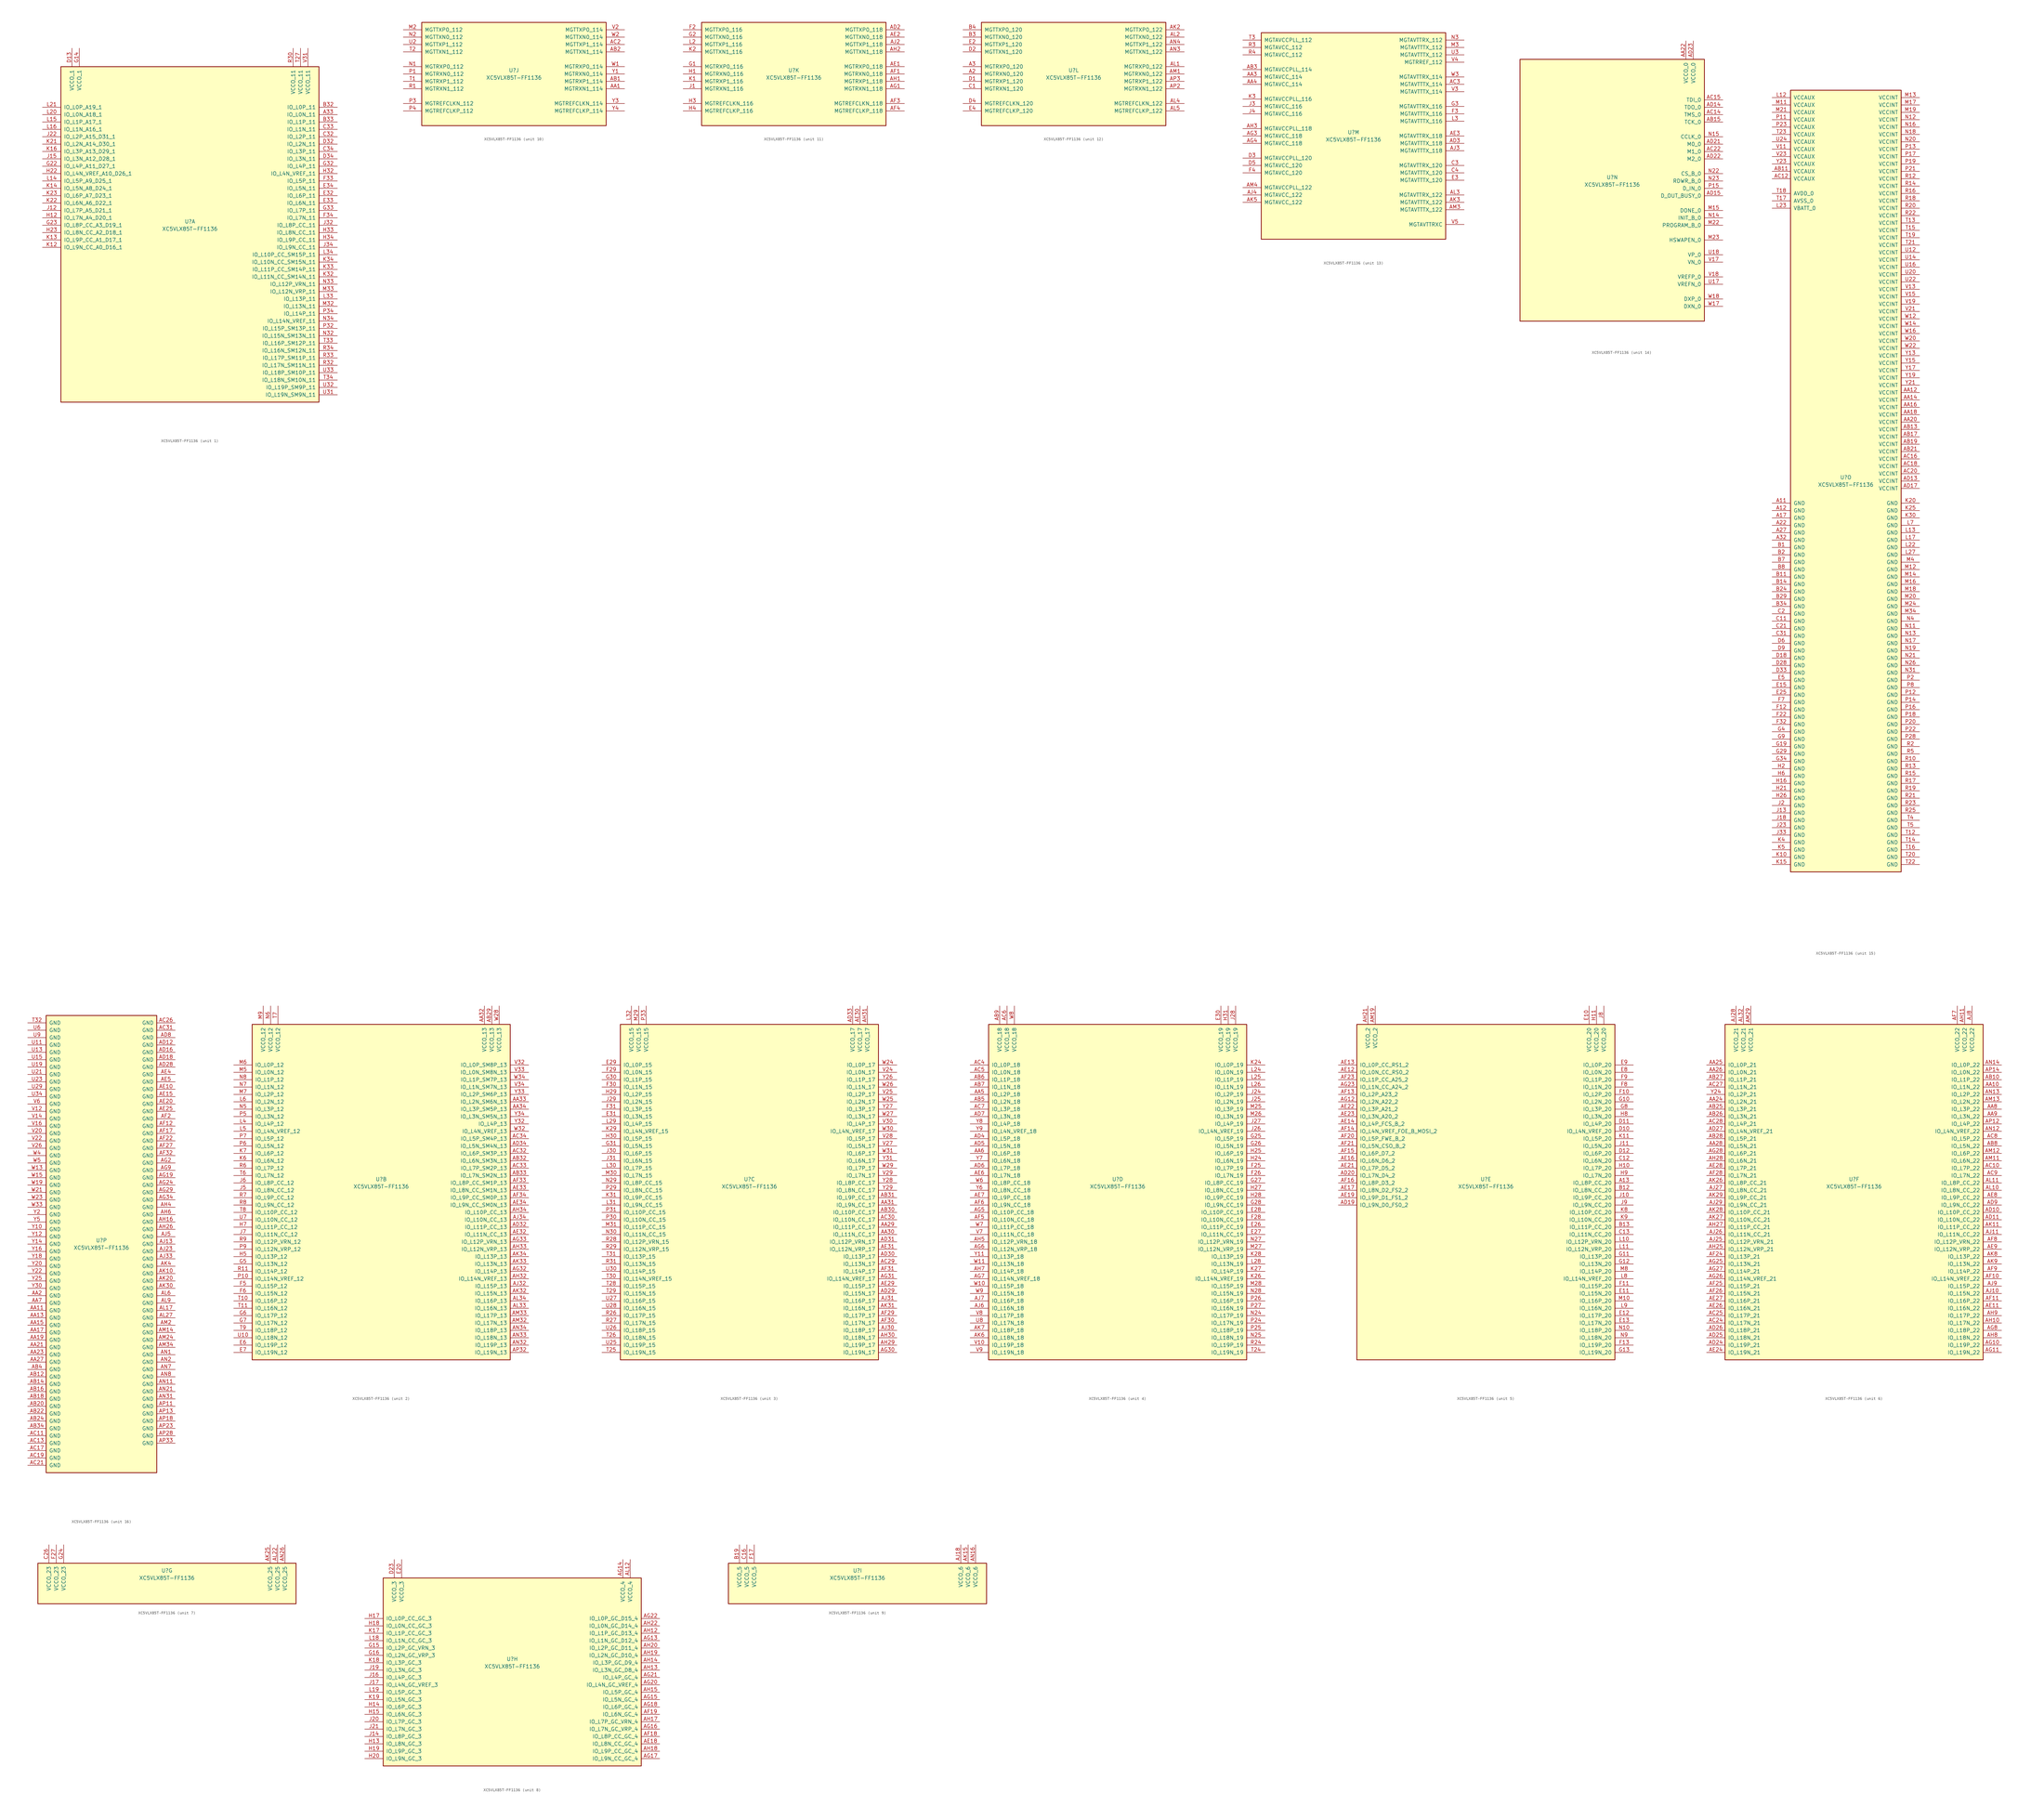
<source format=kicad_sym>
(kicad_symbol_lib
  (version 20211014)
  (generator kicad_symbol_editor)
  (symbol "XC5VLX85T-FF1136"
    (pin_names
      (offset 1.016))
    (property "Reference" "U"
      (at 0 1.27 0)
      (effects (font (size 1.27 1.27))))
    (property "Value" "XC5VLX85T-FF1136"
      (at 0 -1.27 0)
      (effects (font (size 1.27 1.27))))
    (property "Datasheet" ""
      (at 0 0 0)
      (effects (font (size 1.27 1.27))))
    (property "ki_locked" ""
      (at 0 0 0)
      (effects (font (size 1.27 1.27))))
    (symbol "XC5VLX85T-FF1136_1_1"
      (rectangle (start -44.45 54.61) (end 44.45 -60.96) (stroke (width 0.254) (type default) (color 0 0 0 0)) (fill (type background)))
      (pin bidirectional line (at 50.8 38.1 180) (length 6.35) (name "IO_L0N_11" (effects (font (size 1.27 1.27)))) (number "A33" (effects (font (size 1.27 1.27)))))
      (pin bidirectional line (at 50.8 40.64 180) (length 6.35) (name "IO_L0P_11" (effects (font (size 1.27 1.27)))) (number "B32" (effects (font (size 1.27 1.27)))))
      (pin bidirectional line (at 50.8 35.56 180) (length 6.35) (name "IO_L1P_11" (effects (font (size 1.27 1.27)))) (number "B33" (effects (font (size 1.27 1.27)))))
      (pin bidirectional line (at 50.8 30.48 180) (length 6.35) (name "IO_L2P_11" (effects (font (size 1.27 1.27)))) (number "C32" (effects (font (size 1.27 1.27)))))
      (pin bidirectional line (at 50.8 33.02 180) (length 6.35) (name "IO_L1N_11" (effects (font (size 1.27 1.27)))) (number "C33" (effects (font (size 1.27 1.27)))))
      (pin bidirectional line (at 50.8 25.4 180) (length 6.35) (name "IO_L3P_11" (effects (font (size 1.27 1.27)))) (number "C34" (effects (font (size 1.27 1.27)))))
      (pin power_in line (at -40.64 60.96 270) (length 6.35) (name "VCCO_1" (effects (font (size 1.27 1.27)))) (number "D13" (effects (font (size 1.27 1.27)))))
      (pin bidirectional line (at 50.8 27.94 180) (length 6.35) (name "IO_L2N_11" (effects (font (size 1.27 1.27)))) (number "D32" (effects (font (size 1.27 1.27)))))
      (pin bidirectional line (at 50.8 22.86 180) (length 6.35) (name "IO_L3N_11" (effects (font (size 1.27 1.27)))) (number "D34" (effects (font (size 1.27 1.27)))))
      (pin bidirectional line (at 50.8 10.16 180) (length 6.35) (name "IO_L6P_11" (effects (font (size 1.27 1.27)))) (number "E32" (effects (font (size 1.27 1.27)))))
      (pin bidirectional line (at 50.8 7.62 180) (length 6.35) (name "IO_L6N_11" (effects (font (size 1.27 1.27)))) (number "E33" (effects (font (size 1.27 1.27)))))
      (pin bidirectional line (at 50.8 12.7 180) (length 6.35) (name "IO_L5N_11" (effects (font (size 1.27 1.27)))) (number "E34" (effects (font (size 1.27 1.27)))))
      (pin bidirectional line (at 50.8 15.24 180) (length 6.35) (name "IO_L5P_11" (effects (font (size 1.27 1.27)))) (number "F33" (effects (font (size 1.27 1.27)))))
      (pin bidirectional line (at 50.8 2.54 180) (length 6.35) (name "IO_L7N_11" (effects (font (size 1.27 1.27)))) (number "F34" (effects (font (size 1.27 1.27)))))
      (pin power_in line (at -38.1 60.96 270) (length 6.35) (name "VCCO_1" (effects (font (size 1.27 1.27)))) (number "G14" (effects (font (size 1.27 1.27)))))
      (pin bidirectional line (at -50.8 20.32 0) (length 6.35) (name "IO_L4P_A11_D27_1" (effects (font (size 1.27 1.27)))) (number "G22" (effects (font (size 1.27 1.27)))))
      (pin bidirectional line (at -50.8 0 0) (length 6.35) (name "IO_L8P_CC_A3_D19_1" (effects (font (size 1.27 1.27)))) (number "G23" (effects (font (size 1.27 1.27)))))
      (pin bidirectional line (at 50.8 20.32 180) (length 6.35) (name "IO_L4P_11" (effects (font (size 1.27 1.27)))) (number "G32" (effects (font (size 1.27 1.27)))))
      (pin bidirectional line (at 50.8 5.08 180) (length 6.35) (name "IO_L7P_11" (effects (font (size 1.27 1.27)))) (number "G33" (effects (font (size 1.27 1.27)))))
      (pin bidirectional line (at -50.8 2.54 0) (length 6.35) (name "IO_L7N_A4_D20_1" (effects (font (size 1.27 1.27)))) (number "H12" (effects (font (size 1.27 1.27)))))
      (pin bidirectional line (at -50.8 17.78 0) (length 6.35) (name "IO_L4N_VREF_A10_D26_1" (effects (font (size 1.27 1.27)))) (number "H22" (effects (font (size 1.27 1.27)))))
      (pin bidirectional line (at -50.8 -2.54 0) (length 6.35) (name "IO_L8N_CC_A2_D18_1" (effects (font (size 1.27 1.27)))) (number "H23" (effects (font (size 1.27 1.27)))))
      (pin bidirectional line (at 50.8 17.78 180) (length 6.35) (name "IO_L4N_VREF_11" (effects (font (size 1.27 1.27)))) (number "H32" (effects (font (size 1.27 1.27)))))
      (pin bidirectional line (at 50.8 -2.54 180) (length 6.35) (name "IO_L8N_CC_11" (effects (font (size 1.27 1.27)))) (number "H33" (effects (font (size 1.27 1.27)))))
      (pin bidirectional line (at 50.8 -5.08 180) (length 6.35) (name "IO_L9P_CC_11" (effects (font (size 1.27 1.27)))) (number "H34" (effects (font (size 1.27 1.27)))))
      (pin bidirectional line (at -50.8 5.08 0) (length 6.35) (name "IO_L7P_A5_D21_1" (effects (font (size 1.27 1.27)))) (number "J12" (effects (font (size 1.27 1.27)))))
      (pin bidirectional line (at -50.8 22.86 0) (length 6.35) (name "IO_L3N_A12_D28_1" (effects (font (size 1.27 1.27)))) (number "J15" (effects (font (size 1.27 1.27)))))
      (pin bidirectional line (at -50.8 30.48 0) (length 6.35) (name "IO_L2P_A15_D31_1" (effects (font (size 1.27 1.27)))) (number "J22" (effects (font (size 1.27 1.27)))))
      (pin bidirectional line (at 50.8 0 180) (length 6.35) (name "IO_L8P_CC_11" (effects (font (size 1.27 1.27)))) (number "J32" (effects (font (size 1.27 1.27)))))
      (pin bidirectional line (at 50.8 -7.62 180) (length 6.35) (name "IO_L9N_CC_11" (effects (font (size 1.27 1.27)))) (number "J34" (effects (font (size 1.27 1.27)))))
      (pin bidirectional line (at -50.8 -7.62 0) (length 6.35) (name "IO_L9N_CC_A0_D16_1" (effects (font (size 1.27 1.27)))) (number "K12" (effects (font (size 1.27 1.27)))))
      (pin bidirectional line (at -50.8 -5.08 0) (length 6.35) (name "IO_L9P_CC_A1_D17_1" (effects (font (size 1.27 1.27)))) (number "K13" (effects (font (size 1.27 1.27)))))
      (pin bidirectional line (at -50.8 12.7 0) (length 6.35) (name "IO_L5N_A8_D24_1" (effects (font (size 1.27 1.27)))) (number "K14" (effects (font (size 1.27 1.27)))))
      (pin bidirectional line (at -50.8 25.4 0) (length 6.35) (name "IO_L3P_A13_D29_1" (effects (font (size 1.27 1.27)))) (number "K16" (effects (font (size 1.27 1.27)))))
      (pin bidirectional line (at -50.8 27.94 0) (length 6.35) (name "IO_L2N_A14_D30_1" (effects (font (size 1.27 1.27)))) (number "K21" (effects (font (size 1.27 1.27)))))
      (pin bidirectional line (at -50.8 7.62 0) (length 6.35) (name "IO_L6N_A6_D22_1" (effects (font (size 1.27 1.27)))) (number "K22" (effects (font (size 1.27 1.27)))))
      (pin bidirectional line (at -50.8 10.16 0) (length 6.35) (name "IO_L6P_A7_D23_1" (effects (font (size 1.27 1.27)))) (number "K23" (effects (font (size 1.27 1.27)))))
      (pin bidirectional line (at 50.8 -17.78 180) (length 6.35) (name "IO_L11N_CC_SM14N_11" (effects (font (size 1.27 1.27)))) (number "K32" (effects (font (size 1.27 1.27)))))
      (pin bidirectional line (at 50.8 -15.24 180) (length 6.35) (name "IO_L11P_CC_SM14P_11" (effects (font (size 1.27 1.27)))) (number "K33" (effects (font (size 1.27 1.27)))))
      (pin bidirectional line (at 50.8 -12.7 180) (length 6.35) (name "IO_L10N_CC_SM15N_11" (effects (font (size 1.27 1.27)))) (number "K34" (effects (font (size 1.27 1.27)))))
      (pin bidirectional line (at -50.8 15.24 0) (length 6.35) (name "IO_L5P_A9_D25_1" (effects (font (size 1.27 1.27)))) (number "L14" (effects (font (size 1.27 1.27)))))
      (pin bidirectional line (at -50.8 35.56 0) (length 6.35) (name "IO_L1P_A17_1" (effects (font (size 1.27 1.27)))) (number "L15" (effects (font (size 1.27 1.27)))))
      (pin bidirectional line (at -50.8 33.02 0) (length 6.35) (name "IO_L1N_A16_1" (effects (font (size 1.27 1.27)))) (number "L16" (effects (font (size 1.27 1.27)))))
      (pin bidirectional line (at -50.8 38.1 0) (length 6.35) (name "IO_L0N_A18_1" (effects (font (size 1.27 1.27)))) (number "L20" (effects (font (size 1.27 1.27)))))
      (pin bidirectional line (at -50.8 40.64 0) (length 6.35) (name "IO_L0P_A19_1" (effects (font (size 1.27 1.27)))) (number "L21" (effects (font (size 1.27 1.27)))))
      (pin bidirectional line (at 50.8 -25.4 180) (length 6.35) (name "IO_L13P_11" (effects (font (size 1.27 1.27)))) (number "L33" (effects (font (size 1.27 1.27)))))
      (pin bidirectional line (at 50.8 -10.16 180) (length 6.35) (name "IO_L10P_CC_SM15P_11" (effects (font (size 1.27 1.27)))) (number "L34" (effects (font (size 1.27 1.27)))))
      (pin bidirectional line (at 50.8 -27.94 180) (length 6.35) (name "IO_L13N_11" (effects (font (size 1.27 1.27)))) (number "M32" (effects (font (size 1.27 1.27)))))
      (pin bidirectional line (at 50.8 -22.86 180) (length 6.35) (name "IO_L12N_VRP_11" (effects (font (size 1.27 1.27)))) (number "M33" (effects (font (size 1.27 1.27)))))
      (pin bidirectional line (at 50.8 -38.1 180) (length 6.35) (name "IO_L15N_SM13N_11" (effects (font (size 1.27 1.27)))) (number "N32" (effects (font (size 1.27 1.27)))))
      (pin bidirectional line (at 50.8 -20.32 180) (length 6.35) (name "IO_L12P_VRN_11" (effects (font (size 1.27 1.27)))) (number "N33" (effects (font (size 1.27 1.27)))))
      (pin bidirectional line (at 50.8 -33.02 180) (length 6.35) (name "IO_L14N_VREF_11" (effects (font (size 1.27 1.27)))) (number "N34" (effects (font (size 1.27 1.27)))))
      (pin bidirectional line (at 50.8 -35.56 180) (length 6.35) (name "IO_L15P_SM13P_11" (effects (font (size 1.27 1.27)))) (number "P32" (effects (font (size 1.27 1.27)))))
      (pin bidirectional line (at 50.8 -30.48 180) (length 6.35) (name "IO_L14P_11" (effects (font (size 1.27 1.27)))) (number "P34" (effects (font (size 1.27 1.27)))))
      (pin power_in line (at 35.56 60.96 270) (length 6.35) (name "VCCO_11" (effects (font (size 1.27 1.27)))) (number "R30" (effects (font (size 1.27 1.27)))))
      (pin bidirectional line (at 50.8 -48.26 180) (length 6.35) (name "IO_L17N_SM11N_11" (effects (font (size 1.27 1.27)))) (number "R32" (effects (font (size 1.27 1.27)))))
      (pin bidirectional line (at 50.8 -45.72 180) (length 6.35) (name "IO_L17P_SM11P_11" (effects (font (size 1.27 1.27)))) (number "R33" (effects (font (size 1.27 1.27)))))
      (pin bidirectional line (at 50.8 -43.18 180) (length 6.35) (name "IO_L16N_SM12N_11" (effects (font (size 1.27 1.27)))) (number "R34" (effects (font (size 1.27 1.27)))))
      (pin power_in line (at 38.1 60.96 270) (length 6.35) (name "VCCO_11" (effects (font (size 1.27 1.27)))) (number "T27" (effects (font (size 1.27 1.27)))))
      (pin bidirectional line (at 50.8 -40.64 180) (length 6.35) (name "IO_L16P_SM12P_11" (effects (font (size 1.27 1.27)))) (number "T33" (effects (font (size 1.27 1.27)))))
      (pin bidirectional line (at 50.8 -53.34 180) (length 6.35) (name "IO_L18N_SM10N_11" (effects (font (size 1.27 1.27)))) (number "T34" (effects (font (size 1.27 1.27)))))
      (pin bidirectional line (at 50.8 -58.42 180) (length 6.35) (name "IO_L19N_SM9N_11" (effects (font (size 1.27 1.27)))) (number "U31" (effects (font (size 1.27 1.27)))))
      (pin bidirectional line (at 50.8 -55.88 180) (length 6.35) (name "IO_L19P_SM9P_11" (effects (font (size 1.27 1.27)))) (number "U32" (effects (font (size 1.27 1.27)))))
      (pin bidirectional line (at 50.8 -50.8 180) (length 6.35) (name "IO_L18P_SM10P_11" (effects (font (size 1.27 1.27)))) (number "U33" (effects (font (size 1.27 1.27)))))
      (pin power_in line (at 40.64 60.96 270) (length 6.35) (name "VCCO_11" (effects (font (size 1.27 1.27)))) (number "V31" (effects (font (size 1.27 1.27))))))
    (symbol "XC5VLX85T-FF1136_2_1"
      (rectangle (start -44.45 54.61) (end 44.45 -60.96) (stroke (width 0.254) (type default) (color 0 0 0 0)) (fill (type background)))
      (pin power_in line (at 35.56 60.96 270) (length 6.35) (name "VCCO_13" (effects (font (size 1.27 1.27)))) (number "AA32" (effects (font (size 1.27 1.27)))))
      (pin bidirectional line (at 50.8 27.94 180) (length 6.35) (name "IO_L2N_SM6N_13" (effects (font (size 1.27 1.27)))) (number "AA33" (effects (font (size 1.27 1.27)))))
      (pin bidirectional line (at 50.8 25.4 180) (length 6.35) (name "IO_L3P_SM5P_13" (effects (font (size 1.27 1.27)))) (number "AA34" (effects (font (size 1.27 1.27)))))
      (pin power_in line (at 38.1 60.96 270) (length 6.35) (name "VCCO_13" (effects (font (size 1.27 1.27)))) (number "AB29" (effects (font (size 1.27 1.27)))))
      (pin bidirectional line (at 50.8 7.62 180) (length 6.35) (name "IO_L6N_SM3N_13" (effects (font (size 1.27 1.27)))) (number "AB32" (effects (font (size 1.27 1.27)))))
      (pin bidirectional line (at 50.8 2.54 180) (length 6.35) (name "IO_L7N_SM2N_13" (effects (font (size 1.27 1.27)))) (number "AB33" (effects (font (size 1.27 1.27)))))
      (pin bidirectional line (at 50.8 10.16 180) (length 6.35) (name "IO_L6P_SM3P_13" (effects (font (size 1.27 1.27)))) (number "AC32" (effects (font (size 1.27 1.27)))))
      (pin bidirectional line (at 50.8 5.08 180) (length 6.35) (name "IO_L7P_SM2P_13" (effects (font (size 1.27 1.27)))) (number "AC33" (effects (font (size 1.27 1.27)))))
      (pin bidirectional line (at 50.8 15.24 180) (length 6.35) (name "IO_L5P_SM4P_13" (effects (font (size 1.27 1.27)))) (number "AC34" (effects (font (size 1.27 1.27)))))
      (pin bidirectional line (at 50.8 -15.24 180) (length 6.35) (name "IO_L11P_CC_13" (effects (font (size 1.27 1.27)))) (number "AD32" (effects (font (size 1.27 1.27)))))
      (pin bidirectional line (at 50.8 12.7 180) (length 6.35) (name "IO_L5N_SM4N_13" (effects (font (size 1.27 1.27)))) (number "AD34" (effects (font (size 1.27 1.27)))))
      (pin bidirectional line (at 50.8 -17.78 180) (length 6.35) (name "IO_L11N_CC_13" (effects (font (size 1.27 1.27)))) (number "AE32" (effects (font (size 1.27 1.27)))))
      (pin bidirectional line (at 50.8 -2.54 180) (length 6.35) (name "IO_L8N_CC_SM1N_13" (effects (font (size 1.27 1.27)))) (number "AE33" (effects (font (size 1.27 1.27)))))
      (pin bidirectional line (at 50.8 -7.62 180) (length 6.35) (name "IO_L9N_CC_SM0N_13" (effects (font (size 1.27 1.27)))) (number "AE34" (effects (font (size 1.27 1.27)))))
      (pin bidirectional line (at 50.8 0 180) (length 6.35) (name "IO_L8P_CC_SM1P_13" (effects (font (size 1.27 1.27)))) (number "AF33" (effects (font (size 1.27 1.27)))))
      (pin bidirectional line (at 50.8 -5.08 180) (length 6.35) (name "IO_L9P_CC_SM0P_13" (effects (font (size 1.27 1.27)))) (number "AF34" (effects (font (size 1.27 1.27)))))
      (pin bidirectional line (at 50.8 -30.48 180) (length 6.35) (name "IO_L14P_13" (effects (font (size 1.27 1.27)))) (number "AG32" (effects (font (size 1.27 1.27)))))
      (pin bidirectional line (at 50.8 -20.32 180) (length 6.35) (name "IO_L12P_VRN_13" (effects (font (size 1.27 1.27)))) (number "AG33" (effects (font (size 1.27 1.27)))))
      (pin bidirectional line (at 50.8 -33.02 180) (length 6.35) (name "IO_L14N_VREF_13" (effects (font (size 1.27 1.27)))) (number "AH32" (effects (font (size 1.27 1.27)))))
      (pin bidirectional line (at 50.8 -22.86 180) (length 6.35) (name "IO_L12N_VRP_13" (effects (font (size 1.27 1.27)))) (number "AH33" (effects (font (size 1.27 1.27)))))
      (pin bidirectional line (at 50.8 -10.16 180) (length 6.35) (name "IO_L10P_CC_13" (effects (font (size 1.27 1.27)))) (number "AH34" (effects (font (size 1.27 1.27)))))
      (pin bidirectional line (at 50.8 -35.56 180) (length 6.35) (name "IO_L15P_13" (effects (font (size 1.27 1.27)))) (number "AJ32" (effects (font (size 1.27 1.27)))))
      (pin bidirectional line (at 50.8 -12.7 180) (length 6.35) (name "IO_L10N_CC_13" (effects (font (size 1.27 1.27)))) (number "AJ34" (effects (font (size 1.27 1.27)))))
      (pin bidirectional line (at 50.8 -38.1 180) (length 6.35) (name "IO_L15N_13" (effects (font (size 1.27 1.27)))) (number "AK32" (effects (font (size 1.27 1.27)))))
      (pin bidirectional line (at 50.8 -27.94 180) (length 6.35) (name "IO_L13N_13" (effects (font (size 1.27 1.27)))) (number "AK33" (effects (font (size 1.27 1.27)))))
      (pin bidirectional line (at 50.8 -25.4 180) (length 6.35) (name "IO_L13P_13" (effects (font (size 1.27 1.27)))) (number "AK34" (effects (font (size 1.27 1.27)))))
      (pin bidirectional line (at 50.8 -43.18 180) (length 6.35) (name "IO_L16N_13" (effects (font (size 1.27 1.27)))) (number "AL33" (effects (font (size 1.27 1.27)))))
      (pin bidirectional line (at 50.8 -40.64 180) (length 6.35) (name "IO_L16P_13" (effects (font (size 1.27 1.27)))) (number "AL34" (effects (font (size 1.27 1.27)))))
      (pin bidirectional line (at 50.8 -48.26 180) (length 6.35) (name "IO_L17N_13" (effects (font (size 1.27 1.27)))) (number "AM32" (effects (font (size 1.27 1.27)))))
      (pin bidirectional line (at 50.8 -45.72 180) (length 6.35) (name "IO_L17P_13" (effects (font (size 1.27 1.27)))) (number "AM33" (effects (font (size 1.27 1.27)))))
      (pin bidirectional line (at 50.8 -55.88 180) (length 6.35) (name "IO_L19P_13" (effects (font (size 1.27 1.27)))) (number "AN32" (effects (font (size 1.27 1.27)))))
      (pin bidirectional line (at 50.8 -53.34 180) (length 6.35) (name "IO_L18N_13" (effects (font (size 1.27 1.27)))) (number "AN33" (effects (font (size 1.27 1.27)))))
      (pin bidirectional line (at 50.8 -50.8 180) (length 6.35) (name "IO_L18P_13" (effects (font (size 1.27 1.27)))) (number "AN34" (effects (font (size 1.27 1.27)))))
      (pin bidirectional line (at 50.8 -58.42 180) (length 6.35) (name "IO_L19N_13" (effects (font (size 1.27 1.27)))) (number "AP32" (effects (font (size 1.27 1.27)))))
      (pin bidirectional line (at -50.8 -55.88 0) (length 6.35) (name "IO_L19P_12" (effects (font (size 1.27 1.27)))) (number "E6" (effects (font (size 1.27 1.27)))))
      (pin bidirectional line (at -50.8 -58.42 0) (length 6.35) (name "IO_L19N_12" (effects (font (size 1.27 1.27)))) (number "E7" (effects (font (size 1.27 1.27)))))
      (pin bidirectional line (at -50.8 -35.56 0) (length 6.35) (name "IO_L15P_12" (effects (font (size 1.27 1.27)))) (number "F5" (effects (font (size 1.27 1.27)))))
      (pin bidirectional line (at -50.8 -38.1 0) (length 6.35) (name "IO_L15N_12" (effects (font (size 1.27 1.27)))) (number "F6" (effects (font (size 1.27 1.27)))))
      (pin bidirectional line (at -50.8 -27.94 0) (length 6.35) (name "IO_L13N_12" (effects (font (size 1.27 1.27)))) (number "G5" (effects (font (size 1.27 1.27)))))
      (pin bidirectional line (at -50.8 -45.72 0) (length 6.35) (name "IO_L17P_12" (effects (font (size 1.27 1.27)))) (number "G6" (effects (font (size 1.27 1.27)))))
      (pin bidirectional line (at -50.8 -48.26 0) (length 6.35) (name "IO_L17N_12" (effects (font (size 1.27 1.27)))) (number "G7" (effects (font (size 1.27 1.27)))))
      (pin bidirectional line (at -50.8 -25.4 0) (length 6.35) (name "IO_L13P_12" (effects (font (size 1.27 1.27)))) (number "H5" (effects (font (size 1.27 1.27)))))
      (pin bidirectional line (at -50.8 -15.24 0) (length 6.35) (name "IO_L11P_CC_12" (effects (font (size 1.27 1.27)))) (number "H7" (effects (font (size 1.27 1.27)))))
      (pin bidirectional line (at -50.8 -2.54 0) (length 6.35) (name "IO_L8N_CC_12" (effects (font (size 1.27 1.27)))) (number "J5" (effects (font (size 1.27 1.27)))))
      (pin bidirectional line (at -50.8 0 0) (length 6.35) (name "IO_L8P_CC_12" (effects (font (size 1.27 1.27)))) (number "J6" (effects (font (size 1.27 1.27)))))
      (pin bidirectional line (at -50.8 -17.78 0) (length 6.35) (name "IO_L11N_CC_12" (effects (font (size 1.27 1.27)))) (number "J7" (effects (font (size 1.27 1.27)))))
      (pin bidirectional line (at -50.8 7.62 0) (length 6.35) (name "IO_L6N_12" (effects (font (size 1.27 1.27)))) (number "K6" (effects (font (size 1.27 1.27)))))
      (pin bidirectional line (at -50.8 10.16 0) (length 6.35) (name "IO_L6P_12" (effects (font (size 1.27 1.27)))) (number "K7" (effects (font (size 1.27 1.27)))))
      (pin bidirectional line (at -50.8 20.32 0) (length 6.35) (name "IO_L4P_12" (effects (font (size 1.27 1.27)))) (number "L4" (effects (font (size 1.27 1.27)))))
      (pin bidirectional line (at -50.8 17.78 0) (length 6.35) (name "IO_L4N_VREF_12" (effects (font (size 1.27 1.27)))) (number "L5" (effects (font (size 1.27 1.27)))))
      (pin bidirectional line (at -50.8 27.94 0) (length 6.35) (name "IO_L2N_12" (effects (font (size 1.27 1.27)))) (number "L6" (effects (font (size 1.27 1.27)))))
      (pin bidirectional line (at -50.8 38.1 0) (length 6.35) (name "IO_L0N_12" (effects (font (size 1.27 1.27)))) (number "M5" (effects (font (size 1.27 1.27)))))
      (pin bidirectional line (at -50.8 40.64 0) (length 6.35) (name "IO_L0P_12" (effects (font (size 1.27 1.27)))) (number "M6" (effects (font (size 1.27 1.27)))))
      (pin bidirectional line (at -50.8 30.48 0) (length 6.35) (name "IO_L2P_12" (effects (font (size 1.27 1.27)))) (number "M7" (effects (font (size 1.27 1.27)))))
      (pin power_in line (at -40.64 60.96 270) (length 6.35) (name "VCCO_12" (effects (font (size 1.27 1.27)))) (number "M9" (effects (font (size 1.27 1.27)))))
      (pin bidirectional line (at -50.8 25.4 0) (length 6.35) (name "IO_L3P_12" (effects (font (size 1.27 1.27)))) (number "N5" (effects (font (size 1.27 1.27)))))
      (pin power_in line (at -38.1 60.96 270) (length 6.35) (name "VCCO_12" (effects (font (size 1.27 1.27)))) (number "N6" (effects (font (size 1.27 1.27)))))
      (pin bidirectional line (at -50.8 33.02 0) (length 6.35) (name "IO_L1N_12" (effects (font (size 1.27 1.27)))) (number "N7" (effects (font (size 1.27 1.27)))))
      (pin bidirectional line (at -50.8 35.56 0) (length 6.35) (name "IO_L1P_12" (effects (font (size 1.27 1.27)))) (number "N8" (effects (font (size 1.27 1.27)))))
      (pin bidirectional line (at -50.8 -33.02 0) (length 6.35) (name "IO_L14N_VREF_12" (effects (font (size 1.27 1.27)))) (number "P10" (effects (font (size 1.27 1.27)))))
      (pin bidirectional line (at -50.8 22.86 0) (length 6.35) (name "IO_L3N_12" (effects (font (size 1.27 1.27)))) (number "P5" (effects (font (size 1.27 1.27)))))
      (pin bidirectional line (at -50.8 12.7 0) (length 6.35) (name "IO_L5N_12" (effects (font (size 1.27 1.27)))) (number "P6" (effects (font (size 1.27 1.27)))))
      (pin bidirectional line (at -50.8 15.24 0) (length 6.35) (name "IO_L5P_12" (effects (font (size 1.27 1.27)))) (number "P7" (effects (font (size 1.27 1.27)))))
      (pin bidirectional line (at -50.8 -22.86 0) (length 6.35) (name "IO_L12N_VRP_12" (effects (font (size 1.27 1.27)))) (number "P9" (effects (font (size 1.27 1.27)))))
      (pin bidirectional line (at -50.8 -30.48 0) (length 6.35) (name "IO_L14P_12" (effects (font (size 1.27 1.27)))) (number "R11" (effects (font (size 1.27 1.27)))))
      (pin bidirectional line (at -50.8 5.08 0) (length 6.35) (name "IO_L7P_12" (effects (font (size 1.27 1.27)))) (number "R6" (effects (font (size 1.27 1.27)))))
      (pin bidirectional line (at -50.8 -5.08 0) (length 6.35) (name "IO_L9P_CC_12" (effects (font (size 1.27 1.27)))) (number "R7" (effects (font (size 1.27 1.27)))))
      (pin bidirectional line (at -50.8 -7.62 0) (length 6.35) (name "IO_L9N_CC_12" (effects (font (size 1.27 1.27)))) (number "R8" (effects (font (size 1.27 1.27)))))
      (pin bidirectional line (at -50.8 -20.32 0) (length 6.35) (name "IO_L12P_VRN_12" (effects (font (size 1.27 1.27)))) (number "R9" (effects (font (size 1.27 1.27)))))
      (pin bidirectional line (at -50.8 -40.64 0) (length 6.35) (name "IO_L16P_12" (effects (font (size 1.27 1.27)))) (number "T10" (effects (font (size 1.27 1.27)))))
      (pin bidirectional line (at -50.8 -43.18 0) (length 6.35) (name "IO_L16N_12" (effects (font (size 1.27 1.27)))) (number "T11" (effects (font (size 1.27 1.27)))))
      (pin bidirectional line (at -50.8 2.54 0) (length 6.35) (name "IO_L7N_12" (effects (font (size 1.27 1.27)))) (number "T6" (effects (font (size 1.27 1.27)))))
      (pin power_in line (at -35.56 60.96 270) (length 6.35) (name "VCCO_12" (effects (font (size 1.27 1.27)))) (number "T7" (effects (font (size 1.27 1.27)))))
      (pin bidirectional line (at -50.8 -10.16 0) (length 6.35) (name "IO_L10P_CC_12" (effects (font (size 1.27 1.27)))) (number "T8" (effects (font (size 1.27 1.27)))))
      (pin bidirectional line (at -50.8 -50.8 0) (length 6.35) (name "IO_L18P_12" (effects (font (size 1.27 1.27)))) (number "T9" (effects (font (size 1.27 1.27)))))
      (pin bidirectional line (at -50.8 -53.34 0) (length 6.35) (name "IO_L18N_12" (effects (font (size 1.27 1.27)))) (number "U10" (effects (font (size 1.27 1.27)))))
      (pin bidirectional line (at -50.8 -12.7 0) (length 6.35) (name "IO_L10N_CC_12" (effects (font (size 1.27 1.27)))) (number "U7" (effects (font (size 1.27 1.27)))))
      (pin bidirectional line (at 50.8 40.64 180) (length 6.35) (name "IO_L0P_SM8P_13" (effects (font (size 1.27 1.27)))) (number "V32" (effects (font (size 1.27 1.27)))))
      (pin bidirectional line (at 50.8 38.1 180) (length 6.35) (name "IO_L0N_SM8N_13" (effects (font (size 1.27 1.27)))) (number "V33" (effects (font (size 1.27 1.27)))))
      (pin bidirectional line (at 50.8 33.02 180) (length 6.35) (name "IO_L1N_SM7N_13" (effects (font (size 1.27 1.27)))) (number "V34" (effects (font (size 1.27 1.27)))))
      (pin power_in line (at 40.64 60.96 270) (length 6.35) (name "VCCO_13" (effects (font (size 1.27 1.27)))) (number "W28" (effects (font (size 1.27 1.27)))))
      (pin bidirectional line (at 50.8 17.78 180) (length 6.35) (name "IO_L4N_VREF_13" (effects (font (size 1.27 1.27)))) (number "W32" (effects (font (size 1.27 1.27)))))
      (pin bidirectional line (at 50.8 35.56 180) (length 6.35) (name "IO_L1P_SM7P_13" (effects (font (size 1.27 1.27)))) (number "W34" (effects (font (size 1.27 1.27)))))
      (pin bidirectional line (at 50.8 20.32 180) (length 6.35) (name "IO_L4P_13" (effects (font (size 1.27 1.27)))) (number "Y32" (effects (font (size 1.27 1.27)))))
      (pin bidirectional line (at 50.8 30.48 180) (length 6.35) (name "IO_L2P_SM6P_13" (effects (font (size 1.27 1.27)))) (number "Y33" (effects (font (size 1.27 1.27)))))
      (pin bidirectional line (at 50.8 22.86 180) (length 6.35) (name "IO_L3N_SM5N_13" (effects (font (size 1.27 1.27)))) (number "Y34" (effects (font (size 1.27 1.27))))))
    (symbol "XC5VLX85T-FF1136_3_1"
      (rectangle (start -44.45 54.61) (end 44.45 -60.96) (stroke (width 0.254) (type default) (color 0 0 0 0)) (fill (type background)))
      (pin bidirectional line (at 50.8 -15.24 180) (length 6.35) (name "IO_L11P_CC_17" (effects (font (size 1.27 1.27)))) (number "AA29" (effects (font (size 1.27 1.27)))))
      (pin bidirectional line (at 50.8 -17.78 180) (length 6.35) (name "IO_L11N_CC_17" (effects (font (size 1.27 1.27)))) (number "AA30" (effects (font (size 1.27 1.27)))))
      (pin bidirectional line (at 50.8 -7.62 180) (length 6.35) (name "IO_L9N_CC_17" (effects (font (size 1.27 1.27)))) (number "AA31" (effects (font (size 1.27 1.27)))))
      (pin bidirectional line (at 50.8 -10.16 180) (length 6.35) (name "IO_L10P_CC_17" (effects (font (size 1.27 1.27)))) (number "AB30" (effects (font (size 1.27 1.27)))))
      (pin bidirectional line (at 50.8 -5.08 180) (length 6.35) (name "IO_L9P_CC_17" (effects (font (size 1.27 1.27)))) (number "AB31" (effects (font (size 1.27 1.27)))))
      (pin bidirectional line (at 50.8 -27.94 180) (length 6.35) (name "IO_L13N_17" (effects (font (size 1.27 1.27)))) (number "AC29" (effects (font (size 1.27 1.27)))))
      (pin bidirectional line (at 50.8 -12.7 180) (length 6.35) (name "IO_L10N_CC_17" (effects (font (size 1.27 1.27)))) (number "AC30" (effects (font (size 1.27 1.27)))))
      (pin bidirectional line (at 50.8 -38.1 180) (length 6.35) (name "IO_L15N_17" (effects (font (size 1.27 1.27)))) (number "AD29" (effects (font (size 1.27 1.27)))))
      (pin bidirectional line (at 50.8 -25.4 180) (length 6.35) (name "IO_L13P_17" (effects (font (size 1.27 1.27)))) (number "AD30" (effects (font (size 1.27 1.27)))))
      (pin bidirectional line (at 50.8 -20.32 180) (length 6.35) (name "IO_L12P_VRN_17" (effects (font (size 1.27 1.27)))) (number "AD31" (effects (font (size 1.27 1.27)))))
      (pin power_in line (at 35.56 60.96 270) (length 6.35) (name "VCCO_17" (effects (font (size 1.27 1.27)))) (number "AD33" (effects (font (size 1.27 1.27)))))
      (pin bidirectional line (at 50.8 -35.56 180) (length 6.35) (name "IO_L15P_17" (effects (font (size 1.27 1.27)))) (number "AE29" (effects (font (size 1.27 1.27)))))
      (pin power_in line (at 38.1 60.96 270) (length 6.35) (name "VCCO_17" (effects (font (size 1.27 1.27)))) (number "AE30" (effects (font (size 1.27 1.27)))))
      (pin bidirectional line (at 50.8 -22.86 180) (length 6.35) (name "IO_L12N_VRP_17" (effects (font (size 1.27 1.27)))) (number "AE31" (effects (font (size 1.27 1.27)))))
      (pin bidirectional line (at 50.8 -45.72 180) (length 6.35) (name "IO_L17P_17" (effects (font (size 1.27 1.27)))) (number "AF29" (effects (font (size 1.27 1.27)))))
      (pin bidirectional line (at 50.8 -48.26 180) (length 6.35) (name "IO_L17N_17" (effects (font (size 1.27 1.27)))) (number "AF30" (effects (font (size 1.27 1.27)))))
      (pin bidirectional line (at 50.8 -30.48 180) (length 6.35) (name "IO_L14P_17" (effects (font (size 1.27 1.27)))) (number "AF31" (effects (font (size 1.27 1.27)))))
      (pin bidirectional line (at 50.8 -58.42 180) (length 6.35) (name "IO_L19N_17" (effects (font (size 1.27 1.27)))) (number "AG30" (effects (font (size 1.27 1.27)))))
      (pin bidirectional line (at 50.8 -33.02 180) (length 6.35) (name "IO_L14N_VREF_17" (effects (font (size 1.27 1.27)))) (number "AG31" (effects (font (size 1.27 1.27)))))
      (pin bidirectional line (at 50.8 -55.88 180) (length 6.35) (name "IO_L19P_17" (effects (font (size 1.27 1.27)))) (number "AH29" (effects (font (size 1.27 1.27)))))
      (pin bidirectional line (at 50.8 -53.34 180) (length 6.35) (name "IO_L18N_17" (effects (font (size 1.27 1.27)))) (number "AH30" (effects (font (size 1.27 1.27)))))
      (pin power_in line (at 40.64 60.96 270) (length 6.35) (name "VCCO_17" (effects (font (size 1.27 1.27)))) (number "AH31" (effects (font (size 1.27 1.27)))))
      (pin bidirectional line (at 50.8 -50.8 180) (length 6.35) (name "IO_L18P_17" (effects (font (size 1.27 1.27)))) (number "AJ30" (effects (font (size 1.27 1.27)))))
      (pin bidirectional line (at 50.8 -40.64 180) (length 6.35) (name "IO_L16P_17" (effects (font (size 1.27 1.27)))) (number "AJ31" (effects (font (size 1.27 1.27)))))
      (pin bidirectional line (at 50.8 -43.18 180) (length 6.35) (name "IO_L16N_17" (effects (font (size 1.27 1.27)))) (number "AK31" (effects (font (size 1.27 1.27)))))
      (pin bidirectional line (at -50.8 40.64 0) (length 6.35) (name "IO_L0P_15" (effects (font (size 1.27 1.27)))) (number "E29" (effects (font (size 1.27 1.27)))))
      (pin bidirectional line (at -50.8 22.86 0) (length 6.35) (name "IO_L3N_15" (effects (font (size 1.27 1.27)))) (number "E31" (effects (font (size 1.27 1.27)))))
      (pin bidirectional line (at -50.8 38.1 0) (length 6.35) (name "IO_L0N_15" (effects (font (size 1.27 1.27)))) (number "F29" (effects (font (size 1.27 1.27)))))
      (pin bidirectional line (at -50.8 33.02 0) (length 6.35) (name "IO_L1N_15" (effects (font (size 1.27 1.27)))) (number "F30" (effects (font (size 1.27 1.27)))))
      (pin bidirectional line (at -50.8 25.4 0) (length 6.35) (name "IO_L3P_15" (effects (font (size 1.27 1.27)))) (number "F31" (effects (font (size 1.27 1.27)))))
      (pin bidirectional line (at -50.8 35.56 0) (length 6.35) (name "IO_L1P_15" (effects (font (size 1.27 1.27)))) (number "G30" (effects (font (size 1.27 1.27)))))
      (pin bidirectional line (at -50.8 12.7 0) (length 6.35) (name "IO_L5N_15" (effects (font (size 1.27 1.27)))) (number "G31" (effects (font (size 1.27 1.27)))))
      (pin bidirectional line (at -50.8 30.48 0) (length 6.35) (name "IO_L2P_15" (effects (font (size 1.27 1.27)))) (number "H29" (effects (font (size 1.27 1.27)))))
      (pin bidirectional line (at -50.8 15.24 0) (length 6.35) (name "IO_L5P_15" (effects (font (size 1.27 1.27)))) (number "H30" (effects (font (size 1.27 1.27)))))
      (pin bidirectional line (at -50.8 27.94 0) (length 6.35) (name "IO_L2N_15" (effects (font (size 1.27 1.27)))) (number "J29" (effects (font (size 1.27 1.27)))))
      (pin bidirectional line (at -50.8 10.16 0) (length 6.35) (name "IO_L6P_15" (effects (font (size 1.27 1.27)))) (number "J30" (effects (font (size 1.27 1.27)))))
      (pin bidirectional line (at -50.8 7.62 0) (length 6.35) (name "IO_L6N_15" (effects (font (size 1.27 1.27)))) (number "J31" (effects (font (size 1.27 1.27)))))
      (pin bidirectional line (at -50.8 17.78 0) (length 6.35) (name "IO_L4N_VREF_15" (effects (font (size 1.27 1.27)))) (number "K29" (effects (font (size 1.27 1.27)))))
      (pin bidirectional line (at -50.8 -5.08 0) (length 6.35) (name "IO_L9P_CC_15" (effects (font (size 1.27 1.27)))) (number "K31" (effects (font (size 1.27 1.27)))))
      (pin bidirectional line (at -50.8 20.32 0) (length 6.35) (name "IO_L4P_15" (effects (font (size 1.27 1.27)))) (number "L29" (effects (font (size 1.27 1.27)))))
      (pin bidirectional line (at -50.8 5.08 0) (length 6.35) (name "IO_L7P_15" (effects (font (size 1.27 1.27)))) (number "L30" (effects (font (size 1.27 1.27)))))
      (pin bidirectional line (at -50.8 -7.62 0) (length 6.35) (name "IO_L9N_CC_15" (effects (font (size 1.27 1.27)))) (number "L31" (effects (font (size 1.27 1.27)))))
      (pin power_in line (at -40.64 60.96 270) (length 6.35) (name "VCCO_15" (effects (font (size 1.27 1.27)))) (number "L32" (effects (font (size 1.27 1.27)))))
      (pin power_in line (at -38.1 60.96 270) (length 6.35) (name "VCCO_15" (effects (font (size 1.27 1.27)))) (number "M29" (effects (font (size 1.27 1.27)))))
      (pin bidirectional line (at -50.8 2.54 0) (length 6.35) (name "IO_L7N_15" (effects (font (size 1.27 1.27)))) (number "M30" (effects (font (size 1.27 1.27)))))
      (pin bidirectional line (at -50.8 -15.24 0) (length 6.35) (name "IO_L11P_CC_15" (effects (font (size 1.27 1.27)))) (number "M31" (effects (font (size 1.27 1.27)))))
      (pin bidirectional line (at -50.8 0 0) (length 6.35) (name "IO_L8P_CC_15" (effects (font (size 1.27 1.27)))) (number "N29" (effects (font (size 1.27 1.27)))))
      (pin bidirectional line (at -50.8 -17.78 0) (length 6.35) (name "IO_L11N_CC_15" (effects (font (size 1.27 1.27)))) (number "N30" (effects (font (size 1.27 1.27)))))
      (pin bidirectional line (at -50.8 -2.54 0) (length 6.35) (name "IO_L8N_CC_15" (effects (font (size 1.27 1.27)))) (number "P29" (effects (font (size 1.27 1.27)))))
      (pin bidirectional line (at -50.8 -12.7 0) (length 6.35) (name "IO_L10N_CC_15" (effects (font (size 1.27 1.27)))) (number "P30" (effects (font (size 1.27 1.27)))))
      (pin bidirectional line (at -50.8 -10.16 0) (length 6.35) (name "IO_L10P_CC_15" (effects (font (size 1.27 1.27)))) (number "P31" (effects (font (size 1.27 1.27)))))
      (pin power_in line (at -35.56 60.96 270) (length 6.35) (name "VCCO_15" (effects (font (size 1.27 1.27)))) (number "P33" (effects (font (size 1.27 1.27)))))
      (pin bidirectional line (at -50.8 -45.72 0) (length 6.35) (name "IO_L17P_15" (effects (font (size 1.27 1.27)))) (number "R26" (effects (font (size 1.27 1.27)))))
      (pin bidirectional line (at -50.8 -48.26 0) (length 6.35) (name "IO_L17N_15" (effects (font (size 1.27 1.27)))) (number "R27" (effects (font (size 1.27 1.27)))))
      (pin bidirectional line (at -50.8 -20.32 0) (length 6.35) (name "IO_L12P_VRN_15" (effects (font (size 1.27 1.27)))) (number "R28" (effects (font (size 1.27 1.27)))))
      (pin bidirectional line (at -50.8 -22.86 0) (length 6.35) (name "IO_L12N_VRP_15" (effects (font (size 1.27 1.27)))) (number "R29" (effects (font (size 1.27 1.27)))))
      (pin bidirectional line (at -50.8 -27.94 0) (length 6.35) (name "IO_L13N_15" (effects (font (size 1.27 1.27)))) (number "R31" (effects (font (size 1.27 1.27)))))
      (pin bidirectional line (at -50.8 -58.42 0) (length 6.35) (name "IO_L19N_15" (effects (font (size 1.27 1.27)))) (number "T25" (effects (font (size 1.27 1.27)))))
      (pin bidirectional line (at -50.8 -53.34 0) (length 6.35) (name "IO_L18N_15" (effects (font (size 1.27 1.27)))) (number "T26" (effects (font (size 1.27 1.27)))))
      (pin bidirectional line (at -50.8 -35.56 0) (length 6.35) (name "IO_L15P_15" (effects (font (size 1.27 1.27)))) (number "T28" (effects (font (size 1.27 1.27)))))
      (pin bidirectional line (at -50.8 -38.1 0) (length 6.35) (name "IO_L15N_15" (effects (font (size 1.27 1.27)))) (number "T29" (effects (font (size 1.27 1.27)))))
      (pin bidirectional line (at -50.8 -33.02 0) (length 6.35) (name "IO_L14N_VREF_15" (effects (font (size 1.27 1.27)))) (number "T30" (effects (font (size 1.27 1.27)))))
      (pin bidirectional line (at -50.8 -25.4 0) (length 6.35) (name "IO_L13P_15" (effects (font (size 1.27 1.27)))) (number "T31" (effects (font (size 1.27 1.27)))))
      (pin bidirectional line (at -50.8 -55.88 0) (length 6.35) (name "IO_L19P_15" (effects (font (size 1.27 1.27)))) (number "U25" (effects (font (size 1.27 1.27)))))
      (pin bidirectional line (at -50.8 -50.8 0) (length 6.35) (name "IO_L18P_15" (effects (font (size 1.27 1.27)))) (number "U26" (effects (font (size 1.27 1.27)))))
      (pin bidirectional line (at -50.8 -40.64 0) (length 6.35) (name "IO_L16P_15" (effects (font (size 1.27 1.27)))) (number "U27" (effects (font (size 1.27 1.27)))))
      (pin bidirectional line (at -50.8 -43.18 0) (length 6.35) (name "IO_L16N_15" (effects (font (size 1.27 1.27)))) (number "U28" (effects (font (size 1.27 1.27)))))
      (pin bidirectional line (at -50.8 -30.48 0) (length 6.35) (name "IO_L14P_15" (effects (font (size 1.27 1.27)))) (number "U30" (effects (font (size 1.27 1.27)))))
      (pin bidirectional line (at 50.8 38.1 180) (length 6.35) (name "IO_L0N_17" (effects (font (size 1.27 1.27)))) (number "V24" (effects (font (size 1.27 1.27)))))
      (pin bidirectional line (at 50.8 30.48 180) (length 6.35) (name "IO_L2P_17" (effects (font (size 1.27 1.27)))) (number "V25" (effects (font (size 1.27 1.27)))))
      (pin bidirectional line (at 50.8 12.7 180) (length 6.35) (name "IO_L5N_17" (effects (font (size 1.27 1.27)))) (number "V27" (effects (font (size 1.27 1.27)))))
      (pin bidirectional line (at 50.8 15.24 180) (length 6.35) (name "IO_L5P_17" (effects (font (size 1.27 1.27)))) (number "V28" (effects (font (size 1.27 1.27)))))
      (pin bidirectional line (at 50.8 2.54 180) (length 6.35) (name "IO_L7N_17" (effects (font (size 1.27 1.27)))) (number "V29" (effects (font (size 1.27 1.27)))))
      (pin bidirectional line (at 50.8 20.32 180) (length 6.35) (name "IO_L4P_17" (effects (font (size 1.27 1.27)))) (number "V30" (effects (font (size 1.27 1.27)))))
      (pin bidirectional line (at 50.8 40.64 180) (length 6.35) (name "IO_L0P_17" (effects (font (size 1.27 1.27)))) (number "W24" (effects (font (size 1.27 1.27)))))
      (pin bidirectional line (at 50.8 27.94 180) (length 6.35) (name "IO_L2N_17" (effects (font (size 1.27 1.27)))) (number "W25" (effects (font (size 1.27 1.27)))))
      (pin bidirectional line (at 50.8 33.02 180) (length 6.35) (name "IO_L1N_17" (effects (font (size 1.27 1.27)))) (number "W26" (effects (font (size 1.27 1.27)))))
      (pin bidirectional line (at 50.8 22.86 180) (length 6.35) (name "IO_L3N_17" (effects (font (size 1.27 1.27)))) (number "W27" (effects (font (size 1.27 1.27)))))
      (pin bidirectional line (at 50.8 5.08 180) (length 6.35) (name "IO_L7P_17" (effects (font (size 1.27 1.27)))) (number "W29" (effects (font (size 1.27 1.27)))))
      (pin bidirectional line (at 50.8 17.78 180) (length 6.35) (name "IO_L4N_VREF_17" (effects (font (size 1.27 1.27)))) (number "W30" (effects (font (size 1.27 1.27)))))
      (pin bidirectional line (at 50.8 10.16 180) (length 6.35) (name "IO_L6P_17" (effects (font (size 1.27 1.27)))) (number "W31" (effects (font (size 1.27 1.27)))))
      (pin bidirectional line (at 50.8 35.56 180) (length 6.35) (name "IO_L1P_17" (effects (font (size 1.27 1.27)))) (number "Y26" (effects (font (size 1.27 1.27)))))
      (pin bidirectional line (at 50.8 25.4 180) (length 6.35) (name "IO_L3P_17" (effects (font (size 1.27 1.27)))) (number "Y27" (effects (font (size 1.27 1.27)))))
      (pin bidirectional line (at 50.8 0 180) (length 6.35) (name "IO_L8P_CC_17" (effects (font (size 1.27 1.27)))) (number "Y28" (effects (font (size 1.27 1.27)))))
      (pin bidirectional line (at 50.8 -2.54 180) (length 6.35) (name "IO_L8N_CC_17" (effects (font (size 1.27 1.27)))) (number "Y29" (effects (font (size 1.27 1.27)))))
      (pin bidirectional line (at 50.8 7.62 180) (length 6.35) (name "IO_L6N_17" (effects (font (size 1.27 1.27)))) (number "Y31" (effects (font (size 1.27 1.27))))))
    (symbol "XC5VLX85T-FF1136_4_1"
      (rectangle (start -44.45 54.61) (end 44.45 -60.96) (stroke (width 0.254) (type default) (color 0 0 0 0)) (fill (type background)))
      (pin bidirectional line (at -50.8 30.48 0) (length 6.35) (name "IO_L2P_18" (effects (font (size 1.27 1.27)))) (number "AA5" (effects (font (size 1.27 1.27)))))
      (pin bidirectional line (at -50.8 10.16 0) (length 6.35) (name "IO_L6P_18" (effects (font (size 1.27 1.27)))) (number "AA6" (effects (font (size 1.27 1.27)))))
      (pin bidirectional line (at -50.8 27.94 0) (length 6.35) (name "IO_L2N_18" (effects (font (size 1.27 1.27)))) (number "AB5" (effects (font (size 1.27 1.27)))))
      (pin bidirectional line (at -50.8 35.56 0) (length 6.35) (name "IO_L1P_18" (effects (font (size 1.27 1.27)))) (number "AB6" (effects (font (size 1.27 1.27)))))
      (pin bidirectional line (at -50.8 33.02 0) (length 6.35) (name "IO_L1N_18" (effects (font (size 1.27 1.27)))) (number "AB7" (effects (font (size 1.27 1.27)))))
      (pin power_in line (at -40.64 60.96 270) (length 6.35) (name "VCCO_18" (effects (font (size 1.27 1.27)))) (number "AB9" (effects (font (size 1.27 1.27)))))
      (pin bidirectional line (at -50.8 40.64 0) (length 6.35) (name "IO_L0P_18" (effects (font (size 1.27 1.27)))) (number "AC4" (effects (font (size 1.27 1.27)))))
      (pin bidirectional line (at -50.8 38.1 0) (length 6.35) (name "IO_L0N_18" (effects (font (size 1.27 1.27)))) (number "AC5" (effects (font (size 1.27 1.27)))))
      (pin power_in line (at -38.1 60.96 270) (length 6.35) (name "VCCO_18" (effects (font (size 1.27 1.27)))) (number "AC6" (effects (font (size 1.27 1.27)))))
      (pin bidirectional line (at -50.8 25.4 0) (length 6.35) (name "IO_L3P_18" (effects (font (size 1.27 1.27)))) (number "AC7" (effects (font (size 1.27 1.27)))))
      (pin bidirectional line (at -50.8 15.24 0) (length 6.35) (name "IO_L5P_18" (effects (font (size 1.27 1.27)))) (number "AD4" (effects (font (size 1.27 1.27)))))
      (pin bidirectional line (at -50.8 12.7 0) (length 6.35) (name "IO_L5N_18" (effects (font (size 1.27 1.27)))) (number "AD5" (effects (font (size 1.27 1.27)))))
      (pin bidirectional line (at -50.8 5.08 0) (length 6.35) (name "IO_L7P_18" (effects (font (size 1.27 1.27)))) (number "AD6" (effects (font (size 1.27 1.27)))))
      (pin bidirectional line (at -50.8 22.86 0) (length 6.35) (name "IO_L3N_18" (effects (font (size 1.27 1.27)))) (number "AD7" (effects (font (size 1.27 1.27)))))
      (pin bidirectional line (at -50.8 2.54 0) (length 6.35) (name "IO_L7N_18" (effects (font (size 1.27 1.27)))) (number "AE6" (effects (font (size 1.27 1.27)))))
      (pin bidirectional line (at -50.8 -5.08 0) (length 6.35) (name "IO_L9P_CC_18" (effects (font (size 1.27 1.27)))) (number "AE7" (effects (font (size 1.27 1.27)))))
      (pin bidirectional line (at -50.8 -12.7 0) (length 6.35) (name "IO_L10N_CC_18" (effects (font (size 1.27 1.27)))) (number "AF5" (effects (font (size 1.27 1.27)))))
      (pin bidirectional line (at -50.8 -7.62 0) (length 6.35) (name "IO_L9N_CC_18" (effects (font (size 1.27 1.27)))) (number "AF6" (effects (font (size 1.27 1.27)))))
      (pin bidirectional line (at -50.8 -10.16 0) (length 6.35) (name "IO_L10P_CC_18" (effects (font (size 1.27 1.27)))) (number "AG5" (effects (font (size 1.27 1.27)))))
      (pin bidirectional line (at -50.8 -22.86 0) (length 6.35) (name "IO_L12N_VRP_18" (effects (font (size 1.27 1.27)))) (number "AG6" (effects (font (size 1.27 1.27)))))
      (pin bidirectional line (at -50.8 -33.02 0) (length 6.35) (name "IO_L14N_VREF_18" (effects (font (size 1.27 1.27)))) (number "AG7" (effects (font (size 1.27 1.27)))))
      (pin bidirectional line (at -50.8 -20.32 0) (length 6.35) (name "IO_L12P_VRN_18" (effects (font (size 1.27 1.27)))) (number "AH5" (effects (font (size 1.27 1.27)))))
      (pin bidirectional line (at -50.8 -30.48 0) (length 6.35) (name "IO_L14P_18" (effects (font (size 1.27 1.27)))) (number "AH7" (effects (font (size 1.27 1.27)))))
      (pin bidirectional line (at -50.8 -43.18 0) (length 6.35) (name "IO_L16N_18" (effects (font (size 1.27 1.27)))) (number "AJ6" (effects (font (size 1.27 1.27)))))
      (pin bidirectional line (at -50.8 -40.64 0) (length 6.35) (name "IO_L16P_18" (effects (font (size 1.27 1.27)))) (number "AJ7" (effects (font (size 1.27 1.27)))))
      (pin bidirectional line (at -50.8 -53.34 0) (length 6.35) (name "IO_L18N_18" (effects (font (size 1.27 1.27)))) (number "AK6" (effects (font (size 1.27 1.27)))))
      (pin bidirectional line (at -50.8 -50.8 0) (length 6.35) (name "IO_L18P_18" (effects (font (size 1.27 1.27)))) (number "AK7" (effects (font (size 1.27 1.27)))))
      (pin bidirectional line (at 50.8 -15.24 180) (length 6.35) (name "IO_L11P_CC_19" (effects (font (size 1.27 1.27)))) (number "E26" (effects (font (size 1.27 1.27)))))
      (pin bidirectional line (at 50.8 -17.78 180) (length 6.35) (name "IO_L11N_CC_19" (effects (font (size 1.27 1.27)))) (number "E27" (effects (font (size 1.27 1.27)))))
      (pin bidirectional line (at 50.8 -10.16 180) (length 6.35) (name "IO_L10P_CC_19" (effects (font (size 1.27 1.27)))) (number "E28" (effects (font (size 1.27 1.27)))))
      (pin power_in line (at 35.56 60.96 270) (length 6.35) (name "VCCO_19" (effects (font (size 1.27 1.27)))) (number "E30" (effects (font (size 1.27 1.27)))))
      (pin bidirectional line (at 50.8 5.08 180) (length 6.35) (name "IO_L7P_19" (effects (font (size 1.27 1.27)))) (number "F25" (effects (font (size 1.27 1.27)))))
      (pin bidirectional line (at 50.8 2.54 180) (length 6.35) (name "IO_L7N_19" (effects (font (size 1.27 1.27)))) (number "F26" (effects (font (size 1.27 1.27)))))
      (pin bidirectional line (at 50.8 -12.7 180) (length 6.35) (name "IO_L10N_CC_19" (effects (font (size 1.27 1.27)))) (number "F28" (effects (font (size 1.27 1.27)))))
      (pin bidirectional line (at 50.8 15.24 180) (length 6.35) (name "IO_L5P_19" (effects (font (size 1.27 1.27)))) (number "G25" (effects (font (size 1.27 1.27)))))
      (pin bidirectional line (at 50.8 12.7 180) (length 6.35) (name "IO_L5N_19" (effects (font (size 1.27 1.27)))) (number "G26" (effects (font (size 1.27 1.27)))))
      (pin bidirectional line (at 50.8 0 180) (length 6.35) (name "IO_L8P_CC_19" (effects (font (size 1.27 1.27)))) (number "G27" (effects (font (size 1.27 1.27)))))
      (pin bidirectional line (at 50.8 -7.62 180) (length 6.35) (name "IO_L9N_CC_19" (effects (font (size 1.27 1.27)))) (number "G28" (effects (font (size 1.27 1.27)))))
      (pin bidirectional line (at 50.8 7.62 180) (length 6.35) (name "IO_L6N_19" (effects (font (size 1.27 1.27)))) (number "H24" (effects (font (size 1.27 1.27)))))
      (pin bidirectional line (at 50.8 10.16 180) (length 6.35) (name "IO_L6P_19" (effects (font (size 1.27 1.27)))) (number "H25" (effects (font (size 1.27 1.27)))))
      (pin bidirectional line (at 50.8 -2.54 180) (length 6.35) (name "IO_L8N_CC_19" (effects (font (size 1.27 1.27)))) (number "H27" (effects (font (size 1.27 1.27)))))
      (pin bidirectional line (at 50.8 -5.08 180) (length 6.35) (name "IO_L9P_CC_19" (effects (font (size 1.27 1.27)))) (number "H28" (effects (font (size 1.27 1.27)))))
      (pin power_in line (at 38.1 60.96 270) (length 6.35) (name "VCCO_19" (effects (font (size 1.27 1.27)))) (number "H31" (effects (font (size 1.27 1.27)))))
      (pin bidirectional line (at 50.8 30.48 180) (length 6.35) (name "IO_L2P_19" (effects (font (size 1.27 1.27)))) (number "J24" (effects (font (size 1.27 1.27)))))
      (pin bidirectional line (at 50.8 27.94 180) (length 6.35) (name "IO_L2N_19" (effects (font (size 1.27 1.27)))) (number "J25" (effects (font (size 1.27 1.27)))))
      (pin bidirectional line (at 50.8 17.78 180) (length 6.35) (name "IO_L4N_VREF_19" (effects (font (size 1.27 1.27)))) (number "J26" (effects (font (size 1.27 1.27)))))
      (pin bidirectional line (at 50.8 20.32 180) (length 6.35) (name "IO_L4P_19" (effects (font (size 1.27 1.27)))) (number "J27" (effects (font (size 1.27 1.27)))))
      (pin power_in line (at 40.64 60.96 270) (length 6.35) (name "VCCO_19" (effects (font (size 1.27 1.27)))) (number "J28" (effects (font (size 1.27 1.27)))))
      (pin bidirectional line (at 50.8 40.64 180) (length 6.35) (name "IO_L0P_19" (effects (font (size 1.27 1.27)))) (number "K24" (effects (font (size 1.27 1.27)))))
      (pin bidirectional line (at 50.8 -33.02 180) (length 6.35) (name "IO_L14N_VREF_19" (effects (font (size 1.27 1.27)))) (number "K26" (effects (font (size 1.27 1.27)))))
      (pin bidirectional line (at 50.8 -30.48 180) (length 6.35) (name "IO_L14P_19" (effects (font (size 1.27 1.27)))) (number "K27" (effects (font (size 1.27 1.27)))))
      (pin bidirectional line (at 50.8 -25.4 180) (length 6.35) (name "IO_L13P_19" (effects (font (size 1.27 1.27)))) (number "K28" (effects (font (size 1.27 1.27)))))
      (pin bidirectional line (at 50.8 38.1 180) (length 6.35) (name "IO_L0N_19" (effects (font (size 1.27 1.27)))) (number "L24" (effects (font (size 1.27 1.27)))))
      (pin bidirectional line (at 50.8 35.56 180) (length 6.35) (name "IO_L1P_19" (effects (font (size 1.27 1.27)))) (number "L25" (effects (font (size 1.27 1.27)))))
      (pin bidirectional line (at 50.8 33.02 180) (length 6.35) (name "IO_L1N_19" (effects (font (size 1.27 1.27)))) (number "L26" (effects (font (size 1.27 1.27)))))
      (pin bidirectional line (at 50.8 -27.94 180) (length 6.35) (name "IO_L13N_19" (effects (font (size 1.27 1.27)))) (number "L28" (effects (font (size 1.27 1.27)))))
      (pin bidirectional line (at 50.8 25.4 180) (length 6.35) (name "IO_L3P_19" (effects (font (size 1.27 1.27)))) (number "M25" (effects (font (size 1.27 1.27)))))
      (pin bidirectional line (at 50.8 22.86 180) (length 6.35) (name "IO_L3N_19" (effects (font (size 1.27 1.27)))) (number "M26" (effects (font (size 1.27 1.27)))))
      (pin bidirectional line (at 50.8 -22.86 180) (length 6.35) (name "IO_L12N_VRP_19" (effects (font (size 1.27 1.27)))) (number "M27" (effects (font (size 1.27 1.27)))))
      (pin bidirectional line (at 50.8 -35.56 180) (length 6.35) (name "IO_L15P_19" (effects (font (size 1.27 1.27)))) (number "M28" (effects (font (size 1.27 1.27)))))
      (pin bidirectional line (at 50.8 -45.72 180) (length 6.35) (name "IO_L17P_19" (effects (font (size 1.27 1.27)))) (number "N24" (effects (font (size 1.27 1.27)))))
      (pin bidirectional line (at 50.8 -53.34 180) (length 6.35) (name "IO_L18N_19" (effects (font (size 1.27 1.27)))) (number "N25" (effects (font (size 1.27 1.27)))))
      (pin bidirectional line (at 50.8 -20.32 180) (length 6.35) (name "IO_L12P_VRN_19" (effects (font (size 1.27 1.27)))) (number "N27" (effects (font (size 1.27 1.27)))))
      (pin bidirectional line (at 50.8 -38.1 180) (length 6.35) (name "IO_L15N_19" (effects (font (size 1.27 1.27)))) (number "N28" (effects (font (size 1.27 1.27)))))
      (pin bidirectional line (at 50.8 -48.26 180) (length 6.35) (name "IO_L17N_19" (effects (font (size 1.27 1.27)))) (number "P24" (effects (font (size 1.27 1.27)))))
      (pin bidirectional line (at 50.8 -50.8 180) (length 6.35) (name "IO_L18P_19" (effects (font (size 1.27 1.27)))) (number "P25" (effects (font (size 1.27 1.27)))))
      (pin bidirectional line (at 50.8 -40.64 180) (length 6.35) (name "IO_L16P_19" (effects (font (size 1.27 1.27)))) (number "P26" (effects (font (size 1.27 1.27)))))
      (pin bidirectional line (at 50.8 -43.18 180) (length 6.35) (name "IO_L16N_19" (effects (font (size 1.27 1.27)))) (number "P27" (effects (font (size 1.27 1.27)))))
      (pin bidirectional line (at 50.8 -55.88 180) (length 6.35) (name "IO_L19P_19" (effects (font (size 1.27 1.27)))) (number "R24" (effects (font (size 1.27 1.27)))))
      (pin bidirectional line (at 50.8 -58.42 180) (length 6.35) (name "IO_L19N_19" (effects (font (size 1.27 1.27)))) (number "T24" (effects (font (size 1.27 1.27)))))
      (pin bidirectional line (at -50.8 -48.26 0) (length 6.35) (name "IO_L17N_18" (effects (font (size 1.27 1.27)))) (number "U8" (effects (font (size 1.27 1.27)))))
      (pin bidirectional line (at -50.8 -55.88 0) (length 6.35) (name "IO_L19P_18" (effects (font (size 1.27 1.27)))) (number "V10" (effects (font (size 1.27 1.27)))))
      (pin bidirectional line (at -50.8 -17.78 0) (length 6.35) (name "IO_L11N_CC_18" (effects (font (size 1.27 1.27)))) (number "V7" (effects (font (size 1.27 1.27)))))
      (pin bidirectional line (at -50.8 -45.72 0) (length 6.35) (name "IO_L17P_18" (effects (font (size 1.27 1.27)))) (number "V8" (effects (font (size 1.27 1.27)))))
      (pin bidirectional line (at -50.8 -58.42 0) (length 6.35) (name "IO_L19N_18" (effects (font (size 1.27 1.27)))) (number "V9" (effects (font (size 1.27 1.27)))))
      (pin bidirectional line (at -50.8 -35.56 0) (length 6.35) (name "IO_L15P_18" (effects (font (size 1.27 1.27)))) (number "W10" (effects (font (size 1.27 1.27)))))
      (pin bidirectional line (at -50.8 -27.94 0) (length 6.35) (name "IO_L13N_18" (effects (font (size 1.27 1.27)))) (number "W11" (effects (font (size 1.27 1.27)))))
      (pin bidirectional line (at -50.8 0 0) (length 6.35) (name "IO_L8P_CC_18" (effects (font (size 1.27 1.27)))) (number "W6" (effects (font (size 1.27 1.27)))))
      (pin bidirectional line (at -50.8 -15.24 0) (length 6.35) (name "IO_L11P_CC_18" (effects (font (size 1.27 1.27)))) (number "W7" (effects (font (size 1.27 1.27)))))
      (pin power_in line (at -35.56 60.96 270) (length 6.35) (name "VCCO_18" (effects (font (size 1.27 1.27)))) (number "W8" (effects (font (size 1.27 1.27)))))
      (pin bidirectional line (at -50.8 -38.1 0) (length 6.35) (name "IO_L15N_18" (effects (font (size 1.27 1.27)))) (number "W9" (effects (font (size 1.27 1.27)))))
      (pin bidirectional line (at -50.8 -25.4 0) (length 6.35) (name "IO_L13P_18" (effects (font (size 1.27 1.27)))) (number "Y11" (effects (font (size 1.27 1.27)))))
      (pin bidirectional line (at -50.8 -2.54 0) (length 6.35) (name "IO_L8N_CC_18" (effects (font (size 1.27 1.27)))) (number "Y6" (effects (font (size 1.27 1.27)))))
      (pin bidirectional line (at -50.8 7.62 0) (length 6.35) (name "IO_L6N_18" (effects (font (size 1.27 1.27)))) (number "Y7" (effects (font (size 1.27 1.27)))))
      (pin bidirectional line (at -50.8 20.32 0) (length 6.35) (name "IO_L4P_18" (effects (font (size 1.27 1.27)))) (number "Y8" (effects (font (size 1.27 1.27)))))
      (pin bidirectional line (at -50.8 17.78 0) (length 6.35) (name "IO_L4N_VREF_18" (effects (font (size 1.27 1.27)))) (number "Y9" (effects (font (size 1.27 1.27))))))
    (symbol "XC5VLX85T-FF1136_5_1"
      (rectangle (start -44.45 54.61) (end 44.45 -60.96) (stroke (width 0.254) (type default) (color 0 0 0 0)) (fill (type background)))
      (pin bidirectional line (at 50.8 0 180) (length 6.35) (name "IO_L8P_CC_20" (effects (font (size 1.27 1.27)))) (number "A13" (effects (font (size 1.27 1.27)))))
      (pin bidirectional line (at -50.8 -7.62 0) (length 6.35) (name "IO_L9N_D0_FS0_2" (effects (font (size 1.27 1.27)))) (number "AD19" (effects (font (size 1.27 1.27)))))
      (pin bidirectional line (at -50.8 2.54 0) (length 6.35) (name "IO_L7N_D4_2" (effects (font (size 1.27 1.27)))) (number "AD20" (effects (font (size 1.27 1.27)))))
      (pin bidirectional line (at -50.8 38.1 0) (length 6.35) (name "IO_L0N_CC_RS0_2" (effects (font (size 1.27 1.27)))) (number "AE12" (effects (font (size 1.27 1.27)))))
      (pin bidirectional line (at -50.8 40.64 0) (length 6.35) (name "IO_L0P_CC_RS1_2" (effects (font (size 1.27 1.27)))) (number "AE13" (effects (font (size 1.27 1.27)))))
      (pin bidirectional line (at -50.8 20.32 0) (length 6.35) (name "IO_L4P_FCS_B_2" (effects (font (size 1.27 1.27)))) (number "AE14" (effects (font (size 1.27 1.27)))))
      (pin bidirectional line (at -50.8 7.62 0) (length 6.35) (name "IO_L6N_D6_2" (effects (font (size 1.27 1.27)))) (number "AE16" (effects (font (size 1.27 1.27)))))
      (pin bidirectional line (at -50.8 -2.54 0) (length 6.35) (name "IO_L8N_D2_FS2_2" (effects (font (size 1.27 1.27)))) (number "AE17" (effects (font (size 1.27 1.27)))))
      (pin bidirectional line (at -50.8 -5.08 0) (length 6.35) (name "IO_L9P_D1_FS1_2" (effects (font (size 1.27 1.27)))) (number "AE19" (effects (font (size 1.27 1.27)))))
      (pin bidirectional line (at -50.8 5.08 0) (length 6.35) (name "IO_L7P_D5_2" (effects (font (size 1.27 1.27)))) (number "AE21" (effects (font (size 1.27 1.27)))))
      (pin bidirectional line (at -50.8 25.4 0) (length 6.35) (name "IO_L3P_A21_2" (effects (font (size 1.27 1.27)))) (number "AE22" (effects (font (size 1.27 1.27)))))
      (pin bidirectional line (at -50.8 22.86 0) (length 6.35) (name "IO_L3N_A20_2" (effects (font (size 1.27 1.27)))) (number "AE23" (effects (font (size 1.27 1.27)))))
      (pin bidirectional line (at -50.8 30.48 0) (length 6.35) (name "IO_L2P_A23_2" (effects (font (size 1.27 1.27)))) (number "AF13" (effects (font (size 1.27 1.27)))))
      (pin bidirectional line (at -50.8 17.78 0) (length 6.35) (name "IO_L4N_VREF_FOE_B_MOSI_2" (effects (font (size 1.27 1.27)))) (number "AF14" (effects (font (size 1.27 1.27)))))
      (pin bidirectional line (at -50.8 10.16 0) (length 6.35) (name "IO_L6P_D7_2" (effects (font (size 1.27 1.27)))) (number "AF15" (effects (font (size 1.27 1.27)))))
      (pin bidirectional line (at -50.8 0 0) (length 6.35) (name "IO_L8P_D3_2" (effects (font (size 1.27 1.27)))) (number "AF16" (effects (font (size 1.27 1.27)))))
      (pin bidirectional line (at -50.8 15.24 0) (length 6.35) (name "IO_L5P_FWE_B_2" (effects (font (size 1.27 1.27)))) (number "AF20" (effects (font (size 1.27 1.27)))))
      (pin bidirectional line (at -50.8 12.7 0) (length 6.35) (name "IO_L5N_CSO_B_2" (effects (font (size 1.27 1.27)))) (number "AF21" (effects (font (size 1.27 1.27)))))
      (pin bidirectional line (at -50.8 35.56 0) (length 6.35) (name "IO_L1P_CC_A25_2" (effects (font (size 1.27 1.27)))) (number "AF23" (effects (font (size 1.27 1.27)))))
      (pin bidirectional line (at -50.8 27.94 0) (length 6.35) (name "IO_L2N_A22_2" (effects (font (size 1.27 1.27)))) (number "AG12" (effects (font (size 1.27 1.27)))))
      (pin bidirectional line (at -50.8 33.02 0) (length 6.35) (name "IO_L1N_CC_A24_2" (effects (font (size 1.27 1.27)))) (number "AG23" (effects (font (size 1.27 1.27)))))
      (pin power_in line (at -40.64 60.96 270) (length 6.35) (name "VCCO_2" (effects (font (size 1.27 1.27)))) (number "AH21" (effects (font (size 1.27 1.27)))))
      (pin power_in line (at -38.1 60.96 270) (length 6.35) (name "VCCO_2" (effects (font (size 1.27 1.27)))) (number "AM19" (effects (font (size 1.27 1.27)))))
      (pin bidirectional line (at 50.8 -2.54 180) (length 6.35) (name "IO_L8N_CC_20" (effects (font (size 1.27 1.27)))) (number "B12" (effects (font (size 1.27 1.27)))))
      (pin bidirectional line (at 50.8 -15.24 180) (length 6.35) (name "IO_L11P_CC_20" (effects (font (size 1.27 1.27)))) (number "B13" (effects (font (size 1.27 1.27)))))
      (pin bidirectional line (at 50.8 7.62 180) (length 6.35) (name "IO_L6N_20" (effects (font (size 1.27 1.27)))) (number "C12" (effects (font (size 1.27 1.27)))))
      (pin bidirectional line (at 50.8 -17.78 180) (length 6.35) (name "IO_L11N_CC_20" (effects (font (size 1.27 1.27)))) (number "C13" (effects (font (size 1.27 1.27)))))
      (pin bidirectional line (at 50.8 17.78 180) (length 6.35) (name "IO_L4N_VREF_20" (effects (font (size 1.27 1.27)))) (number "D10" (effects (font (size 1.27 1.27)))))
      (pin bidirectional line (at 50.8 20.32 180) (length 6.35) (name "IO_L4P_20" (effects (font (size 1.27 1.27)))) (number "D11" (effects (font (size 1.27 1.27)))))
      (pin bidirectional line (at 50.8 10.16 180) (length 6.35) (name "IO_L6P_20" (effects (font (size 1.27 1.27)))) (number "D12" (effects (font (size 1.27 1.27)))))
      (pin power_in line (at 35.56 60.96 270) (length 6.35) (name "VCCO_20" (effects (font (size 1.27 1.27)))) (number "E10" (effects (font (size 1.27 1.27)))))
      (pin bidirectional line (at 50.8 -38.1 180) (length 6.35) (name "IO_L15N_20" (effects (font (size 1.27 1.27)))) (number "E11" (effects (font (size 1.27 1.27)))))
      (pin bidirectional line (at 50.8 -45.72 180) (length 6.35) (name "IO_L17P_20" (effects (font (size 1.27 1.27)))) (number "E12" (effects (font (size 1.27 1.27)))))
      (pin bidirectional line (at 50.8 -48.26 180) (length 6.35) (name "IO_L17N_20" (effects (font (size 1.27 1.27)))) (number "E13" (effects (font (size 1.27 1.27)))))
      (pin bidirectional line (at 50.8 38.1 180) (length 6.35) (name "IO_L0N_20" (effects (font (size 1.27 1.27)))) (number "E8" (effects (font (size 1.27 1.27)))))
      (pin bidirectional line (at 50.8 40.64 180) (length 6.35) (name "IO_L0P_20" (effects (font (size 1.27 1.27)))) (number "E9" (effects (font (size 1.27 1.27)))))
      (pin bidirectional line (at 50.8 30.48 180) (length 6.35) (name "IO_L2P_20" (effects (font (size 1.27 1.27)))) (number "F10" (effects (font (size 1.27 1.27)))))
      (pin bidirectional line (at 50.8 -35.56 180) (length 6.35) (name "IO_L15P_20" (effects (font (size 1.27 1.27)))) (number "F11" (effects (font (size 1.27 1.27)))))
      (pin bidirectional line (at 50.8 -55.88 180) (length 6.35) (name "IO_L19P_20" (effects (font (size 1.27 1.27)))) (number "F13" (effects (font (size 1.27 1.27)))))
      (pin bidirectional line (at 50.8 33.02 180) (length 6.35) (name "IO_L1N_20" (effects (font (size 1.27 1.27)))) (number "F8" (effects (font (size 1.27 1.27)))))
      (pin bidirectional line (at 50.8 35.56 180) (length 6.35) (name "IO_L1P_20" (effects (font (size 1.27 1.27)))) (number "F9" (effects (font (size 1.27 1.27)))))
      (pin bidirectional line (at 50.8 27.94 180) (length 6.35) (name "IO_L2N_20" (effects (font (size 1.27 1.27)))) (number "G10" (effects (font (size 1.27 1.27)))))
      (pin bidirectional line (at 50.8 -25.4 180) (length 6.35) (name "IO_L13P_20" (effects (font (size 1.27 1.27)))) (number "G11" (effects (font (size 1.27 1.27)))))
      (pin bidirectional line (at 50.8 -27.94 180) (length 6.35) (name "IO_L13N_20" (effects (font (size 1.27 1.27)))) (number "G12" (effects (font (size 1.27 1.27)))))
      (pin bidirectional line (at 50.8 -58.42 180) (length 6.35) (name "IO_L19N_20" (effects (font (size 1.27 1.27)))) (number "G13" (effects (font (size 1.27 1.27)))))
      (pin bidirectional line (at 50.8 25.4 180) (length 6.35) (name "IO_L3P_20" (effects (font (size 1.27 1.27)))) (number "G8" (effects (font (size 1.27 1.27)))))
      (pin bidirectional line (at 50.8 5.08 180) (length 6.35) (name "IO_L7P_20" (effects (font (size 1.27 1.27)))) (number "H10" (effects (font (size 1.27 1.27)))))
      (pin power_in line (at 38.1 60.96 270) (length 6.35) (name "VCCO_20" (effects (font (size 1.27 1.27)))) (number "H11" (effects (font (size 1.27 1.27)))))
      (pin bidirectional line (at 50.8 22.86 180) (length 6.35) (name "IO_L3N_20" (effects (font (size 1.27 1.27)))) (number "H8" (effects (font (size 1.27 1.27)))))
      (pin bidirectional line (at 50.8 2.54 180) (length 6.35) (name "IO_L7N_20" (effects (font (size 1.27 1.27)))) (number "H9" (effects (font (size 1.27 1.27)))))
      (pin bidirectional line (at 50.8 -5.08 180) (length 6.35) (name "IO_L9P_CC_20" (effects (font (size 1.27 1.27)))) (number "J10" (effects (font (size 1.27 1.27)))))
      (pin bidirectional line (at 50.8 12.7 180) (length 6.35) (name "IO_L5N_20" (effects (font (size 1.27 1.27)))) (number "J11" (effects (font (size 1.27 1.27)))))
      (pin power_in line (at 40.64 60.96 270) (length 6.35) (name "VCCO_20" (effects (font (size 1.27 1.27)))) (number "J8" (effects (font (size 1.27 1.27)))))
      (pin bidirectional line (at 50.8 -7.62 180) (length 6.35) (name "IO_L9N_CC_20" (effects (font (size 1.27 1.27)))) (number "J9" (effects (font (size 1.27 1.27)))))
      (pin bidirectional line (at 50.8 15.24 180) (length 6.35) (name "IO_L5P_20" (effects (font (size 1.27 1.27)))) (number "K11" (effects (font (size 1.27 1.27)))))
      (pin bidirectional line (at 50.8 -10.16 180) (length 6.35) (name "IO_L10P_CC_20" (effects (font (size 1.27 1.27)))) (number "K8" (effects (font (size 1.27 1.27)))))
      (pin bidirectional line (at 50.8 -12.7 180) (length 6.35) (name "IO_L10N_CC_20" (effects (font (size 1.27 1.27)))) (number "K9" (effects (font (size 1.27 1.27)))))
      (pin bidirectional line (at 50.8 -20.32 180) (length 6.35) (name "IO_L12P_VRN_20" (effects (font (size 1.27 1.27)))) (number "L10" (effects (font (size 1.27 1.27)))))
      (pin bidirectional line (at 50.8 -22.86 180) (length 6.35) (name "IO_L12N_VRP_20" (effects (font (size 1.27 1.27)))) (number "L11" (effects (font (size 1.27 1.27)))))
      (pin bidirectional line (at 50.8 -33.02 180) (length 6.35) (name "IO_L14N_VREF_20" (effects (font (size 1.27 1.27)))) (number "L8" (effects (font (size 1.27 1.27)))))
      (pin bidirectional line (at 50.8 -43.18 180) (length 6.35) (name "IO_L16N_20" (effects (font (size 1.27 1.27)))) (number "L9" (effects (font (size 1.27 1.27)))))
      (pin bidirectional line (at 50.8 -40.64 180) (length 6.35) (name "IO_L16P_20" (effects (font (size 1.27 1.27)))) (number "M10" (effects (font (size 1.27 1.27)))))
      (pin bidirectional line (at 50.8 -30.48 180) (length 6.35) (name "IO_L14P_20" (effects (font (size 1.27 1.27)))) (number "M8" (effects (font (size 1.27 1.27)))))
      (pin bidirectional line (at 50.8 -50.8 180) (length 6.35) (name "IO_L18P_20" (effects (font (size 1.27 1.27)))) (number "N10" (effects (font (size 1.27 1.27)))))
      (pin bidirectional line (at 50.8 -53.34 180) (length 6.35) (name "IO_L18N_20" (effects (font (size 1.27 1.27)))) (number "N9" (effects (font (size 1.27 1.27))))))
    (symbol "XC5VLX85T-FF1136_6_1"
      (rectangle (start -44.45 54.61) (end 44.45 -60.96) (stroke (width 0.254) (type default) (color 0 0 0 0)) (fill (type background)))
      (pin bidirectional line (at 50.8 33.02 180) (length 6.35) (name "IO_L1N_22" (effects (font (size 1.27 1.27)))) (number "AA10" (effects (font (size 1.27 1.27)))))
      (pin bidirectional line (at -50.8 27.94 0) (length 6.35) (name "IO_L2N_21" (effects (font (size 1.27 1.27)))) (number "AA24" (effects (font (size 1.27 1.27)))))
      (pin bidirectional line (at -50.8 40.64 0) (length 6.35) (name "IO_L0P_21" (effects (font (size 1.27 1.27)))) (number "AA25" (effects (font (size 1.27 1.27)))))
      (pin bidirectional line (at -50.8 38.1 0) (length 6.35) (name "IO_L0N_21" (effects (font (size 1.27 1.27)))) (number "AA26" (effects (font (size 1.27 1.27)))))
      (pin bidirectional line (at -50.8 12.7 0) (length 6.35) (name "IO_L5N_21" (effects (font (size 1.27 1.27)))) (number "AA28" (effects (font (size 1.27 1.27)))))
      (pin bidirectional line (at 50.8 25.4 180) (length 6.35) (name "IO_L3P_22" (effects (font (size 1.27 1.27)))) (number "AA8" (effects (font (size 1.27 1.27)))))
      (pin bidirectional line (at 50.8 22.86 180) (length 6.35) (name "IO_L3N_22" (effects (font (size 1.27 1.27)))) (number "AA9" (effects (font (size 1.27 1.27)))))
      (pin bidirectional line (at 50.8 35.56 180) (length 6.35) (name "IO_L1P_22" (effects (font (size 1.27 1.27)))) (number "AB10" (effects (font (size 1.27 1.27)))))
      (pin bidirectional line (at -50.8 25.4 0) (length 6.35) (name "IO_L3P_21" (effects (font (size 1.27 1.27)))) (number "AB25" (effects (font (size 1.27 1.27)))))
      (pin bidirectional line (at -50.8 22.86 0) (length 6.35) (name "IO_L3N_21" (effects (font (size 1.27 1.27)))) (number "AB26" (effects (font (size 1.27 1.27)))))
      (pin bidirectional line (at -50.8 35.56 0) (length 6.35) (name "IO_L1P_21" (effects (font (size 1.27 1.27)))) (number "AB27" (effects (font (size 1.27 1.27)))))
      (pin bidirectional line (at -50.8 15.24 0) (length 6.35) (name "IO_L5P_21" (effects (font (size 1.27 1.27)))) (number "AB28" (effects (font (size 1.27 1.27)))))
      (pin bidirectional line (at 50.8 12.7 180) (length 6.35) (name "IO_L5N_22" (effects (font (size 1.27 1.27)))) (number "AB8" (effects (font (size 1.27 1.27)))))
      (pin bidirectional line (at 50.8 5.08 180) (length 6.35) (name "IO_L7P_22" (effects (font (size 1.27 1.27)))) (number "AC10" (effects (font (size 1.27 1.27)))))
      (pin bidirectional line (at -50.8 -48.26 0) (length 6.35) (name "IO_L17N_21" (effects (font (size 1.27 1.27)))) (number "AC24" (effects (font (size 1.27 1.27)))))
      (pin bidirectional line (at -50.8 -45.72 0) (length 6.35) (name "IO_L17P_21" (effects (font (size 1.27 1.27)))) (number "AC25" (effects (font (size 1.27 1.27)))))
      (pin bidirectional line (at -50.8 33.02 0) (length 6.35) (name "IO_L1N_21" (effects (font (size 1.27 1.27)))) (number "AC27" (effects (font (size 1.27 1.27)))))
      (pin bidirectional line (at -50.8 20.32 0) (length 6.35) (name "IO_L4P_21" (effects (font (size 1.27 1.27)))) (number "AC28" (effects (font (size 1.27 1.27)))))
      (pin bidirectional line (at 50.8 15.24 180) (length 6.35) (name "IO_L5P_22" (effects (font (size 1.27 1.27)))) (number "AC8" (effects (font (size 1.27 1.27)))))
      (pin bidirectional line (at 50.8 2.54 180) (length 6.35) (name "IO_L7N_22" (effects (font (size 1.27 1.27)))) (number "AC9" (effects (font (size 1.27 1.27)))))
      (pin bidirectional line (at 50.8 -10.16 180) (length 6.35) (name "IO_L10P_CC_22" (effects (font (size 1.27 1.27)))) (number "AD10" (effects (font (size 1.27 1.27)))))
      (pin bidirectional line (at 50.8 -12.7 180) (length 6.35) (name "IO_L10N_CC_22" (effects (font (size 1.27 1.27)))) (number "AD11" (effects (font (size 1.27 1.27)))))
      (pin bidirectional line (at -50.8 -55.88 0) (length 6.35) (name "IO_L19P_21" (effects (font (size 1.27 1.27)))) (number "AD24" (effects (font (size 1.27 1.27)))))
      (pin bidirectional line (at -50.8 -53.34 0) (length 6.35) (name "IO_L18N_21" (effects (font (size 1.27 1.27)))) (number "AD25" (effects (font (size 1.27 1.27)))))
      (pin bidirectional line (at -50.8 -50.8 0) (length 6.35) (name "IO_L18P_21" (effects (font (size 1.27 1.27)))) (number "AD26" (effects (font (size 1.27 1.27)))))
      (pin bidirectional line (at -50.8 17.78 0) (length 6.35) (name "IO_L4N_VREF_21" (effects (font (size 1.27 1.27)))) (number "AD27" (effects (font (size 1.27 1.27)))))
      (pin bidirectional line (at 50.8 -7.62 180) (length 6.35) (name "IO_L9N_CC_22" (effects (font (size 1.27 1.27)))) (number "AD9" (effects (font (size 1.27 1.27)))))
      (pin bidirectional line (at 50.8 -43.18 180) (length 6.35) (name "IO_L16N_22" (effects (font (size 1.27 1.27)))) (number "AE11" (effects (font (size 1.27 1.27)))))
      (pin bidirectional line (at -50.8 -58.42 0) (length 6.35) (name "IO_L19N_21" (effects (font (size 1.27 1.27)))) (number "AE24" (effects (font (size 1.27 1.27)))))
      (pin bidirectional line (at -50.8 -43.18 0) (length 6.35) (name "IO_L16N_21" (effects (font (size 1.27 1.27)))) (number "AE26" (effects (font (size 1.27 1.27)))))
      (pin bidirectional line (at -50.8 -40.64 0) (length 6.35) (name "IO_L16P_21" (effects (font (size 1.27 1.27)))) (number "AE27" (effects (font (size 1.27 1.27)))))
      (pin bidirectional line (at -50.8 5.08 0) (length 6.35) (name "IO_L7P_21" (effects (font (size 1.27 1.27)))) (number "AE28" (effects (font (size 1.27 1.27)))))
      (pin bidirectional line (at 50.8 -5.08 180) (length 6.35) (name "IO_L9P_CC_22" (effects (font (size 1.27 1.27)))) (number "AE8" (effects (font (size 1.27 1.27)))))
      (pin bidirectional line (at 50.8 -22.86 180) (length 6.35) (name "IO_L12N_VRP_22" (effects (font (size 1.27 1.27)))) (number "AE9" (effects (font (size 1.27 1.27)))))
      (pin bidirectional line (at 50.8 -33.02 180) (length 6.35) (name "IO_L14N_VREF_22" (effects (font (size 1.27 1.27)))) (number "AF10" (effects (font (size 1.27 1.27)))))
      (pin bidirectional line (at 50.8 -40.64 180) (length 6.35) (name "IO_L16P_22" (effects (font (size 1.27 1.27)))) (number "AF11" (effects (font (size 1.27 1.27)))))
      (pin bidirectional line (at -50.8 -25.4 0) (length 6.35) (name "IO_L13P_21" (effects (font (size 1.27 1.27)))) (number "AF24" (effects (font (size 1.27 1.27)))))
      (pin bidirectional line (at -50.8 -35.56 0) (length 6.35) (name "IO_L15P_21" (effects (font (size 1.27 1.27)))) (number "AF25" (effects (font (size 1.27 1.27)))))
      (pin bidirectional line (at -50.8 -38.1 0) (length 6.35) (name "IO_L15N_21" (effects (font (size 1.27 1.27)))) (number "AF26" (effects (font (size 1.27 1.27)))))
      (pin bidirectional line (at -50.8 2.54 0) (length 6.35) (name "IO_L7N_21" (effects (font (size 1.27 1.27)))) (number "AF28" (effects (font (size 1.27 1.27)))))
      (pin power_in line (at 35.56 60.96 270) (length 6.35) (name "VCCO_22" (effects (font (size 1.27 1.27)))) (number "AF7" (effects (font (size 1.27 1.27)))))
      (pin bidirectional line (at 50.8 -20.32 180) (length 6.35) (name "IO_L12P_VRN_22" (effects (font (size 1.27 1.27)))) (number "AF8" (effects (font (size 1.27 1.27)))))
      (pin bidirectional line (at 50.8 -30.48 180) (length 6.35) (name "IO_L14P_22" (effects (font (size 1.27 1.27)))) (number "AF9" (effects (font (size 1.27 1.27)))))
      (pin bidirectional line (at 50.8 -55.88 180) (length 6.35) (name "IO_L19P_22" (effects (font (size 1.27 1.27)))) (number "AG10" (effects (font (size 1.27 1.27)))))
      (pin bidirectional line (at 50.8 -58.42 180) (length 6.35) (name "IO_L19N_22" (effects (font (size 1.27 1.27)))) (number "AG11" (effects (font (size 1.27 1.27)))))
      (pin bidirectional line (at -50.8 -27.94 0) (length 6.35) (name "IO_L13N_21" (effects (font (size 1.27 1.27)))) (number "AG25" (effects (font (size 1.27 1.27)))))
      (pin bidirectional line (at -50.8 -33.02 0) (length 6.35) (name "IO_L14N_VREF_21" (effects (font (size 1.27 1.27)))) (number "AG26" (effects (font (size 1.27 1.27)))))
      (pin bidirectional line (at -50.8 -30.48 0) (length 6.35) (name "IO_L14P_21" (effects (font (size 1.27 1.27)))) (number "AG27" (effects (font (size 1.27 1.27)))))
      (pin bidirectional line (at -50.8 10.16 0) (length 6.35) (name "IO_L6P_21" (effects (font (size 1.27 1.27)))) (number "AG28" (effects (font (size 1.27 1.27)))))
      (pin bidirectional line (at 50.8 -50.8 180) (length 6.35) (name "IO_L18P_22" (effects (font (size 1.27 1.27)))) (number "AG8" (effects (font (size 1.27 1.27)))))
      (pin bidirectional line (at 50.8 -48.26 180) (length 6.35) (name "IO_L17N_22" (effects (font (size 1.27 1.27)))) (number "AH10" (effects (font (size 1.27 1.27)))))
      (pin power_in line (at 38.1 60.96 270) (length 6.35) (name "VCCO_22" (effects (font (size 1.27 1.27)))) (number "AH11" (effects (font (size 1.27 1.27)))))
      (pin bidirectional line (at -50.8 -22.86 0) (length 6.35) (name "IO_L12N_VRP_21" (effects (font (size 1.27 1.27)))) (number "AH25" (effects (font (size 1.27 1.27)))))
      (pin bidirectional line (at -50.8 -15.24 0) (length 6.35) (name "IO_L11P_CC_21" (effects (font (size 1.27 1.27)))) (number "AH27" (effects (font (size 1.27 1.27)))))
      (pin bidirectional line (at -50.8 7.62 0) (length 6.35) (name "IO_L6N_21" (effects (font (size 1.27 1.27)))) (number "AH28" (effects (font (size 1.27 1.27)))))
      (pin bidirectional line (at 50.8 -53.34 180) (length 6.35) (name "IO_L18N_22" (effects (font (size 1.27 1.27)))) (number "AH8" (effects (font (size 1.27 1.27)))))
      (pin bidirectional line (at 50.8 -45.72 180) (length 6.35) (name "IO_L17P_22" (effects (font (size 1.27 1.27)))) (number "AH9" (effects (font (size 1.27 1.27)))))
      (pin bidirectional line (at 50.8 -38.1 180) (length 6.35) (name "IO_L15N_22" (effects (font (size 1.27 1.27)))) (number "AJ10" (effects (font (size 1.27 1.27)))))
      (pin bidirectional line (at 50.8 -17.78 180) (length 6.35) (name "IO_L11N_CC_22" (effects (font (size 1.27 1.27)))) (number "AJ11" (effects (font (size 1.27 1.27)))))
      (pin bidirectional line (at -50.8 -20.32 0) (length 6.35) (name "IO_L12P_VRN_21" (effects (font (size 1.27 1.27)))) (number "AJ25" (effects (font (size 1.27 1.27)))))
      (pin bidirectional line (at -50.8 -17.78 0) (length 6.35) (name "IO_L11N_CC_21" (effects (font (size 1.27 1.27)))) (number "AJ26" (effects (font (size 1.27 1.27)))))
      (pin bidirectional line (at -50.8 -2.54 0) (length 6.35) (name "IO_L8N_CC_21" (effects (font (size 1.27 1.27)))) (number "AJ27" (effects (font (size 1.27 1.27)))))
      (pin power_in line (at -40.64 60.96 270) (length 6.35) (name "VCCO_21" (effects (font (size 1.27 1.27)))) (number "AJ28" (effects (font (size 1.27 1.27)))))
      (pin bidirectional line (at -50.8 -7.62 0) (length 6.35) (name "IO_L9N_CC_21" (effects (font (size 1.27 1.27)))) (number "AJ29" (effects (font (size 1.27 1.27)))))
      (pin power_in line (at 40.64 60.96 270) (length 6.35) (name "VCCO_22" (effects (font (size 1.27 1.27)))) (number "AJ8" (effects (font (size 1.27 1.27)))))
      (pin bidirectional line (at 50.8 -35.56 180) (length 6.35) (name "IO_L15P_22" (effects (font (size 1.27 1.27)))) (number "AJ9" (effects (font (size 1.27 1.27)))))
      (pin bidirectional line (at 50.8 -15.24 180) (length 6.35) (name "IO_L11P_CC_22" (effects (font (size 1.27 1.27)))) (number "AK11" (effects (font (size 1.27 1.27)))))
      (pin bidirectional line (at -50.8 0 0) (length 6.35) (name "IO_L8P_CC_21" (effects (font (size 1.27 1.27)))) (number "AK26" (effects (font (size 1.27 1.27)))))
      (pin bidirectional line (at -50.8 -12.7 0) (length 6.35) (name "IO_L10N_CC_21" (effects (font (size 1.27 1.27)))) (number "AK27" (effects (font (size 1.27 1.27)))))
      (pin bidirectional line (at -50.8 -10.16 0) (length 6.35) (name "IO_L10P_CC_21" (effects (font (size 1.27 1.27)))) (number "AK28" (effects (font (size 1.27 1.27)))))
      (pin bidirectional line (at -50.8 -5.08 0) (length 6.35) (name "IO_L9P_CC_21" (effects (font (size 1.27 1.27)))) (number "AK29" (effects (font (size 1.27 1.27)))))
      (pin bidirectional line (at 50.8 -25.4 180) (length 6.35) (name "IO_L13P_22" (effects (font (size 1.27 1.27)))) (number "AK8" (effects (font (size 1.27 1.27)))))
      (pin bidirectional line (at 50.8 -27.94 180) (length 6.35) (name "IO_L13N_22" (effects (font (size 1.27 1.27)))) (number "AK9" (effects (font (size 1.27 1.27)))))
      (pin bidirectional line (at 50.8 -2.54 180) (length 6.35) (name "IO_L8N_CC_22" (effects (font (size 1.27 1.27)))) (number "AL10" (effects (font (size 1.27 1.27)))))
      (pin bidirectional line (at 50.8 0 180) (length 6.35) (name "IO_L8P_CC_22" (effects (font (size 1.27 1.27)))) (number "AL11" (effects (font (size 1.27 1.27)))))
      (pin power_in line (at -38.1 60.96 270) (length 6.35) (name "VCCO_21" (effects (font (size 1.27 1.27)))) (number "AL32" (effects (font (size 1.27 1.27)))))
      (pin bidirectional line (at 50.8 7.62 180) (length 6.35) (name "IO_L6N_22" (effects (font (size 1.27 1.27)))) (number "AM11" (effects (font (size 1.27 1.27)))))
      (pin bidirectional line (at 50.8 10.16 180) (length 6.35) (name "IO_L6P_22" (effects (font (size 1.27 1.27)))) (number "AM12" (effects (font (size 1.27 1.27)))))
      (pin bidirectional line (at 50.8 27.94 180) (length 6.35) (name "IO_L2N_22" (effects (font (size 1.27 1.27)))) (number "AM13" (effects (font (size 1.27 1.27)))))
      (pin power_in line (at -35.56 60.96 270) (length 6.35) (name "VCCO_21" (effects (font (size 1.27 1.27)))) (number "AM29" (effects (font (size 1.27 1.27)))))
      (pin bidirectional line (at 50.8 17.78 180) (length 6.35) (name "IO_L4N_VREF_22" (effects (font (size 1.27 1.27)))) (number "AN12" (effects (font (size 1.27 1.27)))))
      (pin bidirectional line (at 50.8 30.48 180) (length 6.35) (name "IO_L2P_22" (effects (font (size 1.27 1.27)))) (number "AN13" (effects (font (size 1.27 1.27)))))
      (pin bidirectional line (at 50.8 40.64 180) (length 6.35) (name "IO_L0P_22" (effects (font (size 1.27 1.27)))) (number "AN14" (effects (font (size 1.27 1.27)))))
      (pin bidirectional line (at 50.8 20.32 180) (length 6.35) (name "IO_L4P_22" (effects (font (size 1.27 1.27)))) (number "AP12" (effects (font (size 1.27 1.27)))))
      (pin bidirectional line (at 50.8 38.1 180) (length 6.35) (name "IO_L0N_22" (effects (font (size 1.27 1.27)))) (number "AP14" (effects (font (size 1.27 1.27)))))
      (pin bidirectional line (at -50.8 30.48 0) (length 6.35) (name "IO_L2P_21" (effects (font (size 1.27 1.27)))) (number "Y24" (effects (font (size 1.27 1.27))))))
    (symbol "XC5VLX85T-FF1136_7_1"
      (rectangle (start -44.45 3.81) (end 44.45 -10.16) (stroke (width 0.254) (type default) (color 0 0 0 0)) (fill (type background)))
      (pin power_in line (at 35.56 10.16 270) (length 6.35) (name "VCCO_25" (effects (font (size 1.27 1.27)))) (number "AK25" (effects (font (size 1.27 1.27)))))
      (pin power_in line (at 38.1 10.16 270) (length 6.35) (name "VCCO_25" (effects (font (size 1.27 1.27)))) (number "AL22" (effects (font (size 1.27 1.27)))))
      (pin power_in line (at 40.64 10.16 270) (length 6.35) (name "VCCO_25" (effects (font (size 1.27 1.27)))) (number "AN26" (effects (font (size 1.27 1.27)))))
      (pin power_in line (at -40.64 10.16 270) (length 6.35) (name "VCCO_23" (effects (font (size 1.27 1.27)))) (number "C26" (effects (font (size 1.27 1.27)))))
      (pin power_in line (at -38.1 10.16 270) (length 6.35) (name "VCCO_23" (effects (font (size 1.27 1.27)))) (number "F27" (effects (font (size 1.27 1.27)))))
      (pin power_in line (at -35.56 10.16 270) (length 6.35) (name "VCCO_23" (effects (font (size 1.27 1.27)))) (number "G24" (effects (font (size 1.27 1.27))))))
    (symbol "XC5VLX85T-FF1136_8_1"
      (rectangle (start -44.45 29.21) (end 44.45 -35.56) (stroke (width 0.254) (type default) (color 0 0 0 0)) (fill (type background)))
      (pin bidirectional line (at 50.8 -27.94 180) (length 6.35) (name "IO_L8N_CC_GC_4" (effects (font (size 1.27 1.27)))) (number "AE18" (effects (font (size 1.27 1.27)))))
      (pin bidirectional line (at 50.8 -25.4 180) (length 6.35) (name "IO_L8P_CC_GC_4" (effects (font (size 1.27 1.27)))) (number "AF18" (effects (font (size 1.27 1.27)))))
      (pin bidirectional line (at 50.8 -17.78 180) (length 6.35) (name "IO_L6N_GC_4" (effects (font (size 1.27 1.27)))) (number "AF19" (effects (font (size 1.27 1.27)))))
      (pin bidirectional line (at 50.8 7.62 180) (length 6.35) (name "IO_L1N_GC_D12_4" (effects (font (size 1.27 1.27)))) (number "AG13" (effects (font (size 1.27 1.27)))))
      (pin power_in line (at 38.1 35.56 270) (length 6.35) (name "VCCO_4" (effects (font (size 1.27 1.27)))) (number "AG14" (effects (font (size 1.27 1.27)))))
      (pin bidirectional line (at 50.8 -12.7 180) (length 6.35) (name "IO_L5N_GC_4" (effects (font (size 1.27 1.27)))) (number "AG15" (effects (font (size 1.27 1.27)))))
      (pin bidirectional line (at 50.8 -22.86 180) (length 6.35) (name "IO_L7N_GC_VRP_4" (effects (font (size 1.27 1.27)))) (number "AG16" (effects (font (size 1.27 1.27)))))
      (pin bidirectional line (at 50.8 -33.02 180) (length 6.35) (name "IO_L9N_CC_GC_4" (effects (font (size 1.27 1.27)))) (number "AG17" (effects (font (size 1.27 1.27)))))
      (pin bidirectional line (at 50.8 -15.24 180) (length 6.35) (name "IO_L6P_GC_4" (effects (font (size 1.27 1.27)))) (number "AG18" (effects (font (size 1.27 1.27)))))
      (pin bidirectional line (at 50.8 -7.62 180) (length 6.35) (name "IO_L4N_GC_VREF_4" (effects (font (size 1.27 1.27)))) (number "AG20" (effects (font (size 1.27 1.27)))))
      (pin bidirectional line (at 50.8 -5.08 180) (length 6.35) (name "IO_L4P_GC_4" (effects (font (size 1.27 1.27)))) (number "AG21" (effects (font (size 1.27 1.27)))))
      (pin bidirectional line (at 50.8 15.24 180) (length 6.35) (name "IO_L0P_GC_D15_4" (effects (font (size 1.27 1.27)))) (number "AG22" (effects (font (size 1.27 1.27)))))
      (pin bidirectional line (at 50.8 10.16 180) (length 6.35) (name "IO_L1P_GC_D13_4" (effects (font (size 1.27 1.27)))) (number "AH12" (effects (font (size 1.27 1.27)))))
      (pin bidirectional line (at 50.8 -2.54 180) (length 6.35) (name "IO_L3N_GC_D8_4" (effects (font (size 1.27 1.27)))) (number "AH13" (effects (font (size 1.27 1.27)))))
      (pin bidirectional line (at 50.8 0 180) (length 6.35) (name "IO_L3P_GC_D9_4" (effects (font (size 1.27 1.27)))) (number "AH14" (effects (font (size 1.27 1.27)))))
      (pin bidirectional line (at 50.8 -10.16 180) (length 6.35) (name "IO_L5P_GC_4" (effects (font (size 1.27 1.27)))) (number "AH15" (effects (font (size 1.27 1.27)))))
      (pin bidirectional line (at 50.8 -20.32 180) (length 6.35) (name "IO_L7P_GC_VRN_4" (effects (font (size 1.27 1.27)))) (number "AH17" (effects (font (size 1.27 1.27)))))
      (pin bidirectional line (at 50.8 -30.48 180) (length 6.35) (name "IO_L9P_CC_GC_4" (effects (font (size 1.27 1.27)))) (number "AH18" (effects (font (size 1.27 1.27)))))
      (pin bidirectional line (at 50.8 2.54 180) (length 6.35) (name "IO_L2N_GC_D10_4" (effects (font (size 1.27 1.27)))) (number "AH19" (effects (font (size 1.27 1.27)))))
      (pin bidirectional line (at 50.8 5.08 180) (length 6.35) (name "IO_L2P_GC_D11_4" (effects (font (size 1.27 1.27)))) (number "AH20" (effects (font (size 1.27 1.27)))))
      (pin bidirectional line (at 50.8 12.7 180) (length 6.35) (name "IO_L0N_GC_D14_4" (effects (font (size 1.27 1.27)))) (number "AH22" (effects (font (size 1.27 1.27)))))
      (pin power_in line (at 40.64 35.56 270) (length 6.35) (name "VCCO_4" (effects (font (size 1.27 1.27)))) (number "AL12" (effects (font (size 1.27 1.27)))))
      (pin power_in line (at -40.64 35.56 270) (length 6.35) (name "VCCO_3" (effects (font (size 1.27 1.27)))) (number "D23" (effects (font (size 1.27 1.27)))))
      (pin power_in line (at -38.1 35.56 270) (length 6.35) (name "VCCO_3" (effects (font (size 1.27 1.27)))) (number "E20" (effects (font (size 1.27 1.27)))))
      (pin bidirectional line (at -50.8 5.08 0) (length 6.35) (name "IO_L2P_GC_VRN_3" (effects (font (size 1.27 1.27)))) (number "G15" (effects (font (size 1.27 1.27)))))
      (pin bidirectional line (at -50.8 2.54 0) (length 6.35) (name "IO_L2N_GC_VRP_3" (effects (font (size 1.27 1.27)))) (number "G16" (effects (font (size 1.27 1.27)))))
      (pin bidirectional line (at -50.8 -27.94 0) (length 6.35) (name "IO_L8N_GC_3" (effects (font (size 1.27 1.27)))) (number "H13" (effects (font (size 1.27 1.27)))))
      (pin bidirectional line (at -50.8 -15.24 0) (length 6.35) (name "IO_L6P_GC_3" (effects (font (size 1.27 1.27)))) (number "H14" (effects (font (size 1.27 1.27)))))
      (pin bidirectional line (at -50.8 -17.78 0) (length 6.35) (name "IO_L6N_GC_3" (effects (font (size 1.27 1.27)))) (number "H15" (effects (font (size 1.27 1.27)))))
      (pin bidirectional line (at -50.8 15.24 0) (length 6.35) (name "IO_L0P_CC_GC_3" (effects (font (size 1.27 1.27)))) (number "H17" (effects (font (size 1.27 1.27)))))
      (pin bidirectional line (at -50.8 12.7 0) (length 6.35) (name "IO_L0N_CC_GC_3" (effects (font (size 1.27 1.27)))) (number "H18" (effects (font (size 1.27 1.27)))))
      (pin bidirectional line (at -50.8 -30.48 0) (length 6.35) (name "IO_L9P_GC_3" (effects (font (size 1.27 1.27)))) (number "H19" (effects (font (size 1.27 1.27)))))
      (pin bidirectional line (at -50.8 -33.02 0) (length 6.35) (name "IO_L9N_GC_3" (effects (font (size 1.27 1.27)))) (number "H20" (effects (font (size 1.27 1.27)))))
      (pin bidirectional line (at -50.8 -25.4 0) (length 6.35) (name "IO_L8P_GC_3" (effects (font (size 1.27 1.27)))) (number "J14" (effects (font (size 1.27 1.27)))))
      (pin bidirectional line (at -50.8 -5.08 0) (length 6.35) (name "IO_L4P_GC_3" (effects (font (size 1.27 1.27)))) (number "J16" (effects (font (size 1.27 1.27)))))
      (pin bidirectional line (at -50.8 -7.62 0) (length 6.35) (name "IO_L4N_GC_VREF_3" (effects (font (size 1.27 1.27)))) (number "J17" (effects (font (size 1.27 1.27)))))
      (pin bidirectional line (at -50.8 -2.54 0) (length 6.35) (name "IO_L3N_GC_3" (effects (font (size 1.27 1.27)))) (number "J19" (effects (font (size 1.27 1.27)))))
      (pin bidirectional line (at -50.8 -20.32 0) (length 6.35) (name "IO_L7P_GC_3" (effects (font (size 1.27 1.27)))) (number "J20" (effects (font (size 1.27 1.27)))))
      (pin bidirectional line (at -50.8 -22.86 0) (length 6.35) (name "IO_L7N_GC_3" (effects (font (size 1.27 1.27)))) (number "J21" (effects (font (size 1.27 1.27)))))
      (pin bidirectional line (at -50.8 10.16 0) (length 6.35) (name "IO_L1P_CC_GC_3" (effects (font (size 1.27 1.27)))) (number "K17" (effects (font (size 1.27 1.27)))))
      (pin bidirectional line (at -50.8 0 0) (length 6.35) (name "IO_L3P_GC_3" (effects (font (size 1.27 1.27)))) (number "K18" (effects (font (size 1.27 1.27)))))
      (pin bidirectional line (at -50.8 -12.7 0) (length 6.35) (name "IO_L5N_GC_3" (effects (font (size 1.27 1.27)))) (number "K19" (effects (font (size 1.27 1.27)))))
      (pin bidirectional line (at -50.8 7.62 0) (length 6.35) (name "IO_L1N_CC_GC_3" (effects (font (size 1.27 1.27)))) (number "L18" (effects (font (size 1.27 1.27)))))
      (pin bidirectional line (at -50.8 -10.16 0) (length 6.35) (name "IO_L5P_GC_3" (effects (font (size 1.27 1.27)))) (number "L19" (effects (font (size 1.27 1.27))))))
    (symbol "XC5VLX85T-FF1136_9_1"
      (rectangle (start -44.45 3.81) (end 44.45 -10.16) (stroke (width 0.254) (type default) (color 0 0 0 0)) (fill (type background)))
      (pin power_in line (at 35.56 10.16 270) (length 6.35) (name "VCCO_6" (effects (font (size 1.27 1.27)))) (number "AJ18" (effects (font (size 1.27 1.27)))))
      (pin power_in line (at 38.1 10.16 270) (length 6.35) (name "VCCO_6" (effects (font (size 1.27 1.27)))) (number "AK15" (effects (font (size 1.27 1.27)))))
      (pin power_in line (at 40.64 10.16 270) (length 6.35) (name "VCCO_6" (effects (font (size 1.27 1.27)))) (number "AN16" (effects (font (size 1.27 1.27)))))
      (pin power_in line (at -40.64 10.16 270) (length 6.35) (name "VCCO_5" (effects (font (size 1.27 1.27)))) (number "B19" (effects (font (size 1.27 1.27)))))
      (pin power_in line (at -38.1 10.16 270) (length 6.35) (name "VCCO_5" (effects (font (size 1.27 1.27)))) (number "C16" (effects (font (size 1.27 1.27)))))
      (pin power_in line (at -35.56 10.16 270) (length 6.35) (name "VCCO_5" (effects (font (size 1.27 1.27)))) (number "F17" (effects (font (size 1.27 1.27))))))
    (symbol "XC5VLX85T-FF1136_10_1"
      (rectangle (start -31.75 17.78) (end 31.75 -17.78) (stroke (width 0.254) (type default) (color 0 0 0 0)) (fill (type background)))
      (pin bidirectional line (at 38.1 -5.08 180) (length 6.35) (name "MGTRXN1_114" (effects (font (size 1.27 1.27)))) (number "AA1" (effects (font (size 1.27 1.27)))))
      (pin bidirectional line (at 38.1 -2.54 180) (length 6.35) (name "MGTRXP1_114" (effects (font (size 1.27 1.27)))) (number "AB1" (effects (font (size 1.27 1.27)))))
      (pin bidirectional line (at 38.1 7.62 180) (length 6.35) (name "MGTTXN1_114" (effects (font (size 1.27 1.27)))) (number "AB2" (effects (font (size 1.27 1.27)))))
      (pin bidirectional line (at 38.1 10.16 180) (length 6.35) (name "MGTTXP1_114" (effects (font (size 1.27 1.27)))) (number "AC2" (effects (font (size 1.27 1.27)))))
      (pin bidirectional line (at -38.1 15.24 0) (length 6.35) (name "MGTTXP0_112" (effects (font (size 1.27 1.27)))) (number "M2" (effects (font (size 1.27 1.27)))))
      (pin bidirectional line (at -38.1 2.54 0) (length 6.35) (name "MGTRXP0_112" (effects (font (size 1.27 1.27)))) (number "N1" (effects (font (size 1.27 1.27)))))
      (pin bidirectional line (at -38.1 12.7 0) (length 6.35) (name "MGTTXN0_112" (effects (font (size 1.27 1.27)))) (number "N2" (effects (font (size 1.27 1.27)))))
      (pin bidirectional line (at -38.1 0 0) (length 6.35) (name "MGTRXN0_112" (effects (font (size 1.27 1.27)))) (number "P1" (effects (font (size 1.27 1.27)))))
      (pin bidirectional line (at -38.1 -10.16 0) (length 6.35) (name "MGTREFCLKN_112" (effects (font (size 1.27 1.27)))) (number "P3" (effects (font (size 1.27 1.27)))))
      (pin bidirectional line (at -38.1 -12.7 0) (length 6.35) (name "MGTREFCLKP_112" (effects (font (size 1.27 1.27)))) (number "P4" (effects (font (size 1.27 1.27)))))
      (pin bidirectional line (at -38.1 -5.08 0) (length 6.35) (name "MGTRXN1_112" (effects (font (size 1.27 1.27)))) (number "R1" (effects (font (size 1.27 1.27)))))
      (pin bidirectional line (at -38.1 -2.54 0) (length 6.35) (name "MGTRXP1_112" (effects (font (size 1.27 1.27)))) (number "T1" (effects (font (size 1.27 1.27)))))
      (pin bidirectional line (at -38.1 7.62 0) (length 6.35) (name "MGTTXN1_112" (effects (font (size 1.27 1.27)))) (number "T2" (effects (font (size 1.27 1.27)))))
      (pin bidirectional line (at -38.1 10.16 0) (length 6.35) (name "MGTTXP1_112" (effects (font (size 1.27 1.27)))) (number "U2" (effects (font (size 1.27 1.27)))))
      (pin bidirectional line (at 38.1 15.24 180) (length 6.35) (name "MGTTXP0_114" (effects (font (size 1.27 1.27)))) (number "V2" (effects (font (size 1.27 1.27)))))
      (pin bidirectional line (at 38.1 2.54 180) (length 6.35) (name "MGTRXP0_114" (effects (font (size 1.27 1.27)))) (number "W1" (effects (font (size 1.27 1.27)))))
      (pin bidirectional line (at 38.1 12.7 180) (length 6.35) (name "MGTTXN0_114" (effects (font (size 1.27 1.27)))) (number "W2" (effects (font (size 1.27 1.27)))))
      (pin bidirectional line (at 38.1 0 180) (length 6.35) (name "MGTRXN0_114" (effects (font (size 1.27 1.27)))) (number "Y1" (effects (font (size 1.27 1.27)))))
      (pin bidirectional line (at 38.1 -10.16 180) (length 6.35) (name "MGTREFCLKN_114" (effects (font (size 1.27 1.27)))) (number "Y3" (effects (font (size 1.27 1.27)))))
      (pin bidirectional line (at 38.1 -12.7 180) (length 6.35) (name "MGTREFCLKP_114" (effects (font (size 1.27 1.27)))) (number "Y4" (effects (font (size 1.27 1.27))))))
    (symbol "XC5VLX85T-FF1136_11_1"
      (rectangle (start -31.75 17.78) (end 31.75 -17.78) (stroke (width 0.254) (type default) (color 0 0 0 0)) (fill (type background)))
      (pin bidirectional line (at 38.1 15.24 180) (length 6.35) (name "MGTTXP0_118" (effects (font (size 1.27 1.27)))) (number "AD2" (effects (font (size 1.27 1.27)))))
      (pin bidirectional line (at 38.1 2.54 180) (length 6.35) (name "MGTRXP0_118" (effects (font (size 1.27 1.27)))) (number "AE1" (effects (font (size 1.27 1.27)))))
      (pin bidirectional line (at 38.1 12.7 180) (length 6.35) (name "MGTTXN0_118" (effects (font (size 1.27 1.27)))) (number "AE2" (effects (font (size 1.27 1.27)))))
      (pin bidirectional line (at 38.1 0 180) (length 6.35) (name "MGTRXN0_118" (effects (font (size 1.27 1.27)))) (number "AF1" (effects (font (size 1.27 1.27)))))
      (pin bidirectional line (at 38.1 -10.16 180) (length 6.35) (name "MGTREFCLKN_118" (effects (font (size 1.27 1.27)))) (number "AF3" (effects (font (size 1.27 1.27)))))
      (pin bidirectional line (at 38.1 -12.7 180) (length 6.35) (name "MGTREFCLKP_118" (effects (font (size 1.27 1.27)))) (number "AF4" (effects (font (size 1.27 1.27)))))
      (pin bidirectional line (at 38.1 -5.08 180) (length 6.35) (name "MGTRXN1_118" (effects (font (size 1.27 1.27)))) (number "AG1" (effects (font (size 1.27 1.27)))))
      (pin bidirectional line (at 38.1 -2.54 180) (length 6.35) (name "MGTRXP1_118" (effects (font (size 1.27 1.27)))) (number "AH1" (effects (font (size 1.27 1.27)))))
      (pin bidirectional line (at 38.1 7.62 180) (length 6.35) (name "MGTTXN1_118" (effects (font (size 1.27 1.27)))) (number "AH2" (effects (font (size 1.27 1.27)))))
      (pin bidirectional line (at 38.1 10.16 180) (length 6.35) (name "MGTTXP1_118" (effects (font (size 1.27 1.27)))) (number "AJ2" (effects (font (size 1.27 1.27)))))
      (pin bidirectional line (at -38.1 15.24 0) (length 6.35) (name "MGTTXP0_116" (effects (font (size 1.27 1.27)))) (number "F2" (effects (font (size 1.27 1.27)))))
      (pin bidirectional line (at -38.1 2.54 0) (length 6.35) (name "MGTRXP0_116" (effects (font (size 1.27 1.27)))) (number "G1" (effects (font (size 1.27 1.27)))))
      (pin bidirectional line (at -38.1 12.7 0) (length 6.35) (name "MGTTXN0_116" (effects (font (size 1.27 1.27)))) (number "G2" (effects (font (size 1.27 1.27)))))
      (pin bidirectional line (at -38.1 0 0) (length 6.35) (name "MGTRXN0_116" (effects (font (size 1.27 1.27)))) (number "H1" (effects (font (size 1.27 1.27)))))
      (pin bidirectional line (at -38.1 -10.16 0) (length 6.35) (name "MGTREFCLKN_116" (effects (font (size 1.27 1.27)))) (number "H3" (effects (font (size 1.27 1.27)))))
      (pin bidirectional line (at -38.1 -12.7 0) (length 6.35) (name "MGTREFCLKP_116" (effects (font (size 1.27 1.27)))) (number "H4" (effects (font (size 1.27 1.27)))))
      (pin bidirectional line (at -38.1 -5.08 0) (length 6.35) (name "MGTRXN1_116" (effects (font (size 1.27 1.27)))) (number "J1" (effects (font (size 1.27 1.27)))))
      (pin bidirectional line (at -38.1 -2.54 0) (length 6.35) (name "MGTRXP1_116" (effects (font (size 1.27 1.27)))) (number "K1" (effects (font (size 1.27 1.27)))))
      (pin bidirectional line (at -38.1 7.62 0) (length 6.35) (name "MGTTXN1_116" (effects (font (size 1.27 1.27)))) (number "K2" (effects (font (size 1.27 1.27)))))
      (pin bidirectional line (at -38.1 10.16 0) (length 6.35) (name "MGTTXP1_116" (effects (font (size 1.27 1.27)))) (number "L2" (effects (font (size 1.27 1.27))))))
    (symbol "XC5VLX85T-FF1136_12_1"
      (rectangle (start -31.75 17.78) (end 31.75 -17.78) (stroke (width 0.254) (type default) (color 0 0 0 0)) (fill (type background)))
      (pin bidirectional line (at -38.1 0 0) (length 6.35) (name "MGTRXN0_120" (effects (font (size 1.27 1.27)))) (number "A2" (effects (font (size 1.27 1.27)))))
      (pin bidirectional line (at -38.1 2.54 0) (length 6.35) (name "MGTRXP0_120" (effects (font (size 1.27 1.27)))) (number "A3" (effects (font (size 1.27 1.27)))))
      (pin bidirectional line (at 38.1 15.24 180) (length 6.35) (name "MGTTXP0_122" (effects (font (size 1.27 1.27)))) (number "AK2" (effects (font (size 1.27 1.27)))))
      (pin bidirectional line (at 38.1 2.54 180) (length 6.35) (name "MGTRXP0_122" (effects (font (size 1.27 1.27)))) (number "AL1" (effects (font (size 1.27 1.27)))))
      (pin bidirectional line (at 38.1 12.7 180) (length 6.35) (name "MGTTXN0_122" (effects (font (size 1.27 1.27)))) (number "AL2" (effects (font (size 1.27 1.27)))))
      (pin bidirectional line (at 38.1 -10.16 180) (length 6.35) (name "MGTREFCLKN_122" (effects (font (size 1.27 1.27)))) (number "AL4" (effects (font (size 1.27 1.27)))))
      (pin bidirectional line (at 38.1 -12.7 180) (length 6.35) (name "MGTREFCLKP_122" (effects (font (size 1.27 1.27)))) (number "AL5" (effects (font (size 1.27 1.27)))))
      (pin bidirectional line (at 38.1 0 180) (length 6.35) (name "MGTRXN0_122" (effects (font (size 1.27 1.27)))) (number "AM1" (effects (font (size 1.27 1.27)))))
      (pin bidirectional line (at 38.1 7.62 180) (length 6.35) (name "MGTTXN1_122" (effects (font (size 1.27 1.27)))) (number "AN3" (effects (font (size 1.27 1.27)))))
      (pin bidirectional line (at 38.1 10.16 180) (length 6.35) (name "MGTTXP1_122" (effects (font (size 1.27 1.27)))) (number "AN4" (effects (font (size 1.27 1.27)))))
      (pin bidirectional line (at 38.1 -5.08 180) (length 6.35) (name "MGTRXN1_122" (effects (font (size 1.27 1.27)))) (number "AP2" (effects (font (size 1.27 1.27)))))
      (pin bidirectional line (at 38.1 -2.54 180) (length 6.35) (name "MGTRXP1_122" (effects (font (size 1.27 1.27)))) (number "AP3" (effects (font (size 1.27 1.27)))))
      (pin bidirectional line (at -38.1 12.7 0) (length 6.35) (name "MGTTXN0_120" (effects (font (size 1.27 1.27)))) (number "B3" (effects (font (size 1.27 1.27)))))
      (pin bidirectional line (at -38.1 15.24 0) (length 6.35) (name "MGTTXP0_120" (effects (font (size 1.27 1.27)))) (number "B4" (effects (font (size 1.27 1.27)))))
      (pin bidirectional line (at -38.1 -5.08 0) (length 6.35) (name "MGTRXN1_120" (effects (font (size 1.27 1.27)))) (number "C1" (effects (font (size 1.27 1.27)))))
      (pin bidirectional line (at -38.1 -2.54 0) (length 6.35) (name "MGTRXP1_120" (effects (font (size 1.27 1.27)))) (number "D1" (effects (font (size 1.27 1.27)))))
      (pin bidirectional line (at -38.1 7.62 0) (length 6.35) (name "MGTTXN1_120" (effects (font (size 1.27 1.27)))) (number "D2" (effects (font (size 1.27 1.27)))))
      (pin bidirectional line (at -38.1 -10.16 0) (length 6.35) (name "MGTREFCLKN_120" (effects (font (size 1.27 1.27)))) (number "D4" (effects (font (size 1.27 1.27)))))
      (pin bidirectional line (at -38.1 10.16 0) (length 6.35) (name "MGTTXP1_120" (effects (font (size 1.27 1.27)))) (number "E2" (effects (font (size 1.27 1.27)))))
      (pin bidirectional line (at -38.1 -12.7 0) (length 6.35) (name "MGTREFCLKP_120" (effects (font (size 1.27 1.27)))) (number "E4" (effects (font (size 1.27 1.27))))))
    (symbol "XC5VLX85T-FF1136_13_1"
      (rectangle (start -31.75 35.56) (end 31.75 -35.56) (stroke (width 0.254) (type default) (color 0 0 0 0)) (fill (type background)))
      (pin power_in line (at -38.1 20.32 0) (length 6.35) (name "MGTAVCC_114" (effects (font (size 1.27 1.27)))) (number "AA3" (effects (font (size 1.27 1.27)))))
      (pin power_in line (at -38.1 17.78 0) (length 6.35) (name "MGTAVCC_114" (effects (font (size 1.27 1.27)))) (number "AA4" (effects (font (size 1.27 1.27)))))
      (pin power_in line (at -38.1 22.86 0) (length 6.35) (name "MGTAVCCPLL_114" (effects (font (size 1.27 1.27)))) (number "AB3" (effects (font (size 1.27 1.27)))))
      (pin power_in line (at 38.1 17.78 180) (length 6.35) (name "MGTAVTTTX_114" (effects (font (size 1.27 1.27)))) (number "AC3" (effects (font (size 1.27 1.27)))))
      (pin power_in line (at 38.1 -2.54 180) (length 6.35) (name "MGTAVTTTX_118" (effects (font (size 1.27 1.27)))) (number "AD3" (effects (font (size 1.27 1.27)))))
      (pin power_in line (at 38.1 0 180) (length 6.35) (name "MGTAVTTRX_118" (effects (font (size 1.27 1.27)))) (number "AE3" (effects (font (size 1.27 1.27)))))
      (pin power_in line (at -38.1 0 0) (length 6.35) (name "MGTAVCC_118" (effects (font (size 1.27 1.27)))) (number "AG3" (effects (font (size 1.27 1.27)))))
      (pin power_in line (at -38.1 -2.54 0) (length 6.35) (name "MGTAVCC_118" (effects (font (size 1.27 1.27)))) (number "AG4" (effects (font (size 1.27 1.27)))))
      (pin power_in line (at -38.1 2.54 0) (length 6.35) (name "MGTAVCCPLL_118" (effects (font (size 1.27 1.27)))) (number "AH3" (effects (font (size 1.27 1.27)))))
      (pin power_in line (at 38.1 -5.08 180) (length 6.35) (name "MGTAVTTTX_118" (effects (font (size 1.27 1.27)))) (number "AJ3" (effects (font (size 1.27 1.27)))))
      (pin power_in line (at -38.1 -20.32 0) (length 6.35) (name "MGTAVCC_122" (effects (font (size 1.27 1.27)))) (number "AJ4" (effects (font (size 1.27 1.27)))))
      (pin power_in line (at 38.1 -22.86 180) (length 6.35) (name "MGTAVTTTX_122" (effects (font (size 1.27 1.27)))) (number "AK3" (effects (font (size 1.27 1.27)))))
      (pin power_in line (at -38.1 -22.86 0) (length 6.35) (name "MGTAVCC_122" (effects (font (size 1.27 1.27)))) (number "AK5" (effects (font (size 1.27 1.27)))))
      (pin power_in line (at 38.1 -20.32 180) (length 6.35) (name "MGTAVTTRX_122" (effects (font (size 1.27 1.27)))) (number "AL3" (effects (font (size 1.27 1.27)))))
      (pin power_in line (at 38.1 -25.4 180) (length 6.35) (name "MGTAVTTTX_122" (effects (font (size 1.27 1.27)))) (number "AM3" (effects (font (size 1.27 1.27)))))
      (pin power_in line (at -38.1 -17.78 0) (length 6.35) (name "MGTAVCCPLL_122" (effects (font (size 1.27 1.27)))) (number "AM4" (effects (font (size 1.27 1.27)))))
      (pin power_in line (at 38.1 -10.16 180) (length 6.35) (name "MGTAVTTRX_120" (effects (font (size 1.27 1.27)))) (number "C3" (effects (font (size 1.27 1.27)))))
      (pin power_in line (at 38.1 -12.7 180) (length 6.35) (name "MGTAVTTTX_120" (effects (font (size 1.27 1.27)))) (number "C4" (effects (font (size 1.27 1.27)))))
      (pin power_in line (at -38.1 -7.62 0) (length 6.35) (name "MGTAVCCPLL_120" (effects (font (size 1.27 1.27)))) (number "D3" (effects (font (size 1.27 1.27)))))
      (pin power_in line (at -38.1 -10.16 0) (length 6.35) (name "MGTAVCC_120" (effects (font (size 1.27 1.27)))) (number "D5" (effects (font (size 1.27 1.27)))))
      (pin power_in line (at 38.1 -15.24 180) (length 6.35) (name "MGTAVTTTX_120" (effects (font (size 1.27 1.27)))) (number "E3" (effects (font (size 1.27 1.27)))))
      (pin power_in line (at 38.1 7.62 180) (length 6.35) (name "MGTAVTTTX_116" (effects (font (size 1.27 1.27)))) (number "F3" (effects (font (size 1.27 1.27)))))
      (pin power_in line (at -38.1 -12.7 0) (length 6.35) (name "MGTAVCC_120" (effects (font (size 1.27 1.27)))) (number "F4" (effects (font (size 1.27 1.27)))))
      (pin power_in line (at 38.1 10.16 180) (length 6.35) (name "MGTAVTTRX_116" (effects (font (size 1.27 1.27)))) (number "G3" (effects (font (size 1.27 1.27)))))
      (pin power_in line (at -38.1 10.16 0) (length 6.35) (name "MGTAVCC_116" (effects (font (size 1.27 1.27)))) (number "J3" (effects (font (size 1.27 1.27)))))
      (pin power_in line (at -38.1 7.62 0) (length 6.35) (name "MGTAVCC_116" (effects (font (size 1.27 1.27)))) (number "J4" (effects (font (size 1.27 1.27)))))
      (pin power_in line (at -38.1 12.7 0) (length 6.35) (name "MGTAVCCPLL_116" (effects (font (size 1.27 1.27)))) (number "K3" (effects (font (size 1.27 1.27)))))
      (pin power_in line (at 38.1 5.08 180) (length 6.35) (name "MGTAVTTTX_116" (effects (font (size 1.27 1.27)))) (number "L3" (effects (font (size 1.27 1.27)))))
      (pin power_in line (at 38.1 30.48 180) (length 6.35) (name "MGTAVTTTX_112" (effects (font (size 1.27 1.27)))) (number "M3" (effects (font (size 1.27 1.27)))))
      (pin power_in line (at 38.1 33.02 180) (length 6.35) (name "MGTAVTTRX_112" (effects (font (size 1.27 1.27)))) (number "N3" (effects (font (size 1.27 1.27)))))
      (pin power_in line (at -38.1 30.48 0) (length 6.35) (name "MGTAVCC_112" (effects (font (size 1.27 1.27)))) (number "R3" (effects (font (size 1.27 1.27)))))
      (pin power_in line (at -38.1 27.94 0) (length 6.35) (name "MGTAVCC_112" (effects (font (size 1.27 1.27)))) (number "R4" (effects (font (size 1.27 1.27)))))
      (pin power_in line (at -38.1 33.02 0) (length 6.35) (name "MGTAVCCPLL_112" (effects (font (size 1.27 1.27)))) (number "T3" (effects (font (size 1.27 1.27)))))
      (pin power_in line (at 38.1 27.94 180) (length 6.35) (name "MGTAVTTTX_112" (effects (font (size 1.27 1.27)))) (number "U3" (effects (font (size 1.27 1.27)))))
      (pin power_in line (at 38.1 15.24 180) (length 6.35) (name "MGTAVTTTX_114" (effects (font (size 1.27 1.27)))) (number "V3" (effects (font (size 1.27 1.27)))))
      (pin power_in line (at 38.1 25.4 180) (length 6.35) (name "MGTRREF_112" (effects (font (size 1.27 1.27)))) (number "V4" (effects (font (size 1.27 1.27)))))
      (pin power_in line (at 38.1 -30.48 180) (length 6.35) (name "MGTAVTTRXC" (effects (font (size 1.27 1.27)))) (number "V5" (effects (font (size 1.27 1.27)))))
      (pin power_in line (at 38.1 20.32 180) (length 6.35) (name "MGTAVTTRX_114" (effects (font (size 1.27 1.27)))) (number "W3" (effects (font (size 1.27 1.27))))))
    (symbol "XC5VLX85T-FF1136_14_1"
      (rectangle (start -31.75 41.91) (end 31.75 -48.26) (stroke (width 0.254) (type default) (color 0 0 0 0)) (fill (type background)))
      (pin power_in line (at 25.4 48.26 270) (length 6.35) (name "VCCO_0" (effects (font (size 1.27 1.27)))) (number "AA22" (effects (font (size 1.27 1.27)))))
      (pin bidirectional line (at 38.1 20.32 180) (length 6.35) (name "TCK_0" (effects (font (size 1.27 1.27)))) (number "AB15" (effects (font (size 1.27 1.27)))))
      (pin bidirectional line (at 38.1 22.86 180) (length 6.35) (name "TMS_0" (effects (font (size 1.27 1.27)))) (number "AC14" (effects (font (size 1.27 1.27)))))
      (pin bidirectional line (at 38.1 27.94 180) (length 6.35) (name "TDI_0" (effects (font (size 1.27 1.27)))) (number "AC15" (effects (font (size 1.27 1.27)))))
      (pin bidirectional line (at 38.1 10.16 180) (length 6.35) (name "M1_0" (effects (font (size 1.27 1.27)))) (number "AC22" (effects (font (size 1.27 1.27)))))
      (pin bidirectional line (at 38.1 25.4 180) (length 6.35) (name "TDO_0" (effects (font (size 1.27 1.27)))) (number "AD14" (effects (font (size 1.27 1.27)))))
      (pin bidirectional line (at 38.1 -5.08 180) (length 6.35) (name "D_OUT_BUSY_0" (effects (font (size 1.27 1.27)))) (number "AD15" (effects (font (size 1.27 1.27)))))
      (pin bidirectional line (at 38.1 12.7 180) (length 6.35) (name "M0_0" (effects (font (size 1.27 1.27)))) (number "AD21" (effects (font (size 1.27 1.27)))))
      (pin bidirectional line (at 38.1 7.62 180) (length 6.35) (name "M2_0" (effects (font (size 1.27 1.27)))) (number "AD22" (effects (font (size 1.27 1.27)))))
      (pin power_in line (at 27.94 48.26 270) (length 6.35) (name "VCCO_0" (effects (font (size 1.27 1.27)))) (number "AD23" (effects (font (size 1.27 1.27)))))
      (pin bidirectional line (at 38.1 -10.16 180) (length 6.35) (name "DONE_0" (effects (font (size 1.27 1.27)))) (number "M15" (effects (font (size 1.27 1.27)))))
      (pin bidirectional line (at 38.1 -15.24 180) (length 6.35) (name "PROGRAM_B_0" (effects (font (size 1.27 1.27)))) (number "M22" (effects (font (size 1.27 1.27)))))
      (pin bidirectional line (at 38.1 -20.32 180) (length 6.35) (name "HSWAPEN_0" (effects (font (size 1.27 1.27)))) (number "M23" (effects (font (size 1.27 1.27)))))
      (pin bidirectional line (at 38.1 -12.7 180) (length 6.35) (name "INIT_B_0" (effects (font (size 1.27 1.27)))) (number "N14" (effects (font (size 1.27 1.27)))))
      (pin bidirectional line (at 38.1 15.24 180) (length 6.35) (name "CCLK_0" (effects (font (size 1.27 1.27)))) (number "N15" (effects (font (size 1.27 1.27)))))
      (pin bidirectional line (at 38.1 2.54 180) (length 6.35) (name "CS_B_0" (effects (font (size 1.27 1.27)))) (number "N22" (effects (font (size 1.27 1.27)))))
      (pin bidirectional line (at 38.1 0 180) (length 6.35) (name "RDWR_B_0" (effects (font (size 1.27 1.27)))) (number "N23" (effects (font (size 1.27 1.27)))))
      (pin bidirectional line (at 38.1 -2.54 180) (length 6.35) (name "D_IN_0" (effects (font (size 1.27 1.27)))) (number "P15" (effects (font (size 1.27 1.27)))))
      (pin bidirectional line (at 38.1 -35.56 180) (length 6.35) (name "VREFN_0" (effects (font (size 1.27 1.27)))) (number "U17" (effects (font (size 1.27 1.27)))))
      (pin bidirectional line (at 38.1 -25.4 180) (length 6.35) (name "VP_0" (effects (font (size 1.27 1.27)))) (number "U18" (effects (font (size 1.27 1.27)))))
      (pin bidirectional line (at 38.1 -27.94 180) (length 6.35) (name "VN_0" (effects (font (size 1.27 1.27)))) (number "V17" (effects (font (size 1.27 1.27)))))
      (pin bidirectional line (at 38.1 -33.02 180) (length 6.35) (name "VREFP_0" (effects (font (size 1.27 1.27)))) (number "V18" (effects (font (size 1.27 1.27)))))
      (pin bidirectional line (at 38.1 -43.18 180) (length 6.35) (name "DXN_0" (effects (font (size 1.27 1.27)))) (number "W17" (effects (font (size 1.27 1.27)))))
      (pin bidirectional line (at 38.1 -40.64 180) (length 6.35) (name "DXP_0" (effects (font (size 1.27 1.27)))) (number "W18" (effects (font (size 1.27 1.27))))))
    (symbol "XC5VLX85T-FF1136_15_1"
      (rectangle (start -19.05 134.62) (end 19.05 -134.62) (stroke (width 0.254) (type default) (color 0 0 0 0)) (fill (type background)))
      (pin power_in line (at -25.4 -7.62 0) (length 6.35) (name "GND" (effects (font (size 1.27 1.27)))) (number "A11" (effects (font (size 1.27 1.27)))))
      (pin power_in line (at -25.4 -10.16 0) (length 6.35) (name "GND" (effects (font (size 1.27 1.27)))) (number "A12" (effects (font (size 1.27 1.27)))))
      (pin power_in line (at -25.4 -12.7 0) (length 6.35) (name "GND" (effects (font (size 1.27 1.27)))) (number "A17" (effects (font (size 1.27 1.27)))))
      (pin power_in line (at -25.4 -15.24 0) (length 6.35) (name "GND" (effects (font (size 1.27 1.27)))) (number "A22" (effects (font (size 1.27 1.27)))))
      (pin power_in line (at -25.4 -17.78 0) (length 6.35) (name "GND" (effects (font (size 1.27 1.27)))) (number "A27" (effects (font (size 1.27 1.27)))))
      (pin power_in line (at -25.4 -20.32 0) (length 6.35) (name "GND" (effects (font (size 1.27 1.27)))) (number "A32" (effects (font (size 1.27 1.27)))))
      (pin power_in line (at 25.4 30.48 180) (length 6.35) (name "VCCINT" (effects (font (size 1.27 1.27)))) (number "AA12" (effects (font (size 1.27 1.27)))))
      (pin power_in line (at 25.4 27.94 180) (length 6.35) (name "VCCINT" (effects (font (size 1.27 1.27)))) (number "AA14" (effects (font (size 1.27 1.27)))))
      (pin power_in line (at 25.4 25.4 180) (length 6.35) (name "VCCINT" (effects (font (size 1.27 1.27)))) (number "AA16" (effects (font (size 1.27 1.27)))))
      (pin power_in line (at 25.4 22.86 180) (length 6.35) (name "VCCINT" (effects (font (size 1.27 1.27)))) (number "AA18" (effects (font (size 1.27 1.27)))))
      (pin power_in line (at 25.4 20.32 180) (length 6.35) (name "VCCINT" (effects (font (size 1.27 1.27)))) (number "AA20" (effects (font (size 1.27 1.27)))))
      (pin power_in line (at -25.4 106.68 0) (length 6.35) (name "VCCAUX" (effects (font (size 1.27 1.27)))) (number "AB11" (effects (font (size 1.27 1.27)))))
      (pin power_in line (at 25.4 17.78 180) (length 6.35) (name "VCCINT" (effects (font (size 1.27 1.27)))) (number "AB13" (effects (font (size 1.27 1.27)))))
      (pin power_in line (at 25.4 15.24 180) (length 6.35) (name "VCCINT" (effects (font (size 1.27 1.27)))) (number "AB17" (effects (font (size 1.27 1.27)))))
      (pin power_in line (at 25.4 12.7 180) (length 6.35) (name "VCCINT" (effects (font (size 1.27 1.27)))) (number "AB19" (effects (font (size 1.27 1.27)))))
      (pin power_in line (at 25.4 10.16 180) (length 6.35) (name "VCCINT" (effects (font (size 1.27 1.27)))) (number "AB21" (effects (font (size 1.27 1.27)))))
      (pin power_in line (at -25.4 104.14 0) (length 6.35) (name "VCCAUX" (effects (font (size 1.27 1.27)))) (number "AC12" (effects (font (size 1.27 1.27)))))
      (pin power_in line (at 25.4 7.62 180) (length 6.35) (name "VCCINT" (effects (font (size 1.27 1.27)))) (number "AC16" (effects (font (size 1.27 1.27)))))
      (pin power_in line (at 25.4 5.08 180) (length 6.35) (name "VCCINT" (effects (font (size 1.27 1.27)))) (number "AC18" (effects (font (size 1.27 1.27)))))
      (pin power_in line (at 25.4 2.54 180) (length 6.35) (name "VCCINT" (effects (font (size 1.27 1.27)))) (number "AC20" (effects (font (size 1.27 1.27)))))
      (pin power_in line (at 25.4 0 180) (length 6.35) (name "VCCINT" (effects (font (size 1.27 1.27)))) (number "AD13" (effects (font (size 1.27 1.27)))))
      (pin power_in line (at 25.4 -2.54 180) (length 6.35) (name "VCCINT" (effects (font (size 1.27 1.27)))) (number "AD17" (effects (font (size 1.27 1.27)))))
      (pin power_in line (at -25.4 -22.86 0) (length 6.35) (name "GND" (effects (font (size 1.27 1.27)))) (number "B1" (effects (font (size 1.27 1.27)))))
      (pin power_in line (at -25.4 -33.02 0) (length 6.35) (name "GND" (effects (font (size 1.27 1.27)))) (number "B11" (effects (font (size 1.27 1.27)))))
      (pin power_in line (at -25.4 -35.56 0) (length 6.35) (name "GND" (effects (font (size 1.27 1.27)))) (number "B14" (effects (font (size 1.27 1.27)))))
      (pin power_in line (at -25.4 -25.4 0) (length 6.35) (name "GND" (effects (font (size 1.27 1.27)))) (number "B2" (effects (font (size 1.27 1.27)))))
      (pin power_in line (at -25.4 -38.1 0) (length 6.35) (name "GND" (effects (font (size 1.27 1.27)))) (number "B24" (effects (font (size 1.27 1.27)))))
      (pin power_in line (at -25.4 -40.64 0) (length 6.35) (name "GND" (effects (font (size 1.27 1.27)))) (number "B29" (effects (font (size 1.27 1.27)))))
      (pin power_in line (at -25.4 -43.18 0) (length 6.35) (name "GND" (effects (font (size 1.27 1.27)))) (number "B34" (effects (font (size 1.27 1.27)))))
      (pin power_in line (at -25.4 -27.94 0) (length 6.35) (name "GND" (effects (font (size 1.27 1.27)))) (number "B7" (effects (font (size 1.27 1.27)))))
      (pin power_in line (at -25.4 -30.48 0) (length 6.35) (name "GND" (effects (font (size 1.27 1.27)))) (number "B8" (effects (font (size 1.27 1.27)))))
      (pin power_in line (at -25.4 -48.26 0) (length 6.35) (name "GND" (effects (font (size 1.27 1.27)))) (number "C11" (effects (font (size 1.27 1.27)))))
      (pin power_in line (at -25.4 -45.72 0) (length 6.35) (name "GND" (effects (font (size 1.27 1.27)))) (number "C2" (effects (font (size 1.27 1.27)))))
      (pin power_in line (at -25.4 -50.8 0) (length 6.35) (name "GND" (effects (font (size 1.27 1.27)))) (number "C21" (effects (font (size 1.27 1.27)))))
      (pin power_in line (at -25.4 -53.34 0) (length 6.35) (name "GND" (effects (font (size 1.27 1.27)))) (number "C31" (effects (font (size 1.27 1.27)))))
      (pin power_in line (at -25.4 -60.96 0) (length 6.35) (name "GND" (effects (font (size 1.27 1.27)))) (number "D18" (effects (font (size 1.27 1.27)))))
      (pin power_in line (at -25.4 -63.5 0) (length 6.35) (name "GND" (effects (font (size 1.27 1.27)))) (number "D28" (effects (font (size 1.27 1.27)))))
      (pin power_in line (at -25.4 -66.04 0) (length 6.35) (name "GND" (effects (font (size 1.27 1.27)))) (number "D33" (effects (font (size 1.27 1.27)))))
      (pin power_in line (at -25.4 -55.88 0) (length 6.35) (name "GND" (effects (font (size 1.27 1.27)))) (number "D6" (effects (font (size 1.27 1.27)))))
      (pin power_in line (at -25.4 -58.42 0) (length 6.35) (name "GND" (effects (font (size 1.27 1.27)))) (number "D9" (effects (font (size 1.27 1.27)))))
      (pin power_in line (at -25.4 -71.12 0) (length 6.35) (name "GND" (effects (font (size 1.27 1.27)))) (number "E15" (effects (font (size 1.27 1.27)))))
      (pin power_in line (at -25.4 -73.66 0) (length 6.35) (name "GND" (effects (font (size 1.27 1.27)))) (number "E25" (effects (font (size 1.27 1.27)))))
      (pin power_in line (at -25.4 -68.58 0) (length 6.35) (name "GND" (effects (font (size 1.27 1.27)))) (number "E5" (effects (font (size 1.27 1.27)))))
      (pin power_in line (at -25.4 -78.74 0) (length 6.35) (name "GND" (effects (font (size 1.27 1.27)))) (number "F12" (effects (font (size 1.27 1.27)))))
      (pin power_in line (at -25.4 -81.28 0) (length 6.35) (name "GND" (effects (font (size 1.27 1.27)))) (number "F22" (effects (font (size 1.27 1.27)))))
      (pin power_in line (at -25.4 -83.82 0) (length 6.35) (name "GND" (effects (font (size 1.27 1.27)))) (number "F32" (effects (font (size 1.27 1.27)))))
      (pin power_in line (at -25.4 -76.2 0) (length 6.35) (name "GND" (effects (font (size 1.27 1.27)))) (number "F7" (effects (font (size 1.27 1.27)))))
      (pin power_in line (at -25.4 -91.44 0) (length 6.35) (name "GND" (effects (font (size 1.27 1.27)))) (number "G19" (effects (font (size 1.27 1.27)))))
      (pin power_in line (at -25.4 -93.98 0) (length 6.35) (name "GND" (effects (font (size 1.27 1.27)))) (number "G29" (effects (font (size 1.27 1.27)))))
      (pin power_in line (at -25.4 -96.52 0) (length 6.35) (name "GND" (effects (font (size 1.27 1.27)))) (number "G34" (effects (font (size 1.27 1.27)))))
      (pin power_in line (at -25.4 -86.36 0) (length 6.35) (name "GND" (effects (font (size 1.27 1.27)))) (number "G4" (effects (font (size 1.27 1.27)))))
      (pin power_in line (at -25.4 -88.9 0) (length 6.35) (name "GND" (effects (font (size 1.27 1.27)))) (number "G9" (effects (font (size 1.27 1.27)))))
      (pin power_in line (at -25.4 -104.14 0) (length 6.35) (name "GND" (effects (font (size 1.27 1.27)))) (number "H16" (effects (font (size 1.27 1.27)))))
      (pin power_in line (at -25.4 -99.06 0) (length 6.35) (name "GND" (effects (font (size 1.27 1.27)))) (number "H2" (effects (font (size 1.27 1.27)))))
      (pin power_in line (at -25.4 -106.68 0) (length 6.35) (name "GND" (effects (font (size 1.27 1.27)))) (number "H21" (effects (font (size 1.27 1.27)))))
      (pin power_in line (at -25.4 -109.22 0) (length 6.35) (name "GND" (effects (font (size 1.27 1.27)))) (number "H26" (effects (font (size 1.27 1.27)))))
      (pin power_in line (at -25.4 -101.6 0) (length 6.35) (name "GND" (effects (font (size 1.27 1.27)))) (number "H6" (effects (font (size 1.27 1.27)))))
      (pin power_in line (at -25.4 -114.3 0) (length 6.35) (name "GND" (effects (font (size 1.27 1.27)))) (number "J13" (effects (font (size 1.27 1.27)))))
      (pin power_in line (at -25.4 -116.84 0) (length 6.35) (name "GND" (effects (font (size 1.27 1.27)))) (number "J18" (effects (font (size 1.27 1.27)))))
      (pin power_in line (at -25.4 -111.76 0) (length 6.35) (name "GND" (effects (font (size 1.27 1.27)))) (number "J2" (effects (font (size 1.27 1.27)))))
      (pin power_in line (at -25.4 -119.38 0) (length 6.35) (name "GND" (effects (font (size 1.27 1.27)))) (number "J23" (effects (font (size 1.27 1.27)))))
      (pin power_in line (at -25.4 -121.92 0) (length 6.35) (name "GND" (effects (font (size 1.27 1.27)))) (number "J33" (effects (font (size 1.27 1.27)))))
      (pin power_in line (at -25.4 -129.54 0) (length 6.35) (name "GND" (effects (font (size 1.27 1.27)))) (number "K10" (effects (font (size 1.27 1.27)))))
      (pin power_in line (at -25.4 -132.08 0) (length 6.35) (name "GND" (effects (font (size 1.27 1.27)))) (number "K15" (effects (font (size 1.27 1.27)))))
      (pin power_in line (at 25.4 -7.62 180) (length 6.35) (name "GND" (effects (font (size 1.27 1.27)))) (number "K20" (effects (font (size 1.27 1.27)))))
      (pin power_in line (at 25.4 -10.16 180) (length 6.35) (name "GND" (effects (font (size 1.27 1.27)))) (number "K25" (effects (font (size 1.27 1.27)))))
      (pin power_in line (at 25.4 -12.7 180) (length 6.35) (name "GND" (effects (font (size 1.27 1.27)))) (number "K30" (effects (font (size 1.27 1.27)))))
      (pin power_in line (at -25.4 -124.46 0) (length 6.35) (name "GND" (effects (font (size 1.27 1.27)))) (number "K4" (effects (font (size 1.27 1.27)))))
      (pin power_in line (at -25.4 -127 0) (length 6.35) (name "GND" (effects (font (size 1.27 1.27)))) (number "K5" (effects (font (size 1.27 1.27)))))
      (pin power_in line (at -25.4 132.08 0) (length 6.35) (name "VCCAUX" (effects (font (size 1.27 1.27)))) (number "L12" (effects (font (size 1.27 1.27)))))
      (pin power_in line (at 25.4 -17.78 180) (length 6.35) (name "GND" (effects (font (size 1.27 1.27)))) (number "L13" (effects (font (size 1.27 1.27)))))
      (pin power_in line (at 25.4 -20.32 180) (length 6.35) (name "GND" (effects (font (size 1.27 1.27)))) (number "L17" (effects (font (size 1.27 1.27)))))
      (pin power_in line (at 25.4 -22.86 180) (length 6.35) (name "GND" (effects (font (size 1.27 1.27)))) (number "L22" (effects (font (size 1.27 1.27)))))
      (pin power_in line (at -25.4 93.98 0) (length 6.35) (name "VBATT_0" (effects (font (size 1.27 1.27)))) (number "L23" (effects (font (size 1.27 1.27)))))
      (pin power_in line (at 25.4 -25.4 180) (length 6.35) (name "GND" (effects (font (size 1.27 1.27)))) (number "L27" (effects (font (size 1.27 1.27)))))
      (pin power_in line (at 25.4 -15.24 180) (length 6.35) (name "GND" (effects (font (size 1.27 1.27)))) (number "L7" (effects (font (size 1.27 1.27)))))
      (pin power_in line (at -25.4 129.54 0) (length 6.35) (name "VCCAUX" (effects (font (size 1.27 1.27)))) (number "M11" (effects (font (size 1.27 1.27)))))
      (pin power_in line (at 25.4 -30.48 180) (length 6.35) (name "GND" (effects (font (size 1.27 1.27)))) (number "M12" (effects (font (size 1.27 1.27)))))
      (pin power_in line (at 25.4 132.08 180) (length 6.35) (name "VCCINT" (effects (font (size 1.27 1.27)))) (number "M13" (effects (font (size 1.27 1.27)))))
      (pin power_in line (at 25.4 -33.02 180) (length 6.35) (name "GND" (effects (font (size 1.27 1.27)))) (number "M14" (effects (font (size 1.27 1.27)))))
      (pin power_in line (at 25.4 -35.56 180) (length 6.35) (name "GND" (effects (font (size 1.27 1.27)))) (number "M16" (effects (font (size 1.27 1.27)))))
      (pin power_in line (at 25.4 129.54 180) (length 6.35) (name "VCCINT" (effects (font (size 1.27 1.27)))) (number "M17" (effects (font (size 1.27 1.27)))))
      (pin power_in line (at 25.4 -38.1 180) (length 6.35) (name "GND" (effects (font (size 1.27 1.27)))) (number "M18" (effects (font (size 1.27 1.27)))))
      (pin power_in line (at 25.4 127 180) (length 6.35) (name "VCCINT" (effects (font (size 1.27 1.27)))) (number "M19" (effects (font (size 1.27 1.27)))))
      (pin power_in line (at 25.4 -40.64 180) (length 6.35) (name "GND" (effects (font (size 1.27 1.27)))) (number "M20" (effects (font (size 1.27 1.27)))))
      (pin power_in line (at -25.4 127 0) (length 6.35) (name "VCCAUX" (effects (font (size 1.27 1.27)))) (number "M21" (effects (font (size 1.27 1.27)))))
      (pin power_in line (at 25.4 -43.18 180) (length 6.35) (name "GND" (effects (font (size 1.27 1.27)))) (number "M24" (effects (font (size 1.27 1.27)))))
      (pin power_in line (at 25.4 -45.72 180) (length 6.35) (name "GND" (effects (font (size 1.27 1.27)))) (number "M34" (effects (font (size 1.27 1.27)))))
      (pin power_in line (at 25.4 -27.94 180) (length 6.35) (name "GND" (effects (font (size 1.27 1.27)))) (number "M4" (effects (font (size 1.27 1.27)))))
      (pin power_in line (at 25.4 -50.8 180) (length 6.35) (name "GND" (effects (font (size 1.27 1.27)))) (number "N11" (effects (font (size 1.27 1.27)))))
      (pin power_in line (at 25.4 124.46 180) (length 6.35) (name "VCCINT" (effects (font (size 1.27 1.27)))) (number "N12" (effects (font (size 1.27 1.27)))))
      (pin power_in line (at 25.4 -53.34 180) (length 6.35) (name "GND" (effects (font (size 1.27 1.27)))) (number "N13" (effects (font (size 1.27 1.27)))))
      (pin power_in line (at 25.4 121.92 180) (length 6.35) (name "VCCINT" (effects (font (size 1.27 1.27)))) (number "N16" (effects (font (size 1.27 1.27)))))
      (pin power_in line (at 25.4 -55.88 180) (length 6.35) (name "GND" (effects (font (size 1.27 1.27)))) (number "N17" (effects (font (size 1.27 1.27)))))
      (pin power_in line (at 25.4 119.38 180) (length 6.35) (name "VCCINT" (effects (font (size 1.27 1.27)))) (number "N18" (effects (font (size 1.27 1.27)))))
      (pin power_in line (at 25.4 -58.42 180) (length 6.35) (name "GND" (effects (font (size 1.27 1.27)))) (number "N19" (effects (font (size 1.27 1.27)))))
      (pin power_in line (at 25.4 116.84 180) (length 6.35) (name "VCCINT" (effects (font (size 1.27 1.27)))) (number "N20" (effects (font (size 1.27 1.27)))))
      (pin power_in line (at 25.4 -60.96 180) (length 6.35) (name "GND" (effects (font (size 1.27 1.27)))) (number "N21" (effects (font (size 1.27 1.27)))))
      (pin power_in line (at 25.4 -63.5 180) (length 6.35) (name "GND" (effects (font (size 1.27 1.27)))) (number "N26" (effects (font (size 1.27 1.27)))))
      (pin power_in line (at 25.4 -66.04 180) (length 6.35) (name "GND" (effects (font (size 1.27 1.27)))) (number "N31" (effects (font (size 1.27 1.27)))))
      (pin power_in line (at 25.4 -48.26 180) (length 6.35) (name "GND" (effects (font (size 1.27 1.27)))) (number "N4" (effects (font (size 1.27 1.27)))))
      (pin power_in line (at -25.4 124.46 0) (length 6.35) (name "VCCAUX" (effects (font (size 1.27 1.27)))) (number "P11" (effects (font (size 1.27 1.27)))))
      (pin power_in line (at 25.4 -73.66 180) (length 6.35) (name "GND" (effects (font (size 1.27 1.27)))) (number "P12" (effects (font (size 1.27 1.27)))))
      (pin power_in line (at 25.4 114.3 180) (length 6.35) (name "VCCINT" (effects (font (size 1.27 1.27)))) (number "P13" (effects (font (size 1.27 1.27)))))
      (pin power_in line (at 25.4 -76.2 180) (length 6.35) (name "GND" (effects (font (size 1.27 1.27)))) (number "P14" (effects (font (size 1.27 1.27)))))
      (pin power_in line (at 25.4 -78.74 180) (length 6.35) (name "GND" (effects (font (size 1.27 1.27)))) (number "P16" (effects (font (size 1.27 1.27)))))
      (pin power_in line (at 25.4 111.76 180) (length 6.35) (name "VCCINT" (effects (font (size 1.27 1.27)))) (number "P17" (effects (font (size 1.27 1.27)))))
      (pin power_in line (at 25.4 -81.28 180) (length 6.35) (name "GND" (effects (font (size 1.27 1.27)))) (number "P18" (effects (font (size 1.27 1.27)))))
      (pin power_in line (at 25.4 109.22 180) (length 6.35) (name "VCCINT" (effects (font (size 1.27 1.27)))) (number "P19" (effects (font (size 1.27 1.27)))))
      (pin power_in line (at 25.4 -68.58 180) (length 6.35) (name "GND" (effects (font (size 1.27 1.27)))) (number "P2" (effects (font (size 1.27 1.27)))))
      (pin power_in line (at 25.4 -83.82 180) (length 6.35) (name "GND" (effects (font (size 1.27 1.27)))) (number "P20" (effects (font (size 1.27 1.27)))))
      (pin power_in line (at 25.4 106.68 180) (length 6.35) (name "VCCINT" (effects (font (size 1.27 1.27)))) (number "P21" (effects (font (size 1.27 1.27)))))
      (pin power_in line (at 25.4 -86.36 180) (length 6.35) (name "GND" (effects (font (size 1.27 1.27)))) (number "P22" (effects (font (size 1.27 1.27)))))
      (pin power_in line (at -25.4 121.92 0) (length 6.35) (name "VCCAUX" (effects (font (size 1.27 1.27)))) (number "P23" (effects (font (size 1.27 1.27)))))
      (pin power_in line (at 25.4 -88.9 180) (length 6.35) (name "GND" (effects (font (size 1.27 1.27)))) (number "P28" (effects (font (size 1.27 1.27)))))
      (pin power_in line (at 25.4 -71.12 180) (length 6.35) (name "GND" (effects (font (size 1.27 1.27)))) (number "P8" (effects (font (size 1.27 1.27)))))
      (pin power_in line (at 25.4 -96.52 180) (length 6.35) (name "GND" (effects (font (size 1.27 1.27)))) (number "R10" (effects (font (size 1.27 1.27)))))
      (pin power_in line (at 25.4 104.14 180) (length 6.35) (name "VCCINT" (effects (font (size 1.27 1.27)))) (number "R12" (effects (font (size 1.27 1.27)))))
      (pin power_in line (at 25.4 -99.06 180) (length 6.35) (name "GND" (effects (font (size 1.27 1.27)))) (number "R13" (effects (font (size 1.27 1.27)))))
      (pin power_in line (at 25.4 101.6 180) (length 6.35) (name "VCCINT" (effects (font (size 1.27 1.27)))) (number "R14" (effects (font (size 1.27 1.27)))))
      (pin power_in line (at 25.4 -101.6 180) (length 6.35) (name "GND" (effects (font (size 1.27 1.27)))) (number "R15" (effects (font (size 1.27 1.27)))))
      (pin power_in line (at 25.4 99.06 180) (length 6.35) (name "VCCINT" (effects (font (size 1.27 1.27)))) (number "R16" (effects (font (size 1.27 1.27)))))
      (pin power_in line (at 25.4 -104.14 180) (length 6.35) (name "GND" (effects (font (size 1.27 1.27)))) (number "R17" (effects (font (size 1.27 1.27)))))
      (pin power_in line (at 25.4 96.52 180) (length 6.35) (name "VCCINT" (effects (font (size 1.27 1.27)))) (number "R18" (effects (font (size 1.27 1.27)))))
      (pin power_in line (at 25.4 -106.68 180) (length 6.35) (name "GND" (effects (font (size 1.27 1.27)))) (number "R19" (effects (font (size 1.27 1.27)))))
      (pin power_in line (at 25.4 -91.44 180) (length 6.35) (name "GND" (effects (font (size 1.27 1.27)))) (number "R2" (effects (font (size 1.27 1.27)))))
      (pin power_in line (at 25.4 93.98 180) (length 6.35) (name "VCCINT" (effects (font (size 1.27 1.27)))) (number "R20" (effects (font (size 1.27 1.27)))))
      (pin power_in line (at 25.4 -109.22 180) (length 6.35) (name "GND" (effects (font (size 1.27 1.27)))) (number "R21" (effects (font (size 1.27 1.27)))))
      (pin power_in line (at 25.4 91.44 180) (length 6.35) (name "VCCINT" (effects (font (size 1.27 1.27)))) (number "R22" (effects (font (size 1.27 1.27)))))
      (pin power_in line (at 25.4 -111.76 180) (length 6.35) (name "GND" (effects (font (size 1.27 1.27)))) (number "R23" (effects (font (size 1.27 1.27)))))
      (pin power_in line (at 25.4 -114.3 180) (length 6.35) (name "GND" (effects (font (size 1.27 1.27)))) (number "R25" (effects (font (size 1.27 1.27)))))
      (pin power_in line (at 25.4 -93.98 180) (length 6.35) (name "GND" (effects (font (size 1.27 1.27)))) (number "R5" (effects (font (size 1.27 1.27)))))
      (pin power_in line (at 25.4 -121.92 180) (length 6.35) (name "GND" (effects (font (size 1.27 1.27)))) (number "T12" (effects (font (size 1.27 1.27)))))
      (pin power_in line (at 25.4 88.9 180) (length 6.35) (name "VCCINT" (effects (font (size 1.27 1.27)))) (number "T13" (effects (font (size 1.27 1.27)))))
      (pin power_in line (at 25.4 -124.46 180) (length 6.35) (name "GND" (effects (font (size 1.27 1.27)))) (number "T14" (effects (font (size 1.27 1.27)))))
      (pin power_in line (at 25.4 86.36 180) (length 6.35) (name "VCCINT" (effects (font (size 1.27 1.27)))) (number "T15" (effects (font (size 1.27 1.27)))))
      (pin power_in line (at 25.4 -127 180) (length 6.35) (name "GND" (effects (font (size 1.27 1.27)))) (number "T16" (effects (font (size 1.27 1.27)))))
      (pin power_in line (at -25.4 96.52 0) (length 6.35) (name "AVSS_0" (effects (font (size 1.27 1.27)))) (number "T17" (effects (font (size 1.27 1.27)))))
      (pin power_in line (at -25.4 99.06 0) (length 6.35) (name "AVDD_0" (effects (font (size 1.27 1.27)))) (number "T18" (effects (font (size 1.27 1.27)))))
      (pin power_in line (at 25.4 83.82 180) (length 6.35) (name "VCCINT" (effects (font (size 1.27 1.27)))) (number "T19" (effects (font (size 1.27 1.27)))))
      (pin power_in line (at 25.4 -129.54 180) (length 6.35) (name "GND" (effects (font (size 1.27 1.27)))) (number "T20" (effects (font (size 1.27 1.27)))))
      (pin power_in line (at 25.4 81.28 180) (length 6.35) (name "VCCINT" (effects (font (size 1.27 1.27)))) (number "T21" (effects (font (size 1.27 1.27)))))
      (pin power_in line (at 25.4 -132.08 180) (length 6.35) (name "GND" (effects (font (size 1.27 1.27)))) (number "T22" (effects (font (size 1.27 1.27)))))
      (pin power_in line (at -25.4 119.38 0) (length 6.35) (name "VCCAUX" (effects (font (size 1.27 1.27)))) (number "T23" (effects (font (size 1.27 1.27)))))
      (pin power_in line (at 25.4 -116.84 180) (length 6.35) (name "GND" (effects (font (size 1.27 1.27)))) (number "T4" (effects (font (size 1.27 1.27)))))
      (pin power_in line (at 25.4 -119.38 180) (length 6.35) (name "GND" (effects (font (size 1.27 1.27)))) (number "T5" (effects (font (size 1.27 1.27)))))
      (pin power_in line (at 25.4 78.74 180) (length 6.35) (name "VCCINT" (effects (font (size 1.27 1.27)))) (number "U12" (effects (font (size 1.27 1.27)))))
      (pin power_in line (at 25.4 76.2 180) (length 6.35) (name "VCCINT" (effects (font (size 1.27 1.27)))) (number "U14" (effects (font (size 1.27 1.27)))))
      (pin power_in line (at 25.4 73.66 180) (length 6.35) (name "VCCINT" (effects (font (size 1.27 1.27)))) (number "U16" (effects (font (size 1.27 1.27)))))
      (pin power_in line (at 25.4 71.12 180) (length 6.35) (name "VCCINT" (effects (font (size 1.27 1.27)))) (number "U20" (effects (font (size 1.27 1.27)))))
      (pin power_in line (at 25.4 68.58 180) (length 6.35) (name "VCCINT" (effects (font (size 1.27 1.27)))) (number "U22" (effects (font (size 1.27 1.27)))))
      (pin power_in line (at -25.4 116.84 0) (length 6.35) (name "VCCAUX" (effects (font (size 1.27 1.27)))) (number "U24" (effects (font (size 1.27 1.27)))))
      (pin power_in line (at -25.4 114.3 0) (length 6.35) (name "VCCAUX" (effects (font (size 1.27 1.27)))) (number "V11" (effects (font (size 1.27 1.27)))))
      (pin power_in line (at 25.4 66.04 180) (length 6.35) (name "VCCINT" (effects (font (size 1.27 1.27)))) (number "V13" (effects (font (size 1.27 1.27)))))
      (pin power_in line (at 25.4 63.5 180) (length 6.35) (name "VCCINT" (effects (font (size 1.27 1.27)))) (number "V15" (effects (font (size 1.27 1.27)))))
      (pin power_in line (at 25.4 60.96 180) (length 6.35) (name "VCCINT" (effects (font (size 1.27 1.27)))) (number "V19" (effects (font (size 1.27 1.27)))))
      (pin power_in line (at 25.4 58.42 180) (length 6.35) (name "VCCINT" (effects (font (size 1.27 1.27)))) (number "V21" (effects (font (size 1.27 1.27)))))
      (pin power_in line (at -25.4 111.76 0) (length 6.35) (name "VCCAUX" (effects (font (size 1.27 1.27)))) (number "V23" (effects (font (size 1.27 1.27)))))
      (pin power_in line (at 25.4 55.88 180) (length 6.35) (name "VCCINT" (effects (font (size 1.27 1.27)))) (number "W12" (effects (font (size 1.27 1.27)))))
      (pin power_in line (at 25.4 53.34 180) (length 6.35) (name "VCCINT" (effects (font (size 1.27 1.27)))) (number "W14" (effects (font (size 1.27 1.27)))))
      (pin power_in line (at 25.4 50.8 180) (length 6.35) (name "VCCINT" (effects (font (size 1.27 1.27)))) (number "W16" (effects (font (size 1.27 1.27)))))
      (pin power_in line (at 25.4 48.26 180) (length 6.35) (name "VCCINT" (effects (font (size 1.27 1.27)))) (number "W20" (effects (font (size 1.27 1.27)))))
      (pin power_in line (at 25.4 45.72 180) (length 6.35) (name "VCCINT" (effects (font (size 1.27 1.27)))) (number "W22" (effects (font (size 1.27 1.27)))))
      (pin power_in line (at 25.4 43.18 180) (length 6.35) (name "VCCINT" (effects (font (size 1.27 1.27)))) (number "Y13" (effects (font (size 1.27 1.27)))))
      (pin power_in line (at 25.4 40.64 180) (length 6.35) (name "VCCINT" (effects (font (size 1.27 1.27)))) (number "Y15" (effects (font (size 1.27 1.27)))))
      (pin power_in line (at 25.4 38.1 180) (length 6.35) (name "VCCINT" (effects (font (size 1.27 1.27)))) (number "Y17" (effects (font (size 1.27 1.27)))))
      (pin power_in line (at 25.4 35.56 180) (length 6.35) (name "VCCINT" (effects (font (size 1.27 1.27)))) (number "Y19" (effects (font (size 1.27 1.27)))))
      (pin power_in line (at 25.4 33.02 180) (length 6.35) (name "VCCINT" (effects (font (size 1.27 1.27)))) (number "Y21" (effects (font (size 1.27 1.27)))))
      (pin power_in line (at -25.4 109.22 0) (length 6.35) (name "VCCAUX" (effects (font (size 1.27 1.27)))) (number "Y23" (effects (font (size 1.27 1.27))))))
    (symbol "XC5VLX85T-FF1136_16_1"
      (rectangle (start -19.05 78.74) (end 19.05 -78.74) (stroke (width 0.254) (type default) (color 0 0 0 0)) (fill (type background)))
      (pin power_in line (at -25.4 -22.86 0) (length 6.35) (name "GND" (effects (font (size 1.27 1.27)))) (number "AA11" (effects (font (size 1.27 1.27)))))
      (pin power_in line (at -25.4 -25.4 0) (length 6.35) (name "GND" (effects (font (size 1.27 1.27)))) (number "AA13" (effects (font (size 1.27 1.27)))))
      (pin power_in line (at -25.4 -27.94 0) (length 6.35) (name "GND" (effects (font (size 1.27 1.27)))) (number "AA15" (effects (font (size 1.27 1.27)))))
      (pin power_in line (at -25.4 -30.48 0) (length 6.35) (name "GND" (effects (font (size 1.27 1.27)))) (number "AA17" (effects (font (size 1.27 1.27)))))
      (pin power_in line (at -25.4 -33.02 0) (length 6.35) (name "GND" (effects (font (size 1.27 1.27)))) (number "AA19" (effects (font (size 1.27 1.27)))))
      (pin power_in line (at -25.4 -17.78 0) (length 6.35) (name "GND" (effects (font (size 1.27 1.27)))) (number "AA2" (effects (font (size 1.27 1.27)))))
      (pin power_in line (at -25.4 -35.56 0) (length 6.35) (name "GND" (effects (font (size 1.27 1.27)))) (number "AA21" (effects (font (size 1.27 1.27)))))
      (pin power_in line (at -25.4 -38.1 0) (length 6.35) (name "GND" (effects (font (size 1.27 1.27)))) (number "AA23" (effects (font (size 1.27 1.27)))))
      (pin power_in line (at -25.4 -40.64 0) (length 6.35) (name "GND" (effects (font (size 1.27 1.27)))) (number "AA27" (effects (font (size 1.27 1.27)))))
      (pin power_in line (at -25.4 -20.32 0) (length 6.35) (name "GND" (effects (font (size 1.27 1.27)))) (number "AA7" (effects (font (size 1.27 1.27)))))
      (pin power_in line (at -25.4 -45.72 0) (length 6.35) (name "GND" (effects (font (size 1.27 1.27)))) (number "AB12" (effects (font (size 1.27 1.27)))))
      (pin power_in line (at -25.4 -48.26 0) (length 6.35) (name "GND" (effects (font (size 1.27 1.27)))) (number "AB14" (effects (font (size 1.27 1.27)))))
      (pin power_in line (at -25.4 -50.8 0) (length 6.35) (name "GND" (effects (font (size 1.27 1.27)))) (number "AB16" (effects (font (size 1.27 1.27)))))
      (pin power_in line (at -25.4 -53.34 0) (length 6.35) (name "GND" (effects (font (size 1.27 1.27)))) (number "AB18" (effects (font (size 1.27 1.27)))))
      (pin power_in line (at -25.4 -55.88 0) (length 6.35) (name "GND" (effects (font (size 1.27 1.27)))) (number "AB20" (effects (font (size 1.27 1.27)))))
      (pin power_in line (at -25.4 -58.42 0) (length 6.35) (name "GND" (effects (font (size 1.27 1.27)))) (number "AB22" (effects (font (size 1.27 1.27)))))
      (pin power_in line (at -25.4 -60.96 0) (length 6.35) (name "GND" (effects (font (size 1.27 1.27)))) (number "AB24" (effects (font (size 1.27 1.27)))))
      (pin power_in line (at -25.4 -63.5 0) (length 6.35) (name "GND" (effects (font (size 1.27 1.27)))) (number "AB34" (effects (font (size 1.27 1.27)))))
      (pin power_in line (at -25.4 -43.18 0) (length 6.35) (name "GND" (effects (font (size 1.27 1.27)))) (number "AB4" (effects (font (size 1.27 1.27)))))
      (pin power_in line (at -25.4 -66.04 0) (length 6.35) (name "GND" (effects (font (size 1.27 1.27)))) (number "AC11" (effects (font (size 1.27 1.27)))))
      (pin power_in line (at -25.4 -68.58 0) (length 6.35) (name "GND" (effects (font (size 1.27 1.27)))) (number "AC13" (effects (font (size 1.27 1.27)))))
      (pin power_in line (at -25.4 -71.12 0) (length 6.35) (name "GND" (effects (font (size 1.27 1.27)))) (number "AC17" (effects (font (size 1.27 1.27)))))
      (pin power_in line (at -25.4 -73.66 0) (length 6.35) (name "GND" (effects (font (size 1.27 1.27)))) (number "AC19" (effects (font (size 1.27 1.27)))))
      (pin power_in line (at -25.4 -76.2 0) (length 6.35) (name "GND" (effects (font (size 1.27 1.27)))) (number "AC21" (effects (font (size 1.27 1.27)))))
      (pin power_in line (at 25.4 76.2 180) (length 6.35) (name "GND" (effects (font (size 1.27 1.27)))) (number "AC26" (effects (font (size 1.27 1.27)))))
      (pin power_in line (at 25.4 73.66 180) (length 6.35) (name "GND" (effects (font (size 1.27 1.27)))) (number "AC31" (effects (font (size 1.27 1.27)))))
      (pin power_in line (at 25.4 68.58 180) (length 6.35) (name "GND" (effects (font (size 1.27 1.27)))) (number "AD12" (effects (font (size 1.27 1.27)))))
      (pin power_in line (at 25.4 66.04 180) (length 6.35) (name "GND" (effects (font (size 1.27 1.27)))) (number "AD16" (effects (font (size 1.27 1.27)))))
      (pin power_in line (at 25.4 63.5 180) (length 6.35) (name "GND" (effects (font (size 1.27 1.27)))) (number "AD18" (effects (font (size 1.27 1.27)))))
      (pin power_in line (at 25.4 60.96 180) (length 6.35) (name "GND" (effects (font (size 1.27 1.27)))) (number "AD28" (effects (font (size 1.27 1.27)))))
      (pin power_in line (at 25.4 71.12 180) (length 6.35) (name "GND" (effects (font (size 1.27 1.27)))) (number "AD8" (effects (font (size 1.27 1.27)))))
      (pin power_in line (at 25.4 53.34 180) (length 6.35) (name "GND" (effects (font (size 1.27 1.27)))) (number "AE10" (effects (font (size 1.27 1.27)))))
      (pin power_in line (at 25.4 50.8 180) (length 6.35) (name "GND" (effects (font (size 1.27 1.27)))) (number "AE15" (effects (font (size 1.27 1.27)))))
      (pin power_in line (at 25.4 48.26 180) (length 6.35) (name "GND" (effects (font (size 1.27 1.27)))) (number "AE20" (effects (font (size 1.27 1.27)))))
      (pin power_in line (at 25.4 45.72 180) (length 6.35) (name "GND" (effects (font (size 1.27 1.27)))) (number "AE25" (effects (font (size 1.27 1.27)))))
      (pin power_in line (at 25.4 58.42 180) (length 6.35) (name "GND" (effects (font (size 1.27 1.27)))) (number "AE4" (effects (font (size 1.27 1.27)))))
      (pin power_in line (at 25.4 55.88 180) (length 6.35) (name "GND" (effects (font (size 1.27 1.27)))) (number "AE5" (effects (font (size 1.27 1.27)))))
      (pin power_in line (at 25.4 40.64 180) (length 6.35) (name "GND" (effects (font (size 1.27 1.27)))) (number "AF12" (effects (font (size 1.27 1.27)))))
      (pin power_in line (at 25.4 38.1 180) (length 6.35) (name "GND" (effects (font (size 1.27 1.27)))) (number "AF17" (effects (font (size 1.27 1.27)))))
      (pin power_in line (at 25.4 43.18 180) (length 6.35) (name "GND" (effects (font (size 1.27 1.27)))) (number "AF2" (effects (font (size 1.27 1.27)))))
      (pin power_in line (at 25.4 35.56 180) (length 6.35) (name "GND" (effects (font (size 1.27 1.27)))) (number "AF22" (effects (font (size 1.27 1.27)))))
      (pin power_in line (at 25.4 33.02 180) (length 6.35) (name "GND" (effects (font (size 1.27 1.27)))) (number "AF27" (effects (font (size 1.27 1.27)))))
      (pin power_in line (at 25.4 30.48 180) (length 6.35) (name "GND" (effects (font (size 1.27 1.27)))) (number "AF32" (effects (font (size 1.27 1.27)))))
      (pin power_in line (at 25.4 22.86 180) (length 6.35) (name "GND" (effects (font (size 1.27 1.27)))) (number "AG19" (effects (font (size 1.27 1.27)))))
      (pin power_in line (at 25.4 27.94 180) (length 6.35) (name "GND" (effects (font (size 1.27 1.27)))) (number "AG2" (effects (font (size 1.27 1.27)))))
      (pin power_in line (at 25.4 20.32 180) (length 6.35) (name "GND" (effects (font (size 1.27 1.27)))) (number "AG24" (effects (font (size 1.27 1.27)))))
      (pin power_in line (at 25.4 17.78 180) (length 6.35) (name "GND" (effects (font (size 1.27 1.27)))) (number "AG29" (effects (font (size 1.27 1.27)))))
      (pin power_in line (at 25.4 15.24 180) (length 6.35) (name "GND" (effects (font (size 1.27 1.27)))) (number "AG34" (effects (font (size 1.27 1.27)))))
      (pin power_in line (at 25.4 25.4 180) (length 6.35) (name "GND" (effects (font (size 1.27 1.27)))) (number "AG9" (effects (font (size 1.27 1.27)))))
      (pin power_in line (at 25.4 7.62 180) (length 6.35) (name "GND" (effects (font (size 1.27 1.27)))) (number "AH16" (effects (font (size 1.27 1.27)))))
      (pin power_in line (at 25.4 5.08 180) (length 6.35) (name "GND" (effects (font (size 1.27 1.27)))) (number "AH26" (effects (font (size 1.27 1.27)))))
      (pin power_in line (at 25.4 12.7 180) (length 6.35) (name "GND" (effects (font (size 1.27 1.27)))) (number "AH4" (effects (font (size 1.27 1.27)))))
      (pin power_in line (at 25.4 10.16 180) (length 6.35) (name "GND" (effects (font (size 1.27 1.27)))) (number "AH6" (effects (font (size 1.27 1.27)))))
      (pin power_in line (at 25.4 0 180) (length 6.35) (name "GND" (effects (font (size 1.27 1.27)))) (number "AJ13" (effects (font (size 1.27 1.27)))))
      (pin power_in line (at 25.4 -2.54 180) (length 6.35) (name "GND" (effects (font (size 1.27 1.27)))) (number "AJ23" (effects (font (size 1.27 1.27)))))
      (pin power_in line (at 25.4 -5.08 180) (length 6.35) (name "GND" (effects (font (size 1.27 1.27)))) (number "AJ33" (effects (font (size 1.27 1.27)))))
      (pin power_in line (at 25.4 2.54 180) (length 6.35) (name "GND" (effects (font (size 1.27 1.27)))) (number "AJ5" (effects (font (size 1.27 1.27)))))
      (pin power_in line (at 25.4 -10.16 180) (length 6.35) (name "GND" (effects (font (size 1.27 1.27)))) (number "AK10" (effects (font (size 1.27 1.27)))))
      (pin power_in line (at 25.4 -12.7 180) (length 6.35) (name "GND" (effects (font (size 1.27 1.27)))) (number "AK20" (effects (font (size 1.27 1.27)))))
      (pin power_in line (at 25.4 -15.24 180) (length 6.35) (name "GND" (effects (font (size 1.27 1.27)))) (number "AK30" (effects (font (size 1.27 1.27)))))
      (pin power_in line (at 25.4 -7.62 180) (length 6.35) (name "GND" (effects (font (size 1.27 1.27)))) (number "AK4" (effects (font (size 1.27 1.27)))))
      (pin power_in line (at 25.4 -22.86 180) (length 6.35) (name "GND" (effects (font (size 1.27 1.27)))) (number "AL17" (effects (font (size 1.27 1.27)))))
      (pin power_in line (at 25.4 -25.4 180) (length 6.35) (name "GND" (effects (font (size 1.27 1.27)))) (number "AL27" (effects (font (size 1.27 1.27)))))
      (pin power_in line (at 25.4 -17.78 180) (length 6.35) (name "GND" (effects (font (size 1.27 1.27)))) (number "AL6" (effects (font (size 1.27 1.27)))))
      (pin power_in line (at 25.4 -20.32 180) (length 6.35) (name "GND" (effects (font (size 1.27 1.27)))) (number "AL9" (effects (font (size 1.27 1.27)))))
      (pin power_in line (at 25.4 -30.48 180) (length 6.35) (name "GND" (effects (font (size 1.27 1.27)))) (number "AM14" (effects (font (size 1.27 1.27)))))
      (pin power_in line (at 25.4 -27.94 180) (length 6.35) (name "GND" (effects (font (size 1.27 1.27)))) (number "AM2" (effects (font (size 1.27 1.27)))))
      (pin power_in line (at 25.4 -33.02 180) (length 6.35) (name "GND" (effects (font (size 1.27 1.27)))) (number "AM24" (effects (font (size 1.27 1.27)))))
      (pin power_in line (at 25.4 -35.56 180) (length 6.35) (name "GND" (effects (font (size 1.27 1.27)))) (number "AM34" (effects (font (size 1.27 1.27)))))
      (pin power_in line (at 25.4 -38.1 180) (length 6.35) (name "GND" (effects (font (size 1.27 1.27)))) (number "AN1" (effects (font (size 1.27 1.27)))))
      (pin power_in line (at 25.4 -48.26 180) (length 6.35) (name "GND" (effects (font (size 1.27 1.27)))) (number "AN11" (effects (font (size 1.27 1.27)))))
      (pin power_in line (at 25.4 -40.64 180) (length 6.35) (name "GND" (effects (font (size 1.27 1.27)))) (number "AN2" (effects (font (size 1.27 1.27)))))
      (pin power_in line (at 25.4 -50.8 180) (length 6.35) (name "GND" (effects (font (size 1.27 1.27)))) (number "AN21" (effects (font (size 1.27 1.27)))))
      (pin power_in line (at 25.4 -53.34 180) (length 6.35) (name "GND" (effects (font (size 1.27 1.27)))) (number "AN31" (effects (font (size 1.27 1.27)))))
      (pin power_in line (at 25.4 -43.18 180) (length 6.35) (name "GND" (effects (font (size 1.27 1.27)))) (number "AN7" (effects (font (size 1.27 1.27)))))
      (pin power_in line (at 25.4 -45.72 180) (length 6.35) (name "GND" (effects (font (size 1.27 1.27)))) (number "AN8" (effects (font (size 1.27 1.27)))))
      (pin power_in line (at 25.4 -55.88 180) (length 6.35) (name "GND" (effects (font (size 1.27 1.27)))) (number "AP11" (effects (font (size 1.27 1.27)))))
      (pin power_in line (at 25.4 -58.42 180) (length 6.35) (name "GND" (effects (font (size 1.27 1.27)))) (number "AP13" (effects (font (size 1.27 1.27)))))
      (pin power_in line (at 25.4 -60.96 180) (length 6.35) (name "GND" (effects (font (size 1.27 1.27)))) (number "AP18" (effects (font (size 1.27 1.27)))))
      (pin power_in line (at 25.4 -63.5 180) (length 6.35) (name "GND" (effects (font (size 1.27 1.27)))) (number "AP23" (effects (font (size 1.27 1.27)))))
      (pin power_in line (at 25.4 -66.04 180) (length 6.35) (name "GND" (effects (font (size 1.27 1.27)))) (number "AP28" (effects (font (size 1.27 1.27)))))
      (pin power_in line (at 25.4 -68.58 180) (length 6.35) (name "GND" (effects (font (size 1.27 1.27)))) (number "AP33" (effects (font (size 1.27 1.27)))))
      (pin power_in line (at -25.4 76.2 0) (length 6.35) (name "GND" (effects (font (size 1.27 1.27)))) (number "T32" (effects (font (size 1.27 1.27)))))
      (pin power_in line (at -25.4 68.58 0) (length 6.35) (name "GND" (effects (font (size 1.27 1.27)))) (number "U11" (effects (font (size 1.27 1.27)))))
      (pin power_in line (at -25.4 66.04 0) (length 6.35) (name "GND" (effects (font (size 1.27 1.27)))) (number "U13" (effects (font (size 1.27 1.27)))))
      (pin power_in line (at -25.4 63.5 0) (length 6.35) (name "GND" (effects (font (size 1.27 1.27)))) (number "U15" (effects (font (size 1.27 1.27)))))
      (pin power_in line (at -25.4 60.96 0) (length 6.35) (name "GND" (effects (font (size 1.27 1.27)))) (number "U19" (effects (font (size 1.27 1.27)))))
      (pin power_in line (at -25.4 58.42 0) (length 6.35) (name "GND" (effects (font (size 1.27 1.27)))) (number "U21" (effects (font (size 1.27 1.27)))))
      (pin power_in line (at -25.4 55.88 0) (length 6.35) (name "GND" (effects (font (size 1.27 1.27)))) (number "U23" (effects (font (size 1.27 1.27)))))
      (pin power_in line (at -25.4 53.34 0) (length 6.35) (name "GND" (effects (font (size 1.27 1.27)))) (number "U29" (effects (font (size 1.27 1.27)))))
      (pin power_in line (at -25.4 50.8 0) (length 6.35) (name "GND" (effects (font (size 1.27 1.27)))) (number "U34" (effects (font (size 1.27 1.27)))))
      (pin power_in line (at -25.4 73.66 0) (length 6.35) (name "GND" (effects (font (size 1.27 1.27)))) (number "U6" (effects (font (size 1.27 1.27)))))
      (pin power_in line (at -25.4 71.12 0) (length 6.35) (name "GND" (effects (font (size 1.27 1.27)))) (number "U9" (effects (font (size 1.27 1.27)))))
      (pin power_in line (at -25.4 45.72 0) (length 6.35) (name "GND" (effects (font (size 1.27 1.27)))) (number "V12" (effects (font (size 1.27 1.27)))))
      (pin power_in line (at -25.4 43.18 0) (length 6.35) (name "GND" (effects (font (size 1.27 1.27)))) (number "V14" (effects (font (size 1.27 1.27)))))
      (pin power_in line (at -25.4 40.64 0) (length 6.35) (name "GND" (effects (font (size 1.27 1.27)))) (number "V16" (effects (font (size 1.27 1.27)))))
      (pin power_in line (at -25.4 38.1 0) (length 6.35) (name "GND" (effects (font (size 1.27 1.27)))) (number "V20" (effects (font (size 1.27 1.27)))))
      (pin power_in line (at -25.4 35.56 0) (length 6.35) (name "GND" (effects (font (size 1.27 1.27)))) (number "V22" (effects (font (size 1.27 1.27)))))
      (pin power_in line (at -25.4 33.02 0) (length 6.35) (name "GND" (effects (font (size 1.27 1.27)))) (number "V26" (effects (font (size 1.27 1.27)))))
      (pin power_in line (at -25.4 48.26 0) (length 6.35) (name "GND" (effects (font (size 1.27 1.27)))) (number "V6" (effects (font (size 1.27 1.27)))))
      (pin power_in line (at -25.4 25.4 0) (length 6.35) (name "GND" (effects (font (size 1.27 1.27)))) (number "W13" (effects (font (size 1.27 1.27)))))
      (pin power_in line (at -25.4 22.86 0) (length 6.35) (name "GND" (effects (font (size 1.27 1.27)))) (number "W15" (effects (font (size 1.27 1.27)))))
      (pin power_in line (at -25.4 20.32 0) (length 6.35) (name "GND" (effects (font (size 1.27 1.27)))) (number "W19" (effects (font (size 1.27 1.27)))))
      (pin power_in line (at -25.4 17.78 0) (length 6.35) (name "GND" (effects (font (size 1.27 1.27)))) (number "W21" (effects (font (size 1.27 1.27)))))
      (pin power_in line (at -25.4 15.24 0) (length 6.35) (name "GND" (effects (font (size 1.27 1.27)))) (number "W23" (effects (font (size 1.27 1.27)))))
      (pin power_in line (at -25.4 12.7 0) (length 6.35) (name "GND" (effects (font (size 1.27 1.27)))) (number "W33" (effects (font (size 1.27 1.27)))))
      (pin power_in line (at -25.4 30.48 0) (length 6.35) (name "GND" (effects (font (size 1.27 1.27)))) (number "W4" (effects (font (size 1.27 1.27)))))
      (pin power_in line (at -25.4 27.94 0) (length 6.35) (name "GND" (effects (font (size 1.27 1.27)))) (number "W5" (effects (font (size 1.27 1.27)))))
      (pin power_in line (at -25.4 5.08 0) (length 6.35) (name "GND" (effects (font (size 1.27 1.27)))) (number "Y10" (effects (font (size 1.27 1.27)))))
      (pin power_in line (at -25.4 2.54 0) (length 6.35) (name "GND" (effects (font (size 1.27 1.27)))) (number "Y12" (effects (font (size 1.27 1.27)))))
      (pin power_in line (at -25.4 0 0) (length 6.35) (name "GND" (effects (font (size 1.27 1.27)))) (number "Y14" (effects (font (size 1.27 1.27)))))
      (pin power_in line (at -25.4 -2.54 0) (length 6.35) (name "GND" (effects (font (size 1.27 1.27)))) (number "Y16" (effects (font (size 1.27 1.27)))))
      (pin power_in line (at -25.4 -5.08 0) (length 6.35) (name "GND" (effects (font (size 1.27 1.27)))) (number "Y18" (effects (font (size 1.27 1.27)))))
      (pin power_in line (at -25.4 10.16 0) (length 6.35) (name "GND" (effects (font (size 1.27 1.27)))) (number "Y2" (effects (font (size 1.27 1.27)))))
      (pin power_in line (at -25.4 -7.62 0) (length 6.35) (name "GND" (effects (font (size 1.27 1.27)))) (number "Y20" (effects (font (size 1.27 1.27)))))
      (pin power_in line (at -25.4 -10.16 0) (length 6.35) (name "GND" (effects (font (size 1.27 1.27)))) (number "Y22" (effects (font (size 1.27 1.27)))))
      (pin power_in line (at -25.4 -12.7 0) (length 6.35) (name "GND" (effects (font (size 1.27 1.27)))) (number "Y25" (effects (font (size 1.27 1.27)))))
      (pin power_in line (at -25.4 -15.24 0) (length 6.35) (name "GND" (effects (font (size 1.27 1.27)))) (number "Y30" (effects (font (size 1.27 1.27)))))
      (pin power_in line (at -25.4 7.62 0) (length 6.35) (name "GND" (effects (font (size 1.27 1.27)))) (number "Y5" (effects (font (size 1.27 1.27))))))))
</source>
